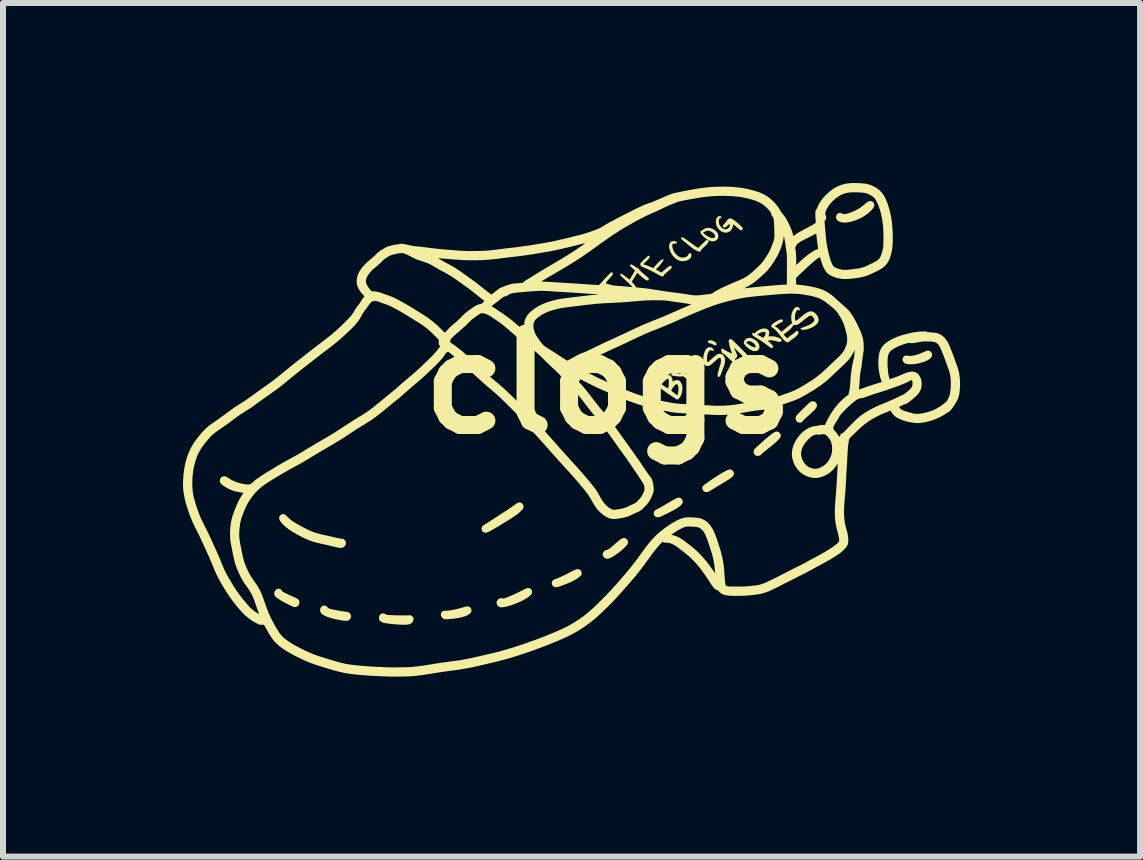
<source format=kicad_pcb>
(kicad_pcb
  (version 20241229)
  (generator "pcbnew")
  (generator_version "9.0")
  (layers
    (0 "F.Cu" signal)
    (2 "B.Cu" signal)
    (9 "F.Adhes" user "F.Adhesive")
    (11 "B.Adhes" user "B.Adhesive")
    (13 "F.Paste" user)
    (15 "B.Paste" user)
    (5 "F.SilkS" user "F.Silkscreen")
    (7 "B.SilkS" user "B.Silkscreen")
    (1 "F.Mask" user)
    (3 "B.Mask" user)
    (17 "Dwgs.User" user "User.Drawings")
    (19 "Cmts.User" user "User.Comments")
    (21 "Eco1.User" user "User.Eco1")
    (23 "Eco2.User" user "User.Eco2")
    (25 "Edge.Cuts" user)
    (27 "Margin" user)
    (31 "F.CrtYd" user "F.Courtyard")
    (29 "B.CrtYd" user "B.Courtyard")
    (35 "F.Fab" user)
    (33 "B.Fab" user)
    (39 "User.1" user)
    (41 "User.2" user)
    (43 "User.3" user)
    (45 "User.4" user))
  (footprint "clogs"
    (layer "F.Cu")
    (at 7.088 3.344)
    (property "Reference" "clogs" (at 0 0 0) (layer "F.SilkS") (effects (font (size 1.524 1.524) (thickness 0.3))))
    (attr board_only exclude_from_pos_files exclude_from_bom)
    (fp_poly (pts (xy 1.728 -0.719) (xy 1.749 -0.711) (xy 1.769 -0.7) (xy 1.787 -0.688) (xy 1.795 -0.68) (xy 1.802 -0.67) (xy 1.806 -0.66) (xy 1.806 -0.651) (xy 1.802 -0.644) (xy 1.799 -0.643) (xy 1.793 -0.639) (xy 1.786 -0.637) (xy 1.778 -0.639) (xy 1.767 -0.643) (xy 1.751 -0.65) (xy 1.74 -0.655) (xy 1.72 -0.665) (xy 1.704 -0.67) (xy 1.692 -0.673) (xy 1.688 -0.673) (xy 1.674 -0.676) (xy 1.666 -0.682) (xy 1.662 -0.691) (xy 1.662 -0.7) (xy 1.668 -0.71) (xy 1.678 -0.718) (xy 1.692 -0.723) (xy 1.709 -0.723)) (stroke (width 0) (type solid)) (fill yes) (layer "F.SilkS"))
    (fp_poly (pts (xy 5.337 -0.55) (xy 5.347 -0.547) (xy 5.367 -0.538) (xy 5.382 -0.524) (xy 5.392 -0.507) (xy 5.396 -0.488) (xy 5.395 -0.468) (xy 5.388 -0.448) (xy 5.375 -0.429) (xy 5.365 -0.417) (xy 5.343 -0.402) (xy 5.315 -0.386) (xy 5.282 -0.371) (xy 5.245 -0.358) (xy 5.204 -0.346) (xy 5.162 -0.336) (xy 5.119 -0.328) (xy 5.118 -0.328) (xy 5.092 -0.325) (xy 5.064 -0.323) (xy 5.037 -0.322) (xy 5.012 -0.323) (xy 4.99 -0.325) (xy 4.976 -0.328) (xy 4.956 -0.334) (xy 4.94 -0.342) (xy 4.926 -0.353) (xy 4.923 -0.357) (xy 4.91 -0.374) (xy 4.904 -0.393) (xy 4.904 -0.413) (xy 4.91 -0.432) (xy 4.921 -0.448) (xy 4.929 -0.455) (xy 4.946 -0.465) (xy 4.964 -0.469) (xy 4.985 -0.468) (xy 4.993 -0.466) (xy 5.02 -0.462) (xy 5.051 -0.463) (xy 5.088 -0.469) (xy 5.129 -0.479) (xy 5.174 -0.493) (xy 5.222 -0.512) (xy 5.263 -0.529) (xy 5.285 -0.539) (xy 5.301 -0.546) (xy 5.315 -0.549) (xy 5.326 -0.551)) (stroke (width 0) (type solid)) (fill yes) (layer "F.SilkS"))
    (fp_poly (pts (xy 0.268 2.573) (xy 0.288 2.578) (xy 0.305 2.589) (xy 0.318 2.603) (xy 0.326 2.621) (xy 0.329 2.641) (xy 0.326 2.661) (xy 0.317 2.681) (xy 0.316 2.682) (xy 0.302 2.7) (xy 0.282 2.721) (xy 0.258 2.745) (xy 0.231 2.769) (xy 0.201 2.794) (xy 0.17 2.819) (xy 0.138 2.842) (xy 0.115 2.858) (xy 0.081 2.88) (xy 0.052 2.896) (xy 0.027 2.908) (xy 0.005 2.916) (xy -0.014 2.919) (xy -0.03 2.917) (xy -0.039 2.915) (xy -0.062 2.902) (xy -0.078 2.887) (xy -0.089 2.869) (xy -0.093 2.848) (xy -0.091 2.83) (xy -0.084 2.813) (xy -0.072 2.797) (xy -0.056 2.783) (xy -0.039 2.773) (xy -0.021 2.769) (xy -0.019 2.769) (xy -0.01 2.767) (xy 0.004 2.759) (xy 0.022 2.747) (xy 0.045 2.729) (xy 0.071 2.708) (xy 0.101 2.682) (xy 0.112 2.672) (xy 0.142 2.645) (xy 0.168 2.623) (xy 0.191 2.606) (xy 0.21 2.592) (xy 0.226 2.583) (xy 0.241 2.576) (xy 0.253 2.573) (xy 0.265 2.573)) (stroke (width 0) (type solid)) (fill yes) (layer "F.SilkS"))
    (fp_poly (pts (xy 1.203 1.907) (xy 1.219 1.918) (xy 1.232 1.933) (xy 1.239 1.951) (xy 1.242 1.971) (xy 1.24 1.981) (xy 1.234 1.997) (xy 1.224 2.012) (xy 1.208 2.029) (xy 1.187 2.047) (xy 1.159 2.067) (xy 1.135 2.083) (xy 1.122 2.091) (xy 1.103 2.101) (xy 1.081 2.113) (xy 1.056 2.126) (xy 1.029 2.14) (xy 1.001 2.155) (xy 0.973 2.169) (xy 0.945 2.182) (xy 0.92 2.195) (xy 0.898 2.205) (xy 0.879 2.214) (xy 0.866 2.22) (xy 0.86 2.222) (xy 0.838 2.227) (xy 0.817 2.227) (xy 0.8 2.224) (xy 0.796 2.223) (xy 0.778 2.211) (xy 0.766 2.195) (xy 0.759 2.175) (xy 0.757 2.162) (xy 0.759 2.146) (xy 0.764 2.132) (xy 0.773 2.12) (xy 0.787 2.108) (xy 0.807 2.095) (xy 0.821 2.088) (xy 0.852 2.072) (xy 0.888 2.052) (xy 0.93 2.028) (xy 0.977 2) (xy 1.024 1.972) (xy 1.062 1.95) (xy 1.094 1.931) (xy 1.121 1.918) (xy 1.142 1.908) (xy 1.158 1.902) (xy 1.164 1.901) (xy 1.184 1.901)) (stroke (width 0) (type solid)) (fill yes) (layer "F.SilkS"))
    (fp_poly (pts (xy -0.499 3.092) (xy -0.481 3.098) (xy -0.475 3.102) (xy -0.461 3.114) (xy -0.45 3.13) (xy -0.444 3.147) (xy -0.443 3.156) (xy -0.444 3.171) (xy -0.449 3.186) (xy -0.458 3.2) (xy -0.472 3.214) (xy -0.491 3.229) (xy -0.511 3.244) (xy -0.539 3.262) (xy -0.569 3.279) (xy -0.601 3.296) (xy -0.638 3.313) (xy -0.678 3.33) (xy -0.725 3.349) (xy -0.75 3.358) (xy -0.783 3.37) (xy -0.811 3.38) (xy -0.833 3.386) (xy -0.851 3.391) (xy -0.865 3.393) (xy -0.877 3.393) (xy -0.887 3.392) (xy -0.908 3.383) (xy -0.925 3.37) (xy -0.936 3.354) (xy -0.942 3.334) (xy -0.941 3.314) (xy -0.94 3.31) (xy -0.933 3.292) (xy -0.923 3.278) (xy -0.908 3.268) (xy -0.887 3.259) (xy -0.881 3.257) (xy -0.862 3.251) (xy -0.836 3.24) (xy -0.804 3.226) (xy -0.767 3.209) (xy -0.724 3.188) (xy -0.686 3.169) (xy -0.66 3.156) (xy -0.635 3.143) (xy -0.612 3.132) (xy -0.592 3.121) (xy -0.576 3.113) (xy -0.565 3.108) (xy -0.54 3.097) (xy -0.518 3.092)) (stroke (width 0) (type solid)) (fill yes) (layer "F.SilkS"))
    (fp_poly (pts (xy -4.714 3.701) (xy -4.697 3.71) (xy -4.681 3.725) (xy -4.681 3.726) (xy -4.672 3.735) (xy -4.661 3.743) (xy -4.648 3.749) (xy -4.631 3.755) (xy -4.609 3.761) (xy -4.595 3.764) (xy -4.578 3.767) (xy -4.556 3.771) (xy -4.53 3.776) (xy -4.501 3.781) (xy -4.472 3.786) (xy -4.442 3.791) (xy -4.415 3.795) (xy -4.392 3.798) (xy -4.374 3.801) (xy -4.373 3.801) (xy -4.352 3.804) (xy -4.337 3.807) (xy -4.325 3.812) (xy -4.315 3.819) (xy -4.312 3.822) (xy -4.298 3.84) (xy -4.29 3.86) (xy -4.288 3.882) (xy -4.292 3.903) (xy -4.303 3.922) (xy -4.314 3.935) (xy -4.329 3.945) (xy -4.347 3.952) (xy -4.37 3.954) (xy -4.396 3.953) (xy -4.428 3.949) (xy -4.496 3.936) (xy -4.557 3.924) (xy -4.61 3.91) (xy -4.657 3.896) (xy -4.697 3.882) (xy -4.73 3.866) (xy -4.757 3.851) (xy -4.778 3.834) (xy -4.792 3.816) (xy -4.801 3.798) (xy -4.803 3.779) (xy -4.801 3.753) (xy -4.792 3.732) (xy -4.784 3.722) (xy -4.767 3.707) (xy -4.748 3.7) (xy -4.734 3.699)) (stroke (width 0) (type solid)) (fill yes) (layer "F.SilkS"))
    (fp_poly (pts (xy -2.325 3.715) (xy -2.306 3.725) (xy -2.292 3.741) (xy -2.285 3.754) (xy -2.279 3.775) (xy -2.281 3.795) (xy -2.29 3.814) (xy -2.306 3.832) (xy -2.307 3.834) (xy -2.332 3.852) (xy -2.364 3.868) (xy -2.403 3.882) (xy -2.448 3.895) (xy -2.5 3.905) (xy -2.559 3.914) (xy -2.607 3.92) (xy -2.638 3.923) (xy -2.663 3.925) (xy -2.682 3.926) (xy -2.698 3.927) (xy -2.709 3.927) (xy -2.718 3.927) (xy -2.726 3.926) (xy -2.732 3.924) (xy -2.733 3.924) (xy -2.754 3.914) (xy -2.77 3.9) (xy -2.782 3.883) (xy -2.789 3.865) (xy -2.791 3.846) (xy -2.787 3.827) (xy -2.778 3.81) (xy -2.762 3.795) (xy -2.761 3.794) (xy -2.752 3.789) (xy -2.744 3.786) (xy -2.734 3.785) (xy -2.719 3.785) (xy -2.718 3.785) (xy -2.693 3.785) (xy -2.662 3.782) (xy -2.627 3.777) (xy -2.588 3.77) (xy -2.547 3.762) (xy -2.505 3.752) (xy -2.464 3.741) (xy -2.448 3.736) (xy -2.427 3.73) (xy -2.407 3.725) (xy -2.389 3.72) (xy -2.375 3.716) (xy -2.371 3.715) (xy -2.346 3.712)) (stroke (width 0) (type solid)) (fill yes) (layer "F.SilkS"))
    (fp_poly (pts (xy 3.425 0.295) (xy 3.444 0.303) (xy 3.46 0.315) (xy 3.471 0.332) (xy 3.477 0.352) (xy 3.477 0.373) (xy 3.474 0.385) (xy 3.468 0.398) (xy 3.459 0.411) (xy 3.447 0.427) (xy 3.431 0.445) (xy 3.41 0.466) (xy 3.385 0.49) (xy 3.355 0.517) (xy 3.327 0.541) (xy 3.308 0.559) (xy 3.29 0.575) (xy 3.274 0.589) (xy 3.262 0.601) (xy 3.254 0.61) (xy 3.251 0.614) (xy 3.241 0.627) (xy 3.228 0.639) (xy 3.215 0.647) (xy 3.215 0.647) (xy 3.199 0.651) (xy 3.181 0.65) (xy 3.165 0.647) (xy 3.163 0.646) (xy 3.146 0.635) (xy 3.133 0.619) (xy 3.125 0.6) (xy 3.122 0.579) (xy 3.124 0.557) (xy 3.133 0.537) (xy 3.133 0.536) (xy 3.138 0.53) (xy 3.148 0.519) (xy 3.161 0.504) (xy 3.178 0.487) (xy 3.197 0.468) (xy 3.218 0.447) (xy 3.24 0.425) (xy 3.262 0.403) (xy 3.284 0.382) (xy 3.304 0.362) (xy 3.323 0.344) (xy 3.34 0.329) (xy 3.353 0.318) (xy 3.362 0.31) (xy 3.363 0.309) (xy 3.378 0.3) (xy 3.391 0.295) (xy 3.403 0.293)) (stroke (width 0) (type solid)) (fill yes) (layer "F.SilkS"))
    (fp_poly (pts (xy -5.474 3.421) (xy -5.456 3.431) (xy -5.441 3.447) (xy -5.439 3.451) (xy -5.434 3.458) (xy -5.43 3.463) (xy -5.424 3.468) (xy -5.416 3.474) (xy -5.404 3.48) (xy -5.388 3.488) (xy -5.369 3.497) (xy -5.346 3.508) (xy -5.322 3.52) (xy -5.298 3.53) (xy -5.278 3.539) (xy -5.27 3.543) (xy -5.24 3.556) (xy -5.216 3.568) (xy -5.197 3.577) (xy -5.182 3.585) (xy -5.172 3.593) (xy -5.164 3.601) (xy -5.158 3.609) (xy -5.154 3.617) (xy -5.152 3.62) (xy -5.147 3.643) (xy -5.149 3.664) (xy -5.156 3.683) (xy -5.167 3.7) (xy -5.183 3.713) (xy -5.201 3.721) (xy -5.222 3.724) (xy -5.244 3.721) (xy -5.25 3.719) (xy -5.262 3.714) (xy -5.28 3.706) (xy -5.301 3.696) (xy -5.325 3.684) (xy -5.349 3.672) (xy -5.373 3.659) (xy -5.396 3.648) (xy -5.415 3.637) (xy -5.416 3.637) (xy -5.451 3.617) (xy -5.48 3.599) (xy -5.504 3.584) (xy -5.522 3.571) (xy -5.537 3.559) (xy -5.548 3.548) (xy -5.556 3.537) (xy -5.562 3.526) (xy -5.563 3.525) (xy -5.568 3.504) (xy -5.566 3.482) (xy -5.559 3.461) (xy -5.549 3.444) (xy -5.532 3.429) (xy -5.513 3.42) (xy -5.493 3.418)) (stroke (width 0) (type solid)) (fill yes) (layer "F.SilkS"))
    (fp_poly (pts (xy 2.05 1.434) (xy 2.065 1.442) (xy 2.072 1.448) (xy 2.085 1.464) (xy 2.092 1.483) (xy 2.094 1.499) (xy 2.093 1.509) (xy 2.09 1.52) (xy 2.086 1.53) (xy 2.079 1.54) (xy 2.068 1.551) (xy 2.055 1.564) (xy 2.037 1.577) (xy 2.015 1.592) (xy 1.988 1.61) (xy 1.955 1.63) (xy 1.917 1.653) (xy 1.898 1.665) (xy 1.87 1.682) (xy 1.84 1.699) (xy 1.811 1.717) (xy 1.783 1.734) (xy 1.758 1.749) (xy 1.739 1.761) (xy 1.737 1.762) (xy 1.718 1.774) (xy 1.7 1.785) (xy 1.685 1.793) (xy 1.674 1.8) (xy 1.668 1.803) (xy 1.668 1.803) (xy 1.649 1.807) (xy 1.629 1.808) (xy 1.616 1.806) (xy 1.6 1.799) (xy 1.586 1.786) (xy 1.575 1.77) (xy 1.568 1.753) (xy 1.567 1.735) (xy 1.568 1.731) (xy 1.576 1.712) (xy 1.588 1.695) (xy 1.598 1.686) (xy 1.606 1.681) (xy 1.618 1.672) (xy 1.633 1.662) (xy 1.65 1.65) (xy 1.655 1.646) (xy 1.701 1.614) (xy 1.746 1.583) (xy 1.791 1.554) (xy 1.834 1.526) (xy 1.875 1.501) (xy 1.912 1.479) (xy 1.945 1.461) (xy 1.966 1.45) (xy 1.993 1.438) (xy 2.015 1.432) (xy 2.034 1.43)) (stroke (width 0) (type solid)) (fill yes) (layer "F.SilkS"))
    (fp_poly (pts (xy 2.828 0.801) (xy 2.846 0.811) (xy 2.861 0.827) (xy 2.869 0.84) (xy 2.873 0.851) (xy 2.875 0.863) (xy 2.874 0.875) (xy 2.87 0.888) (xy 2.863 0.902) (xy 2.852 0.917) (xy 2.837 0.934) (xy 2.817 0.954) (xy 2.793 0.976) (xy 2.764 1.001) (xy 2.73 1.03) (xy 2.69 1.063) (xy 2.687 1.065) (xy 2.667 1.081) (xy 2.646 1.098) (xy 2.626 1.114) (xy 2.608 1.128) (xy 2.603 1.132) (xy 2.588 1.144) (xy 2.574 1.157) (xy 2.563 1.167) (xy 2.556 1.175) (xy 2.542 1.189) (xy 2.523 1.199) (xy 2.502 1.205) (xy 2.481 1.205) (xy 2.468 1.202) (xy 2.452 1.193) (xy 2.438 1.181) (xy 2.428 1.167) (xy 2.425 1.16) (xy 2.422 1.142) (xy 2.425 1.121) (xy 2.432 1.1) (xy 2.434 1.097) (xy 2.437 1.093) (xy 2.44 1.088) (xy 2.445 1.083) (xy 2.452 1.076) (xy 2.46 1.068) (xy 2.472 1.057) (xy 2.486 1.044) (xy 2.504 1.028) (xy 2.525 1.009) (xy 2.551 0.986) (xy 2.581 0.959) (xy 2.616 0.928) (xy 2.63 0.915) (xy 2.668 0.883) (xy 2.702 0.855) (xy 2.732 0.833) (xy 2.759 0.816) (xy 2.781 0.804) (xy 2.798 0.798) (xy 2.806 0.798)) (stroke (width 0) (type solid)) (fill yes) (layer "F.SilkS"))
    (fp_poly (pts (xy -1.318 3.408) (xy -1.302 3.414) (xy -1.29 3.424) (xy -1.277 3.44) (xy -1.271 3.46) (xy -1.27 3.481) (xy -1.277 3.502) (xy -1.277 3.504) (xy -1.286 3.516) (xy -1.301 3.531) (xy -1.32 3.548) (xy -1.345 3.565) (xy -1.372 3.583) (xy -1.403 3.601) (xy -1.435 3.618) (xy -1.451 3.626) (xy -1.492 3.645) (xy -1.534 3.662) (xy -1.575 3.678) (xy -1.616 3.692) (xy -1.655 3.704) (xy -1.692 3.714) (xy -1.726 3.722) (xy -1.755 3.727) (xy -1.779 3.728) (xy -1.796 3.727) (xy -1.818 3.72) (xy -1.836 3.707) (xy -1.85 3.69) (xy -1.859 3.669) (xy -1.862 3.647) (xy -1.86 3.634) (xy -1.855 3.622) (xy -1.845 3.608) (xy -1.832 3.594) (xy -1.818 3.584) (xy -1.809 3.579) (xy -1.799 3.576) (xy -1.79 3.575) (xy -1.779 3.576) (xy -1.768 3.578) (xy -1.756 3.58) (xy -1.747 3.58) (xy -1.738 3.579) (xy -1.728 3.577) (xy -1.713 3.571) (xy -1.71 3.57) (xy -1.675 3.557) (xy -1.635 3.541) (xy -1.592 3.522) (xy -1.545 3.5) (xy -1.496 3.477) (xy -1.453 3.455) (xy -1.425 3.441) (xy -1.402 3.429) (xy -1.384 3.421) (xy -1.37 3.415) (xy -1.36 3.41) (xy -1.352 3.408) (xy -1.345 3.406) (xy -1.339 3.406) (xy -1.339 3.406)) (stroke (width 0) (type solid)) (fill yes) (layer "F.SilkS"))
    (fp_poly (pts (xy 4.395 -3.037) (xy 4.412 -3.026) (xy 4.422 -3.014) (xy 4.431 -2.995) (xy 4.434 -2.976) (xy 4.43 -2.955) (xy 4.42 -2.933) (xy 4.403 -2.909) (xy 4.379 -2.883) (xy 4.377 -2.881) (xy 4.349 -2.854) (xy 4.319 -2.83) (xy 4.287 -2.807) (xy 4.25 -2.783) (xy 4.247 -2.781) (xy 4.201 -2.756) (xy 4.154 -2.735) (xy 4.107 -2.717) (xy 4.06 -2.702) (xy 4.015 -2.692) (xy 3.972 -2.686) (xy 3.932 -2.684) (xy 3.898 -2.687) (xy 3.882 -2.69) (xy 3.867 -2.694) (xy 3.855 -2.697) (xy 3.854 -2.698) (xy 3.832 -2.71) (xy 3.815 -2.726) (xy 3.803 -2.744) (xy 3.796 -2.764) (xy 3.796 -2.785) (xy 3.801 -2.804) (xy 3.812 -2.822) (xy 3.829 -2.836) (xy 3.848 -2.844) (xy 3.869 -2.845) (xy 3.89 -2.839) (xy 3.901 -2.833) (xy 3.911 -2.828) (xy 3.922 -2.825) (xy 3.935 -2.825) (xy 3.953 -2.827) (xy 3.966 -2.83) (xy 4.001 -2.839) (xy 4.039 -2.852) (xy 4.079 -2.868) (xy 4.119 -2.886) (xy 4.157 -2.907) (xy 4.191 -2.927) (xy 4.192 -2.928) (xy 4.208 -2.939) (xy 4.227 -2.953) (xy 4.248 -2.969) (xy 4.267 -2.985) (xy 4.273 -2.99) (xy 4.289 -3.004) (xy 4.305 -3.017) (xy 4.319 -3.027) (xy 4.329 -3.034) (xy 4.333 -3.036) (xy 4.354 -3.043) (xy 4.375 -3.043)) (stroke (width 0) (type solid)) (fill yes) (layer "F.SilkS"))
    (fp_poly (pts (xy -3.742 3.83) (xy -3.731 3.833) (xy -3.717 3.84) (xy -3.716 3.841) (xy -3.708 3.846) (xy -3.701 3.849) (xy -3.693 3.852) (xy -3.683 3.854) (xy -3.669 3.855) (xy -3.65 3.856) (xy -3.646 3.856) (xy -3.617 3.858) (xy -3.585 3.859) (xy -3.551 3.861) (xy -3.515 3.862) (xy -3.48 3.862) (xy -3.446 3.863) (xy -3.414 3.863) (xy -3.386 3.863) (xy -3.362 3.863) (xy -3.345 3.862) (xy -3.341 3.862) (xy -3.322 3.86) (xy -3.309 3.86) (xy -3.299 3.861) (xy -3.292 3.862) (xy -3.285 3.865) (xy -3.267 3.877) (xy -3.254 3.892) (xy -3.247 3.911) (xy -3.246 3.931) (xy -3.251 3.952) (xy -3.262 3.972) (xy -3.268 3.979) (xy -3.279 3.99) (xy -3.292 4) (xy -3.306 4.007) (xy -3.324 4.012) (xy -3.344 4.016) (xy -3.369 4.018) (xy -3.399 4.018) (xy -3.435 4.018) (xy -3.464 4.017) (xy -3.498 4.015) (xy -3.535 4.012) (xy -3.573 4.009) (xy -3.61 4.006) (xy -3.644 4.002) (xy -3.674 3.998) (xy -3.688 3.997) (xy -3.72 3.991) (xy -3.747 3.985) (xy -3.768 3.978) (xy -3.785 3.969) (xy -3.799 3.959) (xy -3.804 3.954) (xy -3.816 3.938) (xy -3.822 3.919) (xy -3.822 3.898) (xy -3.817 3.875) (xy -3.807 3.856) (xy -3.793 3.841) (xy -3.775 3.832) (xy -3.756 3.829)) (stroke (width 0) (type solid)) (fill yes) (layer "F.SilkS"))
    (fp_poly (pts (xy 2.39 -0.757) (xy 2.422 -0.744) (xy 2.425 -0.742) (xy 2.455 -0.724) (xy 2.48 -0.703) (xy 2.499 -0.678) (xy 2.513 -0.652) (xy 2.519 -0.624) (xy 2.519 -0.601) (xy 2.512 -0.58) (xy 2.5 -0.563) (xy 2.484 -0.551) (xy 2.463 -0.544) (xy 2.439 -0.542) (xy 2.422 -0.544) (xy 2.404 -0.549) (xy 2.384 -0.558) (xy 2.362 -0.57) (xy 2.352 -0.576) (xy 2.333 -0.59) (xy 2.314 -0.606) (xy 2.297 -0.623) (xy 2.281 -0.641) (xy 2.269 -0.657) (xy 2.261 -0.67) (xy 2.257 -0.681) (xy 2.257 -0.682) (xy 2.258 -0.687) (xy 2.297 -0.687) (xy 2.309 -0.676) (xy 2.323 -0.665) (xy 2.341 -0.652) (xy 2.36 -0.64) (xy 2.379 -0.628) (xy 2.396 -0.619) (xy 2.41 -0.612) (xy 2.414 -0.611) (xy 2.427 -0.606) (xy 2.436 -0.604) (xy 2.443 -0.604) (xy 2.448 -0.605) (xy 2.449 -0.606) (xy 2.454 -0.611) (xy 2.455 -0.621) (xy 2.452 -0.633) (xy 2.445 -0.647) (xy 2.435 -0.661) (xy 2.424 -0.672) (xy 2.402 -0.689) (xy 2.38 -0.701) (xy 2.358 -0.707) (xy 2.337 -0.708) (xy 2.319 -0.702) (xy 2.311 -0.697) (xy 2.297 -0.687) (xy 2.258 -0.687) (xy 2.259 -0.692) (xy 2.265 -0.706) (xy 2.274 -0.72) (xy 2.283 -0.733) (xy 2.289 -0.74) (xy 2.31 -0.754) (xy 2.334 -0.762) (xy 2.36 -0.763)) (stroke (width 0) (type solid)) (fill yes) (layer "F.SilkS"))
    (fp_poly (pts (xy -1.474 1.98) (xy -1.453 1.985) (xy -1.436 1.996) (xy -1.423 2.012) (xy -1.415 2.03) (xy -1.412 2.05) (xy -1.415 2.071) (xy -1.417 2.076) (xy -1.423 2.086) (xy -1.434 2.099) (xy -1.448 2.115) (xy -1.465 2.132) (xy -1.483 2.149) (xy -1.501 2.165) (xy -1.517 2.177) (xy -1.538 2.192) (xy -1.564 2.21) (xy -1.595 2.231) (xy -1.629 2.253) (xy -1.667 2.277) (xy -1.706 2.301) (xy -1.747 2.326) (xy -1.787 2.351) (xy -1.828 2.375) (xy -1.866 2.398) (xy -1.903 2.419) (xy -1.936 2.438) (xy -1.966 2.455) (xy -1.99 2.467) (xy -1.999 2.472) (xy -2.024 2.481) (xy -2.048 2.484) (xy -2.069 2.481) (xy -2.077 2.478) (xy -2.093 2.466) (xy -2.104 2.45) (xy -2.111 2.431) (xy -2.112 2.411) (xy -2.111 2.403) (xy -2.106 2.388) (xy -2.099 2.377) (xy -2.088 2.367) (xy -2.073 2.357) (xy -2.065 2.352) (xy -2.051 2.343) (xy -2.033 2.332) (xy -2.012 2.318) (xy -1.988 2.303) (xy -1.962 2.286) (xy -1.941 2.272) (xy -1.91 2.252) (xy -1.876 2.23) (xy -1.841 2.207) (xy -1.806 2.184) (xy -1.773 2.163) (xy -1.745 2.145) (xy -1.738 2.141) (xy -1.71 2.123) (xy -1.681 2.104) (xy -1.653 2.085) (xy -1.625 2.066) (xy -1.601 2.049) (xy -1.584 2.037) (xy -1.559 2.019) (xy -1.539 2.005) (xy -1.523 1.994) (xy -1.51 1.987) (xy -1.499 1.983) (xy -1.489 1.98) (xy -1.48 1.98)) (stroke (width 0) (type solid)) (fill yes) (layer "F.SilkS"))
    (fp_poly (pts (xy 1.107 -2.376) (xy 1.127 -2.37) (xy 1.135 -2.364) (xy 1.145 -2.354) (xy 1.147 -2.345) (xy 1.142 -2.339) (xy 1.131 -2.336) (xy 1.113 -2.334) (xy 1.11 -2.334) (xy 1.092 -2.333) (xy 1.079 -2.33) (xy 1.071 -2.324) (xy 1.068 -2.313) (xy 1.067 -2.298) (xy 1.067 -2.297) (xy 1.07 -2.267) (xy 1.08 -2.236) (xy 1.094 -2.205) (xy 1.113 -2.176) (xy 1.136 -2.15) (xy 1.161 -2.128) (xy 1.185 -2.114) (xy 1.198 -2.107) (xy 1.21 -2.104) (xy 1.222 -2.102) (xy 1.238 -2.102) (xy 1.269 -2.104) (xy 1.294 -2.111) (xy 1.314 -2.123) (xy 1.329 -2.139) (xy 1.337 -2.154) (xy 1.344 -2.167) (xy 1.351 -2.174) (xy 1.359 -2.176) (xy 1.366 -2.175) (xy 1.376 -2.169) (xy 1.383 -2.158) (xy 1.386 -2.144) (xy 1.386 -2.138) (xy 1.383 -2.117) (xy 1.373 -2.097) (xy 1.357 -2.079) (xy 1.335 -2.064) (xy 1.31 -2.053) (xy 1.291 -2.047) (xy 1.278 -2.045) (xy 1.262 -2.043) (xy 1.245 -2.042) (xy 1.228 -2.042) (xy 1.214 -2.042) (xy 1.206 -2.043) (xy 1.205 -2.043) (xy 1.2 -2.045) (xy 1.19 -2.048) (xy 1.182 -2.051) (xy 1.153 -2.063) (xy 1.126 -2.081) (xy 1.099 -2.105) (xy 1.075 -2.133) (xy 1.054 -2.163) (xy 1.037 -2.196) (xy 1.024 -2.229) (xy 1.016 -2.262) (xy 1.014 -2.294) (xy 1.015 -2.301) (xy 1.02 -2.327) (xy 1.029 -2.348) (xy 1.044 -2.364) (xy 1.063 -2.373) (xy 1.083 -2.377)) (stroke (width 0) (type solid)) (fill yes) (layer "F.SilkS"))
    (fp_poly (pts (xy 1.234 -2.439) (xy 1.242 -2.436) (xy 1.252 -2.431) (xy 1.265 -2.424) (xy 1.282 -2.413) (xy 1.302 -2.4) (xy 1.326 -2.383) (xy 1.354 -2.362) (xy 1.388 -2.338) (xy 1.425 -2.311) (xy 1.442 -2.298) (xy 1.458 -2.287) (xy 1.472 -2.278) (xy 1.482 -2.272) (xy 1.484 -2.271) (xy 1.5 -2.263) (xy 1.565 -2.328) (xy 1.586 -2.348) (xy 1.604 -2.365) (xy 1.619 -2.379) (xy 1.631 -2.389) (xy 1.638 -2.394) (xy 1.64 -2.394) (xy 1.651 -2.394) (xy 1.662 -2.39) (xy 1.669 -2.384) (xy 1.671 -2.377) (xy 1.672 -2.368) (xy 1.671 -2.361) (xy 1.666 -2.352) (xy 1.659 -2.341) (xy 1.647 -2.328) (xy 1.632 -2.311) (xy 1.611 -2.291) (xy 1.595 -2.276) (xy 1.579 -2.261) (xy 1.566 -2.247) (xy 1.555 -2.236) (xy 1.549 -2.228) (xy 1.547 -2.224) (xy 1.544 -2.214) (xy 1.536 -2.206) (xy 1.525 -2.201) (xy 1.524 -2.201) (xy 1.513 -2.201) (xy 1.5 -2.204) (xy 1.494 -2.206) (xy 1.481 -2.21) (xy 1.469 -2.216) (xy 1.457 -2.222) (xy 1.444 -2.23) (xy 1.43 -2.239) (xy 1.413 -2.251) (xy 1.394 -2.265) (xy 1.372 -2.282) (xy 1.345 -2.303) (xy 1.315 -2.328) (xy 1.288 -2.35) (xy 1.269 -2.365) (xy 1.252 -2.38) (xy 1.237 -2.393) (xy 1.225 -2.404) (xy 1.218 -2.411) (xy 1.216 -2.413) (xy 1.212 -2.42) (xy 1.213 -2.426) (xy 1.216 -2.431) (xy 1.219 -2.435) (xy 1.223 -2.438) (xy 1.228 -2.439)) (stroke (width 0) (type solid)) (fill yes) (layer "F.SilkS"))
    (fp_poly (pts (xy 1.686 -2.596) (xy 1.717 -2.589) (xy 1.747 -2.576) (xy 1.777 -2.557) (xy 1.799 -2.538) (xy 1.817 -2.517) (xy 1.828 -2.495) (xy 1.833 -2.471) (xy 1.833 -2.458) (xy 1.832 -2.436) (xy 1.826 -2.419) (xy 1.815 -2.402) (xy 1.811 -2.399) (xy 1.794 -2.385) (xy 1.772 -2.376) (xy 1.747 -2.372) (xy 1.721 -2.373) (xy 1.709 -2.376) (xy 1.676 -2.388) (xy 1.643 -2.407) (xy 1.61 -2.43) (xy 1.58 -2.458) (xy 1.553 -2.489) (xy 1.55 -2.493) (xy 1.539 -2.51) (xy 1.537 -2.516) (xy 1.58 -2.516) (xy 1.583 -2.512) (xy 1.59 -2.505) (xy 1.601 -2.496) (xy 1.613 -2.486) (xy 1.626 -2.476) (xy 1.635 -2.469) (xy 1.658 -2.455) (xy 1.681 -2.443) (xy 1.703 -2.433) (xy 1.71 -2.43) (xy 1.725 -2.427) (xy 1.742 -2.427) (xy 1.757 -2.429) (xy 1.768 -2.433) (xy 1.771 -2.435) (xy 1.776 -2.444) (xy 1.778 -2.457) (xy 1.777 -2.471) (xy 1.773 -2.483) (xy 1.766 -2.493) (xy 1.754 -2.505) (xy 1.741 -2.518) (xy 1.728 -2.527) (xy 1.711 -2.536) (xy 1.691 -2.543) (xy 1.671 -2.548) (xy 1.654 -2.549) (xy 1.652 -2.549) (xy 1.642 -2.546) (xy 1.63 -2.542) (xy 1.616 -2.537) (xy 1.602 -2.53) (xy 1.591 -2.524) (xy 1.583 -2.519) (xy 1.58 -2.516) (xy 1.537 -2.516) (xy 1.534 -2.526) (xy 1.535 -2.538) (xy 1.539 -2.543) (xy 1.546 -2.548) (xy 1.552 -2.549) (xy 1.558 -2.55) (xy 1.568 -2.557) (xy 1.574 -2.561) (xy 1.598 -2.579) (xy 1.626 -2.591) (xy 1.655 -2.597)) (stroke (width 0) (type solid)) (fill yes) (layer "F.SilkS"))
    (fp_poly (pts (xy 1.247 -0.389) (xy 1.25 -0.384) (xy 1.253 -0.375) (xy 1.254 -0.361) (xy 1.255 -0.341) (xy 1.255 -0.322) (xy 1.255 -0.298) (xy 1.255 -0.272) (xy 1.256 -0.248) (xy 1.257 -0.227) (xy 1.257 -0.224) (xy 1.26 -0.182) (xy 1.289 -0.168) (xy 1.305 -0.16) (xy 1.325 -0.149) (xy 1.344 -0.138) (xy 1.354 -0.132) (xy 1.372 -0.119) (xy 1.394 -0.104) (xy 1.416 -0.088) (xy 1.44 -0.072) (xy 1.463 -0.055) (xy 1.485 -0.039) (xy 1.505 -0.024) (xy 1.523 -0.01) (xy 1.537 0.000424) (xy 1.546 0.008) (xy 1.549 0.011) (xy 1.556 0.024) (xy 1.559 0.037) (xy 1.555 0.048) (xy 1.55 0.053) (xy 1.537 0.058) (xy 1.521 0.057) (xy 1.503 0.052) (xy 1.501 0.051) (xy 1.485 0.043) (xy 1.464 0.03) (xy 1.438 0.013) (xy 1.407 -0.009) (xy 1.371 -0.034) (xy 1.363 -0.04) (xy 1.342 -0.055) (xy 1.322 -0.07) (xy 1.303 -0.083) (xy 1.286 -0.095) (xy 1.275 -0.102) (xy 1.247 -0.122) (xy 1.219 -0.119) (xy 1.198 -0.118) (xy 1.172 -0.12) (xy 1.142 -0.122) (xy 1.113 -0.126) (xy 1.09 -0.13) (xy 1.072 -0.133) (xy 1.06 -0.137) (xy 1.052 -0.142) (xy 1.048 -0.148) (xy 1.046 -0.154) (xy 1.046 -0.155) (xy 1.049 -0.165) (xy 1.058 -0.172) (xy 1.073 -0.177) (xy 1.094 -0.178) (xy 1.122 -0.177) (xy 1.145 -0.174) (xy 1.163 -0.172) (xy 1.179 -0.169) (xy 1.192 -0.167) (xy 1.199 -0.166) (xy 1.199 -0.166) (xy 1.207 -0.164) (xy 1.207 -0.216) (xy 1.208 -0.241) (xy 1.208 -0.268) (xy 1.21 -0.295) (xy 1.211 -0.317) (xy 1.213 -0.342) (xy 1.216 -0.361) (xy 1.219 -0.375) (xy 1.224 -0.384) (xy 1.231 -0.389) (xy 1.235 -0.39) (xy 1.242 -0.391)) (stroke (width 0) (type solid)) (fill yes) (layer "F.SilkS"))
    (fp_poly (pts (xy -5.406 2.174) (xy -5.393 2.18) (xy -5.378 2.191) (xy -5.36 2.206) (xy -5.341 2.225) (xy -5.323 2.242) (xy -5.304 2.259) (xy -5.285 2.275) (xy -5.263 2.291) (xy -5.238 2.307) (xy -5.21 2.325) (xy -5.178 2.343) (xy -5.141 2.364) (xy -5.098 2.387) (xy -5.073 2.4) (xy -5.034 2.421) (xy -4.997 2.438) (xy -4.963 2.454) (xy -4.93 2.468) (xy -4.897 2.48) (xy -4.862 2.491) (xy -4.825 2.501) (xy -4.783 2.512) (xy -4.737 2.522) (xy -4.701 2.53) (xy -4.683 2.534) (xy -4.66 2.539) (xy -4.634 2.545) (xy -4.607 2.552) (xy -4.579 2.558) (xy -4.573 2.56) (xy -4.54 2.567) (xy -4.51 2.574) (xy -4.484 2.579) (xy -4.463 2.582) (xy -4.454 2.583) (xy -4.437 2.584) (xy -4.424 2.587) (xy -4.415 2.589) (xy -4.407 2.594) (xy -4.403 2.596) (xy -4.387 2.612) (xy -4.377 2.631) (xy -4.372 2.652) (xy -4.375 2.673) (xy -4.376 2.678) (xy -4.387 2.702) (xy -4.404 2.72) (xy -4.424 2.732) (xy -4.448 2.738) (xy -4.476 2.738) (xy -4.491 2.736) (xy -4.499 2.734) (xy -4.514 2.731) (xy -4.533 2.726) (xy -4.556 2.721) (xy -4.581 2.715) (xy -4.599 2.711) (xy -4.626 2.705) (xy -4.653 2.698) (xy -4.678 2.692) (xy -4.7 2.687) (xy -4.718 2.683) (xy -4.725 2.682) (xy -4.776 2.67) (xy -4.822 2.66) (xy -4.862 2.65) (xy -4.898 2.64) (xy -4.931 2.63) (xy -4.962 2.619) (xy -4.993 2.608) (xy -5.023 2.595) (xy -5.055 2.581) (xy -5.089 2.565) (xy -5.105 2.556) (xy -5.17 2.523) (xy -5.228 2.49) (xy -5.281 2.458) (xy -5.327 2.427) (xy -5.368 2.396) (xy -5.403 2.364) (xy -5.434 2.333) (xy -5.461 2.3) (xy -5.464 2.297) (xy -5.477 2.274) (xy -5.484 2.252) (xy -5.485 2.231) (xy -5.48 2.212) (xy -5.468 2.195) (xy -5.451 2.182) (xy -5.446 2.18) (xy -5.432 2.175) (xy -5.419 2.173)) (stroke (width 0) (type solid)) (fill yes) (layer "F.SilkS"))
    (fp_poly (pts (xy 1.868 -2.79) (xy 1.879 -2.786) (xy 1.886 -2.779) (xy 1.887 -2.772) (xy 1.884 -2.766) (xy 1.874 -2.761) (xy 1.871 -2.76) (xy 1.858 -2.755) (xy 1.85 -2.747) (xy 1.845 -2.734) (xy 1.842 -2.717) (xy 1.842 -2.706) (xy 1.845 -2.677) (xy 1.852 -2.651) (xy 1.866 -2.628) (xy 1.877 -2.614) (xy 1.898 -2.594) (xy 1.918 -2.581) (xy 1.939 -2.574) (xy 1.948 -2.573) (xy 1.97 -2.574) (xy 1.989 -2.582) (xy 2.006 -2.596) (xy 2.019 -2.616) (xy 2.025 -2.63) (xy 2.029 -2.642) (xy 2.03 -2.649) (xy 2.027 -2.652) (xy 2.02 -2.652) (xy 2.016 -2.652) (xy 2.008 -2.652) (xy 2.001 -2.649) (xy 1.994 -2.642) (xy 1.987 -2.634) (xy 1.969 -2.616) (xy 1.953 -2.605) (xy 1.937 -2.601) (xy 1.923 -2.604) (xy 1.918 -2.607) (xy 1.912 -2.614) (xy 1.91 -2.626) (xy 1.91 -2.626) (xy 1.91 -2.634) (xy 1.914 -2.641) (xy 1.92 -2.649) (xy 1.929 -2.658) (xy 1.94 -2.67) (xy 1.953 -2.685) (xy 1.965 -2.701) (xy 1.968 -2.704) (xy 1.982 -2.725) (xy 1.995 -2.739) (xy 2.006 -2.748) (xy 2.016 -2.753) (xy 2.027 -2.755) (xy 2.028 -2.755) (xy 2.044 -2.752) (xy 2.063 -2.745) (xy 2.085 -2.732) (xy 2.111 -2.714) (xy 2.141 -2.69) (xy 2.174 -2.661) (xy 2.192 -2.644) (xy 2.212 -2.626) (xy 2.226 -2.612) (xy 2.235 -2.6) (xy 2.24 -2.59) (xy 2.242 -2.582) (xy 2.243 -2.58) (xy 2.239 -2.57) (xy 2.231 -2.562) (xy 2.22 -2.558) (xy 2.207 -2.558) (xy 2.198 -2.561) (xy 2.193 -2.565) (xy 2.184 -2.572) (xy 2.171 -2.583) (xy 2.155 -2.596) (xy 2.138 -2.61) (xy 2.137 -2.611) (xy 2.083 -2.657) (xy 2.081 -2.638) (xy 2.075 -2.615) (xy 2.066 -2.592) (xy 2.055 -2.57) (xy 2.045 -2.556) (xy 2.032 -2.544) (xy 2.017 -2.533) (xy 2.008 -2.528) (xy 1.994 -2.522) (xy 1.983 -2.519) (xy 1.97 -2.517) (xy 1.958 -2.517) (xy 1.93 -2.519) (xy 1.91 -2.524) (xy 1.882 -2.538) (xy 1.856 -2.558) (xy 1.834 -2.582) (xy 1.815 -2.61) (xy 1.802 -2.64) (xy 1.797 -2.659) (xy 1.793 -2.689) (xy 1.794 -2.717) (xy 1.8 -2.742) (xy 1.81 -2.764) (xy 1.824 -2.781) (xy 1.831 -2.786) (xy 1.843 -2.791) (xy 1.856 -2.792)) (stroke (width 0) (type solid)) (fill yes) (layer "F.SilkS"))
    (fp_poly (pts (xy 1.72 -0.603) (xy 1.728 -0.599) (xy 1.737 -0.592) (xy 1.746 -0.582) (xy 1.754 -0.571) (xy 1.758 -0.561) (xy 1.759 -0.555) (xy 1.753 -0.549) (xy 1.742 -0.548) (xy 1.728 -0.551) (xy 1.711 -0.556) (xy 1.698 -0.556) (xy 1.687 -0.55) (xy 1.678 -0.541) (xy 1.666 -0.523) (xy 1.657 -0.498) (xy 1.65 -0.469) (xy 1.647 -0.445) (xy 1.646 -0.428) (xy 1.645 -0.409) (xy 1.646 -0.392) (xy 1.647 -0.376) (xy 1.649 -0.365) (xy 1.651 -0.359) (xy 1.656 -0.359) (xy 1.665 -0.363) (xy 1.678 -0.373) (xy 1.695 -0.387) (xy 1.717 -0.407) (xy 1.725 -0.414) (xy 1.752 -0.438) (xy 1.774 -0.457) (xy 1.793 -0.472) (xy 1.81 -0.483) (xy 1.825 -0.491) (xy 1.839 -0.496) (xy 1.846 -0.497) (xy 1.869 -0.498) (xy 1.891 -0.492) (xy 1.91 -0.48) (xy 1.926 -0.461) (xy 1.934 -0.447) (xy 1.939 -0.435) (xy 1.943 -0.424) (xy 1.944 -0.41) (xy 1.946 -0.392) (xy 1.946 -0.391) (xy 1.946 -0.371) (xy 1.944 -0.352) (xy 1.94 -0.332) (xy 1.934 -0.311) (xy 1.925 -0.285) (xy 1.917 -0.263) (xy 1.909 -0.242) (xy 1.9 -0.219) (xy 1.891 -0.196) (xy 1.887 -0.184) (xy 1.878 -0.158) (xy 1.869 -0.139) (xy 1.862 -0.126) (xy 1.854 -0.117) (xy 1.848 -0.114) (xy 1.842 -0.111) (xy 1.838 -0.111) (xy 1.832 -0.114) (xy 1.83 -0.115) (xy 1.825 -0.122) (xy 1.822 -0.133) (xy 1.822 -0.149) (xy 1.825 -0.171) (xy 1.831 -0.197) (xy 1.84 -0.23) (xy 1.851 -0.268) (xy 1.859 -0.293) (xy 1.867 -0.316) (xy 1.872 -0.333) (xy 1.875 -0.348) (xy 1.877 -0.36) (xy 1.878 -0.372) (xy 1.878 -0.379) (xy 1.877 -0.402) (xy 1.873 -0.418) (xy 1.867 -0.428) (xy 1.859 -0.431) (xy 1.851 -0.43) (xy 1.84 -0.425) (xy 1.826 -0.415) (xy 1.808 -0.401) (xy 1.786 -0.381) (xy 1.763 -0.361) (xy 1.739 -0.338) (xy 1.717 -0.32) (xy 1.699 -0.308) (xy 1.683 -0.299) (xy 1.669 -0.294) (xy 1.655 -0.293) (xy 1.655 -0.293) (xy 1.633 -0.296) (xy 1.615 -0.305) (xy 1.6 -0.32) (xy 1.59 -0.341) (xy 1.584 -0.368) (xy 1.581 -0.4) (xy 1.583 -0.437) (xy 1.584 -0.443) (xy 1.59 -0.481) (xy 1.6 -0.516) (xy 1.612 -0.546) (xy 1.627 -0.571) (xy 1.645 -0.59) (xy 1.663 -0.601) (xy 1.68 -0.606) (xy 1.7 -0.607)) (stroke (width 0) (type solid)) (fill yes) (layer "F.SilkS"))
    (fp_poly (pts (xy 2.62 -0.918) (xy 2.641 -0.912) (xy 2.643 -0.911) (xy 2.66 -0.9) (xy 2.672 -0.886) (xy 2.679 -0.876) (xy 2.682 -0.867) (xy 2.683 -0.856) (xy 2.683 -0.846) (xy 2.682 -0.827) (xy 2.678 -0.813) (xy 2.675 -0.806) (xy 2.67 -0.797) (xy 2.667 -0.79) (xy 2.667 -0.789) (xy 2.67 -0.789) (xy 2.68 -0.788) (xy 2.693 -0.789) (xy 2.707 -0.789) (xy 2.74 -0.789) (xy 2.772 -0.785) (xy 2.804 -0.777) (xy 2.831 -0.768) (xy 2.857 -0.757) (xy 2.875 -0.745) (xy 2.886 -0.734) (xy 2.89 -0.722) (xy 2.887 -0.711) (xy 2.881 -0.704) (xy 2.873 -0.699) (xy 2.863 -0.696) (xy 2.85 -0.696) (xy 2.833 -0.699) (xy 2.81 -0.704) (xy 2.796 -0.708) (xy 2.762 -0.717) (xy 2.731 -0.722) (xy 2.704 -0.724) (xy 2.683 -0.721) (xy 2.679 -0.72) (xy 2.669 -0.717) (xy 2.663 -0.713) (xy 2.663 -0.712) (xy 2.665 -0.709) (xy 2.672 -0.701) (xy 2.683 -0.692) (xy 2.696 -0.68) (xy 2.697 -0.679) (xy 2.717 -0.66) (xy 2.732 -0.645) (xy 2.742 -0.633) (xy 2.746 -0.623) (xy 2.746 -0.614) (xy 2.742 -0.606) (xy 2.738 -0.602) (xy 2.731 -0.595) (xy 2.724 -0.593) (xy 2.716 -0.595) (xy 2.705 -0.6) (xy 2.696 -0.605) (xy 2.684 -0.614) (xy 2.669 -0.625) (xy 2.658 -0.633) (xy 2.592 -0.682) (xy 2.527 -0.726) (xy 2.495 -0.745) (xy 2.468 -0.762) (xy 2.447 -0.775) (xy 2.43 -0.786) (xy 2.418 -0.794) (xy 2.41 -0.802) (xy 2.404 -0.809) (xy 2.401 -0.815) (xy 2.401 -0.817) (xy 2.483 -0.817) (xy 2.532 -0.791) (xy 2.549 -0.782) (xy 2.564 -0.774) (xy 2.575 -0.769) (xy 2.582 -0.765) (xy 2.583 -0.765) (xy 2.586 -0.767) (xy 2.592 -0.774) (xy 2.595 -0.778) (xy 2.61 -0.803) (xy 2.619 -0.824) (xy 2.623 -0.84) (xy 2.62 -0.852) (xy 2.612 -0.859) (xy 2.598 -0.863) (xy 2.583 -0.862) (xy 2.568 -0.859) (xy 2.55 -0.854) (xy 2.53 -0.846) (xy 2.511 -0.837) (xy 2.496 -0.828) (xy 2.492 -0.824) (xy 2.483 -0.817) (xy 2.401 -0.817) (xy 2.399 -0.828) (xy 2.402 -0.838) (xy 2.409 -0.845) (xy 2.42 -0.846) (xy 2.429 -0.843) (xy 2.441 -0.837) (xy 2.455 -0.854) (xy 2.471 -0.869) (xy 2.493 -0.885) (xy 2.517 -0.899) (xy 2.542 -0.91) (xy 2.542 -0.91) (xy 2.568 -0.917) (xy 2.595 -0.92)) (stroke (width 0) (type solid)) (fill yes) (layer "F.SilkS"))
    (fp_poly (pts (xy 0.679 -2.131) (xy 0.687 -2.125) (xy 0.69 -2.116) (xy 0.69 -2.11) (xy 0.685 -2.099) (xy 0.675 -2.084) (xy 0.661 -2.067) (xy 0.644 -2.048) (xy 0.624 -2.029) (xy 0.618 -2.024) (xy 0.605 -2.012) (xy 0.594 -2.001) (xy 0.586 -1.994) (xy 0.582 -1.99) (xy 0.582 -1.989) (xy 0.585 -1.987) (xy 0.587 -1.986) (xy 0.595 -1.985) (xy 0.608 -1.981) (xy 0.626 -1.976) (xy 0.645 -1.969) (xy 0.666 -1.961) (xy 0.687 -1.953) (xy 0.706 -1.945) (xy 0.707 -1.945) (xy 0.75 -1.925) (xy 0.764 -1.942) (xy 0.776 -1.957) (xy 0.791 -1.974) (xy 0.808 -1.992) (xy 0.825 -2.01) (xy 0.841 -2.026) (xy 0.855 -2.039) (xy 0.861 -2.044) (xy 0.877 -2.057) (xy 0.892 -2.066) (xy 0.904 -2.072) (xy 0.914 -2.074) (xy 0.92 -2.072) (xy 0.922 -2.068) (xy 0.92 -2.059) (xy 0.913 -2.046) (xy 0.903 -2.03) (xy 0.89 -2.012) (xy 0.875 -1.993) (xy 0.859 -1.973) (xy 0.843 -1.955) (xy 0.828 -1.938) (xy 0.813 -1.925) (xy 0.808 -1.92) (xy 0.8 -1.913) (xy 0.795 -1.907) (xy 0.795 -1.905) (xy 0.798 -1.903) (xy 0.807 -1.897) (xy 0.82 -1.889) (xy 0.835 -1.88) (xy 0.841 -1.877) (xy 0.886 -1.852) (xy 0.932 -1.892) (xy 0.958 -1.914) (xy 0.982 -1.933) (xy 1.002 -1.948) (xy 1.018 -1.958) (xy 1.03 -1.963) (xy 1.03 -1.963) (xy 1.042 -1.963) (xy 1.051 -1.957) (xy 1.057 -1.946) (xy 1.057 -1.941) (xy 1.056 -1.93) (xy 1.052 -1.922) (xy 1.047 -1.917) (xy 1.038 -1.908) (xy 1.025 -1.897) (xy 1.009 -1.883) (xy 0.992 -1.869) (xy 0.988 -1.865) (xy 0.967 -1.848) (xy 0.951 -1.834) (xy 0.94 -1.824) (xy 0.933 -1.817) (xy 0.93 -1.811) (xy 0.929 -1.809) (xy 0.926 -1.8) (xy 0.918 -1.792) (xy 0.909 -1.786) (xy 0.902 -1.785) (xy 0.895 -1.787) (xy 0.884 -1.791) (xy 0.873 -1.796) (xy 0.861 -1.802) (xy 0.845 -1.81) (xy 0.827 -1.82) (xy 0.808 -1.83) (xy 0.807 -1.831) (xy 0.767 -1.853) (xy 0.726 -1.874) (xy 0.684 -1.895) (xy 0.644 -1.914) (xy 0.607 -1.929) (xy 0.604 -1.931) (xy 0.586 -1.938) (xy 0.57 -1.945) (xy 0.558 -1.95) (xy 0.551 -1.954) (xy 0.549 -1.954) (xy 0.545 -1.96) (xy 0.539 -1.97) (xy 0.537 -1.974) (xy 0.533 -1.985) (xy 0.532 -1.993) (xy 0.534 -2) (xy 0.534 -2.001) (xy 0.538 -2.007) (xy 0.547 -2.017) (xy 0.559 -2.03) (xy 0.573 -2.045) (xy 0.589 -2.061) (xy 0.606 -2.077) (xy 0.623 -2.093) (xy 0.638 -2.107) (xy 0.651 -2.119) (xy 0.662 -2.127) (xy 0.668 -2.131) (xy 0.669 -2.132)) (stroke (width 0) (type solid)) (fill yes) (layer "F.SilkS"))
    (fp_poly (pts (xy 2.046 -0.741) (xy 2.058 -0.736) (xy 2.063 -0.732) (xy 2.073 -0.723) (xy 2.087 -0.71) (xy 2.104 -0.693) (xy 2.123 -0.674) (xy 2.145 -0.653) (xy 2.168 -0.63) (xy 2.192 -0.606) (xy 2.217 -0.582) (xy 2.24 -0.558) (xy 2.263 -0.535) (xy 2.284 -0.514) (xy 2.303 -0.494) (xy 2.319 -0.477) (xy 2.332 -0.464) (xy 2.341 -0.454) (xy 2.343 -0.452) (xy 2.357 -0.432) (xy 2.366 -0.416) (xy 2.369 -0.403) (xy 2.366 -0.391) (xy 2.364 -0.388) (xy 2.357 -0.381) (xy 2.349 -0.377) (xy 2.343 -0.377) (xy 2.337 -0.377) (xy 2.331 -0.38) (xy 2.323 -0.384) (xy 2.314 -0.39) (xy 2.303 -0.399) (xy 2.289 -0.411) (xy 2.273 -0.427) (xy 2.252 -0.447) (xy 2.227 -0.471) (xy 2.205 -0.493) (xy 2.182 -0.516) (xy 2.16 -0.537) (xy 2.141 -0.556) (xy 2.125 -0.572) (xy 2.111 -0.584) (xy 2.102 -0.593) (xy 2.097 -0.597) (xy 2.096 -0.597) (xy 2.098 -0.592) (xy 2.102 -0.582) (xy 2.108 -0.568) (xy 2.116 -0.551) (xy 2.121 -0.539) (xy 2.133 -0.514) (xy 2.141 -0.495) (xy 2.146 -0.48) (xy 2.149 -0.468) (xy 2.149 -0.458) (xy 2.148 -0.45) (xy 2.146 -0.445) (xy 2.139 -0.434) (xy 2.128 -0.424) (xy 2.116 -0.418) (xy 2.109 -0.417) (xy 2.107 -0.416) (xy 2.108 -0.412) (xy 2.114 -0.405) (xy 2.122 -0.396) (xy 2.133 -0.384) (xy 2.144 -0.372) (xy 2.152 -0.363) (xy 2.152 -0.363) (xy 2.16 -0.35) (xy 2.162 -0.337) (xy 2.158 -0.327) (xy 2.154 -0.324) (xy 2.147 -0.32) (xy 2.141 -0.319) (xy 2.133 -0.321) (xy 2.124 -0.326) (xy 2.111 -0.333) (xy 2.094 -0.345) (xy 2.074 -0.362) (xy 2.05 -0.383) (xy 2.021 -0.409) (xy 1.994 -0.435) (xy 1.976 -0.452) (xy 1.96 -0.467) (xy 1.946 -0.48) (xy 1.934 -0.489) (xy 1.927 -0.494) (xy 1.926 -0.495) (xy 1.918 -0.499) (xy 1.908 -0.505) (xy 1.903 -0.509) (xy 1.893 -0.517) (xy 1.889 -0.524) (xy 1.888 -0.53) (xy 1.886 -0.542) (xy 1.884 -0.55) (xy 1.881 -0.563) (xy 1.885 -0.574) (xy 1.893 -0.581) (xy 1.901 -0.583) (xy 1.908 -0.582) (xy 1.918 -0.577) (xy 1.931 -0.568) (xy 1.941 -0.56) (xy 1.949 -0.555) (xy 1.961 -0.549) (xy 1.976 -0.541) (xy 1.993 -0.532) (xy 2.011 -0.524) (xy 2.028 -0.516) (xy 2.042 -0.51) (xy 2.054 -0.505) (xy 2.061 -0.503) (xy 2.063 -0.503) (xy 2.062 -0.507) (xy 2.059 -0.516) (xy 2.054 -0.529) (xy 2.049 -0.542) (xy 2.041 -0.564) (xy 2.034 -0.584) (xy 2.028 -0.603) (xy 2.023 -0.624) (xy 2.017 -0.648) (xy 2.014 -0.664) (xy 2.009 -0.687) (xy 2.007 -0.704) (xy 2.007 -0.716) (xy 2.01 -0.725) (xy 2.015 -0.732) (xy 2.018 -0.735) (xy 2.032 -0.742)) (stroke (width 0) (type solid)) (fill yes) (layer "F.SilkS"))
    (fp_poly (pts (xy 1.016 -0.144) (xy 1.023 -0.142) (xy 1.04 -0.128) (xy 1.055 -0.11) (xy 1.065 -0.087) (xy 1.071 -0.06) (xy 1.071 -0.056) (xy 1.072 -0.044) (xy 1.073 -0.036) (xy 1.074 -0.033) (xy 1.077 -0.035) (xy 1.085 -0.039) (xy 1.095 -0.045) (xy 1.119 -0.056) (xy 1.143 -0.06) (xy 1.165 -0.058) (xy 1.185 -0.048) (xy 1.202 -0.031) (xy 1.217 -0.008) (xy 1.221 -0.001) (xy 1.229 0.023) (xy 1.234 0.049) (xy 1.235 0.077) (xy 1.234 0.107) (xy 1.23 0.136) (xy 1.223 0.164) (xy 1.214 0.191) (xy 1.203 0.214) (xy 1.19 0.234) (xy 1.176 0.25) (xy 1.161 0.26) (xy 1.145 0.263) (xy 1.144 0.263) (xy 1.13 0.261) (xy 1.123 0.256) (xy 1.118 0.25) (xy 1.116 0.245) (xy 1.113 0.242) (xy 1.108 0.24) (xy 1.102 0.236) (xy 1.09 0.229) (xy 1.073 0.219) (xy 1.052 0.205) (xy 1.028 0.189) (xy 1.002 0.171) (xy 0.973 0.151) (xy 0.943 0.129) (xy 0.925 0.117) (xy 0.922 0.114) (xy 1.053 0.114) (xy 1.053 0.119) (xy 1.056 0.123) (xy 1.063 0.129) (xy 1.074 0.137) (xy 1.086 0.146) (xy 1.101 0.157) (xy 1.116 0.169) (xy 1.128 0.178) (xy 1.134 0.184) (xy 1.142 0.192) (xy 1.148 0.197) (xy 1.149 0.198) (xy 1.152 0.194) (xy 1.155 0.186) (xy 1.158 0.179) (xy 1.164 0.152) (xy 1.168 0.123) (xy 1.17 0.095) (xy 1.169 0.068) (xy 1.165 0.045) (xy 1.159 0.026) (xy 1.153 0.014) (xy 1.146 0.009) (xy 1.137 0.009) (xy 1.126 0.014) (xy 1.113 0.025) (xy 1.101 0.036) (xy 1.082 0.059) (xy 1.066 0.081) (xy 1.056 0.103) (xy 1.054 0.11) (xy 1.053 0.114) (xy 0.922 0.114) (xy 0.848 0.062) (xy 0.837 0.073) (xy 0.825 0.082) (xy 0.813 0.083) (xy 0.802 0.078) (xy 0.801 0.076) (xy 0.796 0.071) (xy 0.794 0.064) (xy 0.794 0.054) (xy 0.795 0.047) (xy 0.797 0.026) (xy 0.784 0.018) (xy 0.774 0.01) (xy 0.889 0.01) (xy 0.939 0.045) (xy 0.956 0.057) (xy 0.971 0.067) (xy 0.983 0.074) (xy 0.991 0.078) (xy 0.993 0.079) (xy 0.996 0.075) (xy 0.999 0.067) (xy 1.001 0.06) (xy 1.004 0.046) (xy 1.007 0.027) (xy 1.008 0.005) (xy 1.009 -0.017) (xy 1.009 -0.036) (xy 1.008 -0.051) (xy 1.008 -0.052) (xy 1.005 -0.064) (xy 1.001 -0.075) (xy 0.999 -0.077) (xy 0.994 -0.083) (xy 0.99 -0.083) (xy 0.983 -0.08) (xy 0.982 -0.079) (xy 0.969 -0.07) (xy 0.954 -0.057) (xy 0.937 -0.041) (xy 0.921 -0.026) (xy 0.908 -0.011) (xy 0.907 -0.011) (xy 0.889 0.01) (xy 0.774 0.01) (xy 0.769 0.006) (xy 0.759 -0.006) (xy 0.757 -0.018) (xy 0.762 -0.029) (xy 0.765 -0.033) (xy 0.777 -0.039) (xy 0.793 -0.039) (xy 0.812 -0.034) (xy 0.818 -0.032) (xy 0.836 -0.023) (xy 0.862 -0.052) (xy 0.88 -0.072) (xy 0.899 -0.091) (xy 0.919 -0.108) (xy 0.937 -0.123) (xy 0.953 -0.135) (xy 0.961 -0.139) (xy 0.979 -0.145) (xy 0.998 -0.147)) (stroke (width 0) (type solid)) (fill yes) (layer "F.SilkS"))
    (fp_poly (pts (xy 3.171 -1.272) (xy 3.184 -1.26) (xy 3.187 -1.254) (xy 3.193 -1.239) (xy 3.193 -1.229) (xy 3.188 -1.224) (xy 3.178 -1.223) (xy 3.168 -1.226) (xy 3.159 -1.228) (xy 3.151 -1.227) (xy 3.145 -1.222) (xy 3.138 -1.213) (xy 3.13 -1.197) (xy 3.13 -1.195) (xy 3.117 -1.162) (xy 3.111 -1.126) (xy 3.112 -1.09) (xy 3.113 -1.081) (xy 3.115 -1.067) (xy 3.118 -1.055) (xy 3.12 -1.049) (xy 3.121 -1.048) (xy 3.124 -1.047) (xy 3.13 -1.048) (xy 3.137 -1.052) (xy 3.149 -1.06) (xy 3.164 -1.072) (xy 3.184 -1.088) (xy 3.187 -1.091) (xy 3.217 -1.115) (xy 3.241 -1.135) (xy 3.262 -1.152) (xy 3.28 -1.165) (xy 3.296 -1.176) (xy 3.31 -1.184) (xy 3.324 -1.192) (xy 3.332 -1.196) (xy 3.35 -1.202) (xy 3.367 -1.205) (xy 3.377 -1.205) (xy 3.397 -1.203) (xy 3.416 -1.197) (xy 3.435 -1.185) (xy 3.454 -1.168) (xy 3.461 -1.161) (xy 3.483 -1.134) (xy 3.498 -1.107) (xy 3.505 -1.08) (xy 3.506 -1.054) (xy 3.499 -1.029) (xy 3.484 -1.005) (xy 3.463 -0.981) (xy 3.434 -0.958) (xy 3.429 -0.954) (xy 3.405 -0.941) (xy 3.379 -0.929) (xy 3.352 -0.918) (xy 3.324 -0.909) (xy 3.297 -0.902) (xy 3.272 -0.898) (xy 3.249 -0.896) (xy 3.23 -0.898) (xy 3.217 -0.902) (xy 3.214 -0.904) (xy 3.206 -0.913) (xy 3.205 -0.92) (xy 3.211 -0.927) (xy 3.217 -0.929) (xy 3.231 -0.933) (xy 3.251 -0.94) (xy 3.273 -0.948) (xy 3.295 -0.957) (xy 3.317 -0.966) (xy 3.336 -0.974) (xy 3.347 -0.979) (xy 3.375 -0.994) (xy 3.398 -1.01) (xy 3.416 -1.026) (xy 3.429 -1.043) (xy 3.435 -1.059) (xy 3.435 -1.065) (xy 3.434 -1.075) (xy 3.429 -1.085) (xy 3.42 -1.099) (xy 3.419 -1.1) (xy 3.409 -1.113) (xy 3.4 -1.123) (xy 3.391 -1.13) (xy 3.381 -1.133) (xy 3.369 -1.133) (xy 3.356 -1.129) (xy 3.341 -1.122) (xy 3.323 -1.11) (xy 3.301 -1.094) (xy 3.275 -1.073) (xy 3.244 -1.048) (xy 3.238 -1.044) (xy 3.214 -1.024) (xy 3.194 -1.008) (xy 3.177 -0.996) (xy 3.163 -0.988) (xy 3.15 -0.982) (xy 3.139 -0.979) (xy 3.127 -0.978) (xy 3.126 -0.977) (xy 3.113 -0.977) (xy 3.102 -0.978) (xy 3.097 -0.98) (xy 3.092 -0.981) (xy 3.088 -0.978) (xy 3.083 -0.971) (xy 3.078 -0.964) (xy 3.069 -0.95) (xy 3.06 -0.936) (xy 3.054 -0.929) (xy 3.044 -0.919) (xy 3.03 -0.905) (xy 3.013 -0.89) (xy 2.994 -0.874) (xy 2.975 -0.858) (xy 2.957 -0.845) (xy 2.948 -0.839) (xy 2.936 -0.831) (xy 2.928 -0.824) (xy 2.923 -0.82) (xy 2.923 -0.819) (xy 2.925 -0.816) (xy 2.932 -0.808) (xy 2.941 -0.798) (xy 2.952 -0.786) (xy 2.98 -0.756) (xy 2.993 -0.766) (xy 3 -0.772) (xy 3.012 -0.781) (xy 3.027 -0.793) (xy 3.044 -0.805) (xy 3.053 -0.811) (xy 3.071 -0.824) (xy 3.088 -0.837) (xy 3.103 -0.849) (xy 3.113 -0.858) (xy 3.117 -0.862) (xy 3.127 -0.871) (xy 3.135 -0.877) (xy 3.143 -0.878) (xy 3.144 -0.878) (xy 3.155 -0.876) (xy 3.162 -0.872) (xy 3.169 -0.859) (xy 3.17 -0.844) (xy 3.164 -0.828) (xy 3.151 -0.809) (xy 3.131 -0.789) (xy 3.104 -0.766) (xy 3.071 -0.742) (xy 3.054 -0.731) (xy 3.038 -0.719) (xy 3.025 -0.709) (xy 3.015 -0.701) (xy 3.014 -0.7) (xy 3.002 -0.692) (xy 2.992 -0.688) (xy 2.986 -0.688) (xy 2.978 -0.688) (xy 2.971 -0.691) (xy 2.962 -0.697) (xy 2.951 -0.706) (xy 2.946 -0.711) (xy 2.934 -0.721) (xy 2.923 -0.732) (xy 2.912 -0.743) (xy 2.901 -0.756) (xy 2.888 -0.772) (xy 2.872 -0.792) (xy 2.853 -0.816) (xy 2.839 -0.834) (xy 2.824 -0.852) (xy 2.81 -0.868) (xy 2.799 -0.88) (xy 2.796 -0.883) (xy 2.784 -0.894) (xy 2.771 -0.906) (xy 2.758 -0.917) (xy 2.746 -0.927) (xy 2.736 -0.933) (xy 2.73 -0.936) (xy 2.73 -0.937) (xy 2.724 -0.94) (xy 2.718 -0.947) (xy 2.715 -0.955) (xy 2.715 -0.957) (xy 2.718 -0.969) (xy 2.727 -0.982) (xy 2.741 -0.997) (xy 2.76 -1.012) (xy 2.782 -1.027) (xy 2.807 -1.042) (xy 2.823 -1.05) (xy 2.849 -1.062) (xy 2.87 -1.069) (xy 2.886 -1.071) (xy 2.898 -1.069) (xy 2.904 -1.065) (xy 2.91 -1.057) (xy 2.912 -1.05) (xy 2.909 -1.042) (xy 2.9 -1.033) (xy 2.886 -1.023) (xy 2.87 -1.015) (xy 2.857 -1.008) (xy 2.841 -0.999) (xy 2.824 -0.989) (xy 2.808 -0.978) (xy 2.794 -0.97) (xy 2.785 -0.963) (xy 2.785 -0.963) (xy 2.776 -0.956) (xy 2.8 -0.942) (xy 2.814 -0.933) (xy 2.831 -0.919) (xy 2.848 -0.903) (xy 2.855 -0.896) (xy 2.887 -0.864) (xy 2.95 -0.916) (xy 2.97 -0.932) (xy 2.99 -0.949) (xy 3.009 -0.964) (xy 3.025 -0.977) (xy 3.037 -0.987) (xy 3.039 -0.989) (xy 3.065 -1.01) (xy 3.06 -1.022) (xy 3.056 -1.036) (xy 3.052 -1.056) (xy 3.05 -1.077) (xy 3.049 -1.1) (xy 3.049 -1.119) (xy 3.049 -1.123) (xy 3.054 -1.154) (xy 3.062 -1.184) (xy 3.073 -1.211) (xy 3.086 -1.235) (xy 3.1 -1.255) (xy 3.116 -1.269) (xy 3.133 -1.277) (xy 3.137 -1.278) (xy 3.155 -1.278)) (stroke (width 0) (type solid)) (fill yes) (layer "F.SilkS"))
    (fp_poly (pts (xy 4.123 -3.343) (xy 4.167 -3.342) (xy 4.205 -3.34) (xy 4.247 -3.337) (xy 4.283 -3.333) (xy 4.314 -3.327) (xy 4.343 -3.32) (xy 4.371 -3.311) (xy 4.399 -3.299) (xy 4.414 -3.292) (xy 4.456 -3.27) (xy 4.493 -3.245) (xy 4.526 -3.218) (xy 4.556 -3.187) (xy 4.583 -3.151) (xy 4.607 -3.111) (xy 4.629 -3.064) (xy 4.651 -3.012) (xy 4.659 -2.989) (xy 4.681 -2.92) (xy 4.699 -2.849) (xy 4.714 -2.776) (xy 4.726 -2.7) (xy 4.734 -2.62) (xy 4.739 -2.535) (xy 4.742 -2.445) (xy 4.742 -2.42) (xy 4.741 -2.377) (xy 4.74 -2.34) (xy 4.738 -2.307) (xy 4.735 -2.276) (xy 4.731 -2.246) (xy 4.726 -2.214) (xy 4.725 -2.208) (xy 4.712 -2.153) (xy 4.697 -2.104) (xy 4.68 -2.061) (xy 4.66 -2.023) (xy 4.637 -1.99) (xy 4.61 -1.961) (xy 4.579 -1.934) (xy 4.556 -1.919) (xy 4.539 -1.908) (xy 4.516 -1.895) (xy 4.49 -1.881) (xy 4.46 -1.866) (xy 4.43 -1.851) (xy 4.399 -1.837) (xy 4.371 -1.824) (xy 4.354 -1.817) (xy 4.328 -1.806) (xy 4.303 -1.797) (xy 4.28 -1.789) (xy 4.257 -1.782) (xy 4.233 -1.776) (xy 4.206 -1.771) (xy 4.175 -1.766) (xy 4.139 -1.761) (xy 4.101 -1.755) (xy 4.049 -1.749) (xy 4.002 -1.745) (xy 3.961 -1.744) (xy 3.922 -1.744) (xy 3.886 -1.747) (xy 3.852 -1.753) (xy 3.817 -1.76) (xy 3.781 -1.771) (xy 3.779 -1.771) (xy 3.752 -1.781) (xy 3.725 -1.793) (xy 3.699 -1.806) (xy 3.678 -1.819) (xy 3.666 -1.828) (xy 3.642 -1.851) (xy 3.62 -1.879) (xy 3.6 -1.913) (xy 3.58 -1.953) (xy 3.563 -2) (xy 3.546 -2.054) (xy 3.538 -2.08) (xy 3.534 -2.095) (xy 3.529 -2.104) (xy 3.526 -2.106) (xy 3.518 -2.105) (xy 3.506 -2.098) (xy 3.488 -2.086) (xy 3.466 -2.07) (xy 3.44 -2.048) (xy 3.409 -2.022) (xy 3.374 -1.991) (xy 3.335 -1.956) (xy 3.292 -1.916) (xy 3.246 -1.873) (xy 3.216 -1.844) (xy 3.195 -1.825) (xy 3.177 -1.807) (xy 3.16 -1.791) (xy 3.147 -1.778) (xy 3.137 -1.769) (xy 3.131 -1.764) (xy 3.131 -1.763) (xy 3.13 -1.759) (xy 3.129 -1.749) (xy 3.129 -1.734) (xy 3.13 -1.716) (xy 3.13 -1.706) (xy 3.133 -1.651) (xy 3.168 -1.648) (xy 3.22 -1.643) (xy 3.274 -1.636) (xy 3.331 -1.627) (xy 3.386 -1.617) (xy 3.44 -1.605) (xy 3.491 -1.592) (xy 3.536 -1.578) (xy 3.545 -1.575) (xy 3.565 -1.567) (xy 3.588 -1.557) (xy 3.611 -1.547) (xy 3.623 -1.541) (xy 3.641 -1.531) (xy 3.661 -1.518) (xy 3.684 -1.503) (xy 3.707 -1.487) (xy 3.729 -1.471) (xy 3.748 -1.456) (xy 3.764 -1.443) (xy 3.772 -1.435) (xy 3.779 -1.427) (xy 3.791 -1.417) (xy 3.805 -1.404) (xy 3.821 -1.389) (xy 3.828 -1.383) (xy 3.844 -1.37) (xy 3.863 -1.352) (xy 3.885 -1.333) (xy 3.908 -1.312) (xy 3.931 -1.291) (xy 3.945 -1.279) (xy 3.968 -1.258) (xy 3.987 -1.24) (xy 4.001 -1.226) (xy 4.013 -1.213) (xy 4.023 -1.202) (xy 4.032 -1.19) (xy 4.041 -1.178) (xy 4.042 -1.176) (xy 4.063 -1.145) (xy 4.082 -1.115) (xy 4.099 -1.085) (xy 4.117 -1.054) (xy 4.134 -1.02) (xy 4.153 -0.981) (xy 4.17 -0.946) (xy 4.191 -0.9) (xy 4.209 -0.86) (xy 4.223 -0.823) (xy 4.234 -0.79) (xy 4.243 -0.757) (xy 4.249 -0.725) (xy 4.253 -0.693) (xy 4.256 -0.658) (xy 4.257 -0.631) (xy 4.258 -0.605) (xy 4.258 -0.584) (xy 4.258 -0.567) (xy 4.256 -0.553) (xy 4.255 -0.538) (xy 4.252 -0.522) (xy 4.251 -0.519) (xy 4.246 -0.486) (xy 4.24 -0.448) (xy 4.235 -0.407) (xy 4.23 -0.365) (xy 4.225 -0.323) (xy 4.224 -0.308) (xy 4.222 -0.289) (xy 4.219 -0.272) (xy 4.217 -0.26) (xy 4.215 -0.252) (xy 4.215 -0.251) (xy 4.213 -0.246) (xy 4.211 -0.235) (xy 4.208 -0.22) (xy 4.205 -0.201) (xy 4.202 -0.181) (xy 4.199 -0.16) (xy 4.196 -0.141) (xy 4.195 -0.126) (xy 4.194 -0.115) (xy 4.193 -0.099) (xy 4.191 -0.079) (xy 4.19 -0.056) (xy 4.189 -0.035) (xy 4.187 -0.01) (xy 4.186 0.014) (xy 4.184 0.036) (xy 4.182 0.054) (xy 4.181 0.065) (xy 4.179 0.079) (xy 4.179 0.09) (xy 4.179 0.097) (xy 4.179 0.098) (xy 4.183 0.097) (xy 4.192 0.094) (xy 4.205 0.09) (xy 4.217 0.086) (xy 4.254 0.072) (xy 4.295 0.058) (xy 4.34 0.042) (xy 4.386 0.027) (xy 4.431 0.012) (xy 4.474 -0.001) (xy 4.476 -0.002) (xy 4.499 -0.009) (xy 4.519 -0.015) (xy 4.537 -0.021) (xy 4.549 -0.025) (xy 4.556 -0.027) (xy 4.558 -0.027) (xy 4.557 -0.031) (xy 4.554 -0.04) (xy 4.55 -0.051) (xy 4.55 -0.052) (xy 4.534 -0.1) (xy 4.521 -0.153) (xy 4.511 -0.21) (xy 4.504 -0.268) (xy 4.501 -0.327) (xy 4.501 -0.364) (xy 4.654 -0.364) (xy 4.654 -0.324) (xy 4.656 -0.282) (xy 4.659 -0.241) (xy 4.663 -0.2) (xy 4.668 -0.162) (xy 4.675 -0.128) (xy 4.682 -0.099) (xy 4.683 -0.098) (xy 4.69 -0.074) (xy 4.732 -0.088) (xy 4.775 -0.103) (xy 4.813 -0.117) (xy 4.85 -0.132) (xy 4.887 -0.148) (xy 4.907 -0.157) (xy 4.953 -0.176) (xy 4.996 -0.19) (xy 5.033 -0.198) (xy 5.067 -0.201) (xy 5.076 -0.2) (xy 5.106 -0.195) (xy 5.133 -0.183) (xy 5.157 -0.166) (xy 5.178 -0.143) (xy 5.196 -0.115) (xy 5.209 -0.084) (xy 5.219 -0.049) (xy 5.223 -0.011) (xy 5.223 0.018) (xy 5.22 0.05) (xy 5.214 0.079) (xy 5.204 0.106) (xy 5.195 0.124) (xy 5.187 0.14) (xy 5.178 0.154) (xy 5.168 0.168) (xy 5.156 0.183) (xy 5.141 0.198) (xy 5.122 0.215) (xy 5.1 0.235) (xy 5.072 0.259) (xy 5.068 0.262) (xy 5.042 0.284) (xy 5.021 0.301) (xy 5.003 0.314) (xy 4.989 0.324) (xy 4.977 0.332) (xy 4.966 0.337) (xy 4.956 0.34) (xy 4.948 0.342) (xy 4.939 0.344) (xy 4.926 0.349) (xy 4.911 0.355) (xy 4.895 0.363) (xy 4.879 0.371) (xy 4.865 0.378) (xy 4.854 0.385) (xy 4.848 0.389) (xy 4.848 0.391) (xy 4.85 0.397) (xy 4.857 0.406) (xy 4.867 0.416) (xy 4.879 0.427) (xy 4.89 0.436) (xy 4.901 0.442) (xy 4.901 0.442) (xy 4.915 0.447) (xy 4.932 0.453) (xy 4.953 0.46) (xy 4.975 0.467) (xy 4.997 0.473) (xy 5.017 0.479) (xy 5.033 0.483) (xy 5.044 0.485) (xy 5.056 0.487) (xy 5.063 0.491) (xy 5.063 0.492) (xy 5.066 0.495) (xy 5.075 0.497) (xy 5.09 0.499) (xy 5.092 0.499) (xy 5.106 0.501) (xy 5.118 0.502) (xy 5.125 0.503) (xy 5.125 0.503) (xy 5.133 0.504) (xy 5.146 0.503) (xy 5.164 0.502) (xy 5.183 0.501) (xy 5.203 0.499) (xy 5.223 0.496) (xy 5.227 0.496) (xy 5.295 0.482) (xy 5.361 0.462) (xy 5.425 0.438) (xy 5.485 0.408) (xy 5.54 0.374) (xy 5.589 0.337) (xy 5.602 0.327) (xy 5.615 0.317) (xy 5.624 0.31) (xy 5.627 0.308) (xy 5.634 0.302) (xy 5.642 0.29) (xy 5.652 0.274) (xy 5.661 0.256) (xy 5.671 0.236) (xy 5.68 0.216) (xy 5.686 0.198) (xy 5.688 0.192) (xy 5.696 0.162) (xy 5.701 0.126) (xy 5.706 0.085) (xy 5.708 0.043) (xy 5.709 0.000079) (xy 5.709 -0.042) (xy 5.706 -0.082) (xy 5.702 -0.117) (xy 5.7 -0.124) (xy 5.695 -0.154) (xy 5.69 -0.178) (xy 5.685 -0.198) (xy 5.679 -0.217) (xy 5.673 -0.237) (xy 5.664 -0.258) (xy 5.662 -0.263) (xy 5.654 -0.284) (xy 5.645 -0.309) (xy 5.635 -0.335) (xy 5.627 -0.36) (xy 5.625 -0.366) (xy 5.615 -0.394) (xy 5.604 -0.424) (xy 5.592 -0.456) (xy 5.58 -0.488) (xy 5.567 -0.519) (xy 5.556 -0.547) (xy 5.546 -0.571) (xy 5.537 -0.59) (xy 5.535 -0.594) (xy 5.526 -0.611) (xy 5.515 -0.63) (xy 5.504 -0.646) (xy 5.503 -0.648) (xy 5.491 -0.662) (xy 5.479 -0.673) (xy 5.464 -0.683) (xy 5.447 -0.69) (xy 5.427 -0.695) (xy 5.403 -0.699) (xy 5.373 -0.702) (xy 5.338 -0.703) (xy 5.306 -0.704) (xy 5.286 -0.704) (xy 5.268 -0.703) (xy 5.253 -0.702) (xy 5.236 -0.701) (xy 5.218 -0.698) (xy 5.196 -0.695) (xy 5.169 -0.69) (xy 5.137 -0.684) (xy 5.111 -0.68) (xy 5.09 -0.677) (xy 5.074 -0.675) (xy 5.061 -0.674) (xy 5.05 -0.674) (xy 5.04 -0.675) (xy 5.032 -0.677) (xy 5.023 -0.679) (xy 5.016 -0.679) (xy 5.007 -0.678) (xy 4.995 -0.676) (xy 4.979 -0.672) (xy 4.971 -0.67) (xy 4.919 -0.655) (xy 4.871 -0.637) (xy 4.822 -0.616) (xy 4.812 -0.611) (xy 4.775 -0.592) (xy 4.744 -0.574) (xy 4.719 -0.556) (xy 4.699 -0.537) (xy 4.684 -0.517) (xy 4.673 -0.495) (xy 4.664 -0.47) (xy 4.662 -0.46) (xy 4.658 -0.433) (xy 4.655 -0.401) (xy 4.654 -0.364) (xy 4.501 -0.364) (xy 4.501 -0.38) (xy 4.504 -0.432) (xy 4.51 -0.477) (xy 4.518 -0.517) (xy 4.53 -0.553) (xy 4.546 -0.586) (xy 4.566 -0.616) (xy 4.59 -0.644) (xy 4.605 -0.659) (xy 4.624 -0.675) (xy 4.644 -0.691) (xy 4.666 -0.706) (xy 4.692 -0.721) (xy 4.723 -0.738) (xy 4.734 -0.743) (xy 4.777 -0.763) (xy 4.818 -0.781) (xy 4.861 -0.797) (xy 4.906 -0.811) (xy 4.956 -0.824) (xy 4.988 -0.832) (xy 5.033 -0.843) (xy 5.072 -0.851) (xy 5.107 -0.857) (xy 5.14 -0.862) (xy 5.172 -0.866) (xy 5.204 -0.868) (xy 5.239 -0.87) (xy 5.241 -0.87) (xy 5.265 -0.87) (xy 5.282 -0.871) (xy 5.295 -0.871) (xy 5.302 -0.87) (xy 5.306 -0.869) (xy 5.306 -0.868) (xy 5.305 -0.866) (xy 5.304 -0.864) (xy 5.306 -0.862) (xy 5.311 -0.86) (xy 5.322 -0.859) (xy 5.338 -0.858) (xy 5.375 -0.855) (xy 5.406 -0.853) (xy 5.431 -0.85) (xy 5.452 -0.847) (xy 5.47 -0.844) (xy 5.486 -0.84) (xy 5.5 -0.835) (xy 5.515 -0.829) (xy 5.526 -0.823) (xy 5.561 -0.803) (xy 5.592 -0.778) (xy 5.62 -0.747) (xy 5.646 -0.71) (xy 5.665 -0.677) (xy 5.674 -0.658) (xy 5.685 -0.634) (xy 5.697 -0.605) (xy 5.71 -0.573) (xy 5.724 -0.539) (xy 5.738 -0.505) (xy 5.751 -0.47) (xy 5.762 -0.438) (xy 5.771 -0.413) (xy 5.779 -0.389) (xy 5.788 -0.364) (xy 5.797 -0.34) (xy 5.805 -0.319) (xy 5.807 -0.314) (xy 5.829 -0.251) (xy 5.846 -0.183) (xy 5.857 -0.113) (xy 5.863 -0.041) (xy 5.863 0.026) (xy 5.86 0.086) (xy 5.855 0.139) (xy 5.847 0.185) (xy 5.837 0.225) (xy 5.825 0.257) (xy 5.812 0.285) (xy 5.796 0.313) (xy 5.779 0.342) (xy 5.761 0.371) (xy 5.742 0.397) (xy 5.724 0.421) (xy 5.706 0.442) (xy 5.691 0.458) (xy 5.677 0.468) (xy 5.674 0.47) (xy 5.668 0.474) (xy 5.657 0.481) (xy 5.643 0.49) (xy 5.626 0.501) (xy 5.619 0.506) (xy 5.553 0.545) (xy 5.483 0.579) (xy 5.409 0.608) (xy 5.333 0.631) (xy 5.255 0.647) (xy 5.176 0.657) (xy 5.173 0.657) (xy 5.148 0.657) (xy 5.118 0.655) (xy 5.084 0.652) (xy 5.047 0.646) (xy 5.009 0.639) (xy 4.972 0.63) (xy 4.948 0.623) (xy 4.921 0.615) (xy 4.894 0.605) (xy 4.867 0.594) (xy 4.842 0.583) (xy 4.821 0.573) (xy 4.805 0.564) (xy 4.802 0.562) (xy 4.784 0.548) (xy 4.766 0.531) (xy 4.747 0.512) (xy 4.731 0.493) (xy 4.719 0.476) (xy 4.715 0.47) (xy 4.709 0.46) (xy 4.704 0.452) (xy 4.701 0.45) (xy 4.697 0.451) (xy 4.687 0.455) (xy 4.675 0.46) (xy 4.675 0.461) (xy 4.662 0.466) (xy 4.645 0.473) (xy 4.625 0.481) (xy 4.605 0.489) (xy 4.602 0.49) (xy 4.583 0.498) (xy 4.559 0.508) (xy 4.534 0.52) (xy 4.507 0.533) (xy 4.482 0.545) (xy 4.482 0.546) (xy 4.438 0.569) (xy 4.4 0.59) (xy 4.366 0.611) (xy 4.334 0.632) (xy 4.303 0.654) (xy 4.271 0.679) (xy 4.237 0.707) (xy 4.231 0.712) (xy 4.217 0.724) (xy 4.2 0.739) (xy 4.181 0.757) (xy 4.161 0.776) (xy 4.139 0.797) (xy 4.117 0.818) (xy 4.096 0.838) (xy 4.076 0.858) (xy 4.057 0.876) (xy 4.042 0.891) (xy 4.029 0.904) (xy 4.021 0.913) (xy 4.017 0.918) (xy 4.015 0.924) (xy 4.013 0.936) (xy 4.009 0.953) (xy 4.006 0.972) (xy 4.003 0.994) (xy 3.999 1.015) (xy 3.997 1.036) (xy 3.995 1.048) (xy 3.994 1.06) (xy 3.993 1.079) (xy 3.991 1.102) (xy 3.989 1.128) (xy 3.988 1.157) (xy 3.986 1.186) (xy 3.986 1.191) (xy 3.984 1.225) (xy 3.982 1.261) (xy 3.98 1.299) (xy 3.978 1.336) (xy 3.976 1.369) (xy 3.975 1.39) (xy 3.973 1.419) (xy 3.971 1.452) (xy 3.969 1.489) (xy 3.967 1.527) (xy 3.965 1.564) (xy 3.964 1.593) (xy 3.962 1.633) (xy 3.96 1.667) (xy 3.958 1.699) (xy 3.956 1.729) (xy 3.954 1.759) (xy 3.952 1.79) (xy 3.949 1.824) (xy 3.946 1.861) (xy 3.942 1.905) (xy 3.941 1.915) (xy 3.936 1.982) (xy 3.932 2.043) (xy 3.93 2.099) (xy 3.929 2.15) (xy 3.93 2.197) (xy 3.933 2.242) (xy 3.938 2.284) (xy 3.944 2.325) (xy 3.953 2.366) (xy 3.963 2.408) (xy 3.969 2.429) (xy 3.979 2.464) (xy 3.986 2.493) (xy 3.992 2.519) (xy 3.995 2.541) (xy 3.998 2.563) (xy 3.999 2.585) (xy 4 2.607) (xy 3.999 2.635) (xy 3.997 2.657) (xy 3.992 2.677) (xy 3.984 2.695) (xy 3.973 2.714) (xy 3.97 2.718) (xy 3.96 2.732) (xy 3.946 2.748) (xy 3.928 2.767) (xy 3.909 2.785) (xy 3.891 2.803) (xy 3.873 2.817) (xy 3.863 2.825) (xy 3.827 2.85) (xy 3.785 2.877) (xy 3.74 2.905) (xy 3.691 2.935) (xy 3.641 2.963) (xy 3.591 2.991) (xy 3.543 3.017) (xy 3.517 3.031) (xy 3.489 3.046) (xy 3.461 3.061) (xy 3.436 3.075) (xy 3.414 3.087) (xy 3.406 3.092) (xy 3.39 3.1) (xy 3.369 3.112) (xy 3.344 3.125) (xy 3.315 3.14) (xy 3.285 3.156) (xy 3.253 3.172) (xy 3.225 3.187) (xy 3.194 3.202) (xy 3.158 3.22) (xy 3.118 3.241) (xy 3.076 3.262) (xy 3.034 3.283) (xy 2.991 3.305) (xy 2.951 3.325) (xy 2.93 3.336) (xy 2.881 3.361) (xy 2.837 3.383) (xy 2.798 3.403) (xy 2.764 3.419) (xy 2.735 3.434) (xy 2.709 3.446) (xy 2.686 3.456) (xy 2.665 3.465) (xy 2.647 3.472) (xy 2.63 3.478) (xy 2.625 3.48) (xy 2.587 3.492) (xy 2.547 3.502) (xy 2.508 3.51) (xy 2.473 3.515) (xy 2.432 3.52) (xy 2.398 3.524) (xy 2.368 3.527) (xy 2.343 3.529) (xy 2.32 3.531) (xy 2.299 3.533) (xy 2.279 3.534) (xy 2.259 3.535) (xy 2.237 3.536) (xy 2.212 3.536) (xy 2.184 3.537) (xy 2.181 3.537) (xy 2.129 3.537) (xy 2.083 3.537) (xy 2.043 3.536) (xy 2.009 3.533) (xy 1.979 3.53) (xy 1.953 3.525) (xy 1.931 3.519) (xy 1.911 3.512) (xy 1.893 3.503) (xy 1.879 3.495) (xy 1.865 3.484) (xy 1.851 3.472) (xy 1.841 3.461) (xy 1.841 3.46) (xy 1.832 3.449) (xy 1.824 3.443) (xy 1.814 3.44) (xy 1.814 3.44) (xy 1.801 3.437) (xy 1.789 3.43) (xy 1.775 3.42) (xy 1.761 3.406) (xy 1.745 3.387) (xy 1.727 3.363) (xy 1.707 3.333) (xy 1.684 3.297) (xy 1.681 3.292) (xy 1.651 3.246) (xy 1.617 3.196) (xy 1.579 3.142) (xy 1.545 3.096) (xy 1.519 3.062) (xy 1.489 3.026) (xy 1.457 2.99) (xy 1.424 2.955) (xy 1.391 2.921) (xy 1.36 2.891) (xy 1.33 2.865) (xy 1.32 2.857) (xy 1.28 2.825) (xy 1.246 2.797) (xy 1.215 2.773) (xy 1.189 2.753) (xy 1.167 2.736) (xy 1.148 2.722) (xy 1.132 2.71) (xy 1.117 2.701) (xy 1.105 2.693) (xy 1.093 2.687) (xy 1.088 2.684) (xy 1.057 2.669) (xy 1.029 2.659) (xy 1.001 2.653) (xy 0.973 2.651) (xy 0.966 2.651) (xy 0.947 2.65) (xy 0.933 2.649) (xy 0.924 2.647) (xy 0.916 2.644) (xy 0.915 2.643) (xy 0.903 2.636) (xy 0.873 2.667) (xy 0.841 2.702) (xy 0.809 2.74) (xy 0.775 2.782) (xy 0.739 2.829) (xy 0.701 2.881) (xy 0.693 2.892) (xy 0.667 2.929) (xy 0.637 2.968) (xy 0.607 3.01) (xy 0.575 3.052) (xy 0.544 3.093) (xy 0.513 3.133) (xy 0.484 3.169) (xy 0.458 3.203) (xy 0.434 3.231) (xy 0.433 3.233) (xy 0.419 3.249) (xy 0.4 3.271) (xy 0.378 3.296) (xy 0.353 3.325) (xy 0.326 3.356) (xy 0.298 3.388) (xy 0.268 3.421) (xy 0.239 3.455) (xy 0.21 3.487) (xy 0.182 3.518) (xy 0.157 3.546) (xy 0.134 3.572) (xy 0.114 3.593) (xy 0.098 3.61) (xy 0.078 3.632) (xy 0.053 3.657) (xy 0.025 3.684) (xy -0.004 3.714) (xy -0.035 3.744) (xy -0.067 3.774) (xy -0.097 3.804) (xy -0.127 3.832) (xy -0.155 3.858) (xy -0.179 3.881) (xy -0.2 3.899) (xy -0.208 3.906) (xy -0.304 3.984) (xy -0.405 4.057) (xy -0.51 4.124) (xy -0.619 4.184) (xy -0.66 4.205) (xy -0.713 4.231) (xy -0.772 4.257) (xy -0.837 4.285) (xy -0.907 4.314) (xy -0.98 4.344) (xy -1.057 4.374) (xy -1.137 4.404) (xy -1.218 4.434) (xy -1.3 4.463) (xy -1.35 4.48) (xy -1.421 4.504) (xy -1.487 4.526) (xy -1.55 4.546) (xy -1.61 4.565) (xy -1.67 4.582) (xy -1.73 4.599) (xy -1.791 4.615) (xy -1.856 4.632) (xy -1.925 4.648) (xy -2 4.666) (xy -2.008 4.668) (xy -2.038 4.675) (xy -2.069 4.682) (xy -2.102 4.69) (xy -2.132 4.697) (xy -2.157 4.703) (xy -2.158 4.703) (xy -2.217 4.716) (xy -2.274 4.729) (xy -2.331 4.74) (xy -2.387 4.75) (xy -2.446 4.76) (xy -2.508 4.77) (xy -2.574 4.779) (xy -2.645 4.788) (xy -2.678 4.792) (xy -2.702 4.796) (xy -2.732 4.8) (xy -2.766 4.805) (xy -2.803 4.81) (xy -2.842 4.816) (xy -2.881 4.822) (xy -2.919 4.828) (xy -2.923 4.829) (xy -2.977 4.838) (xy -3.026 4.845) (xy -3.069 4.852) (xy -3.107 4.858) (xy -3.142 4.862) (xy -3.175 4.866) (xy -3.206 4.87) (xy -3.237 4.873) (xy -3.268 4.875) (xy -3.301 4.877) (xy -3.336 4.879) (xy -3.353 4.88) (xy -3.375 4.881) (xy -3.402 4.882) (xy -3.434 4.882) (xy -3.47 4.883) (xy -3.507 4.883) (xy -3.544 4.883) (xy -3.58 4.883) (xy -3.613 4.883) (xy -3.642 4.882) (xy -3.666 4.882) (xy -3.671 4.881) (xy -3.727 4.879) (xy -3.777 4.877) (xy -3.82 4.875) (xy -3.859 4.873) (xy -3.892 4.872) (xy -3.922 4.87) (xy -3.949 4.869) (xy -3.973 4.867) (xy -3.995 4.866) (xy -4.016 4.864) (xy -4.036 4.863) (xy -4.052 4.862) (xy -4.113 4.857) (xy -4.168 4.852) (xy -4.219 4.847) (xy -4.265 4.842) (xy -4.309 4.836) (xy -4.351 4.83) (xy -4.392 4.823) (xy -4.433 4.814) (xy -4.475 4.804) (xy -4.519 4.793) (xy -4.566 4.781) (xy -4.617 4.766) (xy -4.673 4.749) (xy -4.73 4.732) (xy -4.785 4.715) (xy -4.835 4.699) (xy -4.879 4.685) (xy -4.919 4.671) (xy -4.957 4.657) (xy -4.992 4.643) (xy -5.027 4.629) (xy -5.063 4.613) (xy -5.099 4.596) (xy -5.138 4.577) (xy -5.18 4.557) (xy -5.243 4.525) (xy -5.299 4.494) (xy -5.349 4.465) (xy -5.395 4.437) (xy -5.435 4.409) (xy -5.472 4.382) (xy -5.505 4.354) (xy -5.536 4.325) (xy -5.548 4.313) (xy -5.569 4.29) (xy -5.59 4.264) (xy -5.611 4.234) (xy -5.634 4.2) (xy -5.658 4.162) (xy -5.683 4.117) (xy -5.711 4.067) (xy -5.721 4.048) (xy -5.737 4.019) (xy -5.774 4.019) (xy -5.791 4.019) (xy -5.804 4.018) (xy -5.814 4.016) (xy -5.825 4.012) (xy -5.839 4.006) (xy -5.844 4.003) (xy -5.897 3.975) (xy -5.948 3.944) (xy -5.996 3.909) (xy -6.044 3.87) (xy -6.09 3.825) (xy -6.137 3.774) (xy -6.182 3.721) (xy -6.211 3.685) (xy -6.236 3.653) (xy -6.258 3.625) (xy -6.278 3.598) (xy -6.297 3.572) (xy -6.316 3.544) (xy -6.335 3.515) (xy -6.357 3.483) (xy -6.372 3.458) (xy -6.398 3.418) (xy -6.42 3.382) (xy -6.44 3.349) (xy -6.457 3.319) (xy -6.473 3.29) (xy -6.489 3.261) (xy -6.505 3.229) (xy -6.51 3.219) (xy -6.52 3.199) (xy -6.529 3.181) (xy -6.538 3.163) (xy -6.545 3.147) (xy -6.553 3.129) (xy -6.562 3.11) (xy -6.571 3.087) (xy -6.582 3.061) (xy -6.594 3.031) (xy -6.608 2.996) (xy -6.62 2.968) (xy -6.633 2.937) (xy -6.646 2.907) (xy -6.658 2.878) (xy -6.67 2.853) (xy -6.673 2.846) (xy -6.683 2.825) (xy -6.695 2.799) (xy -6.708 2.77) (xy -6.722 2.739) (xy -6.736 2.708) (xy -6.747 2.683) (xy -6.759 2.657) (xy -6.774 2.625) (xy -6.79 2.59) (xy -6.808 2.553) (xy -6.826 2.515) (xy -6.845 2.479) (xy -6.859 2.449) (xy -6.884 2.401) (xy -6.905 2.357) (xy -6.924 2.317) (xy -6.94 2.279) (xy -6.956 2.242) (xy -6.97 2.205) (xy -6.985 2.165) (xy -6.999 2.123) (xy -7.008 2.096) (xy -7.03 2.028) (xy -7.048 1.965) (xy -7.062 1.905) (xy -7.073 1.848) (xy -7.081 1.793) (xy -7.086 1.738) (xy -7.088 1.682) (xy -7.087 1.663) (xy -6.933 1.663) (xy -6.932 1.709) (xy -6.93 1.752) (xy -6.926 1.794) (xy -6.92 1.835) (xy -6.912 1.878) (xy -6.901 1.922) (xy -6.887 1.97) (xy -6.871 2.023) (xy -6.866 2.038) (xy -6.849 2.09) (xy -6.832 2.136) (xy -6.817 2.178) (xy -6.801 2.217) (xy -6.785 2.254) (xy -6.767 2.291) (xy -6.752 2.321) (xy -6.743 2.34) (xy -6.731 2.364) (xy -6.717 2.391) (xy -6.704 2.418) (xy -6.69 2.444) (xy -6.688 2.449) (xy -6.674 2.477) (xy -6.659 2.509) (xy -6.643 2.541) (xy -6.629 2.572) (xy -6.617 2.599) (xy -6.616 2.599) (xy -6.605 2.624) (xy -6.592 2.654) (xy -6.578 2.686) (xy -6.563 2.718) (xy -6.549 2.749) (xy -6.543 2.762) (xy -6.528 2.794) (xy -6.516 2.821) (xy -6.506 2.844) (xy -6.497 2.865) (xy -6.488 2.884) (xy -6.48 2.904) (xy -6.471 2.925) (xy -6.461 2.95) (xy -6.451 2.976) (xy -6.432 3.023) (xy -6.414 3.066) (xy -6.396 3.106) (xy -6.377 3.144) (xy -6.358 3.183) (xy -6.336 3.221) (xy -6.313 3.262) (xy -6.286 3.306) (xy -6.257 3.354) (xy -6.244 3.374) (xy -6.226 3.402) (xy -6.211 3.426) (xy -6.198 3.446) (xy -6.185 3.465) (xy -6.173 3.482) (xy -6.16 3.5) (xy -6.146 3.519) (xy -6.13 3.539) (xy -6.111 3.563) (xy -6.089 3.591) (xy -6.077 3.607) (xy -6.042 3.65) (xy -6.01 3.687) (xy -5.981 3.719) (xy -5.954 3.745) (xy -5.929 3.767) (xy -5.921 3.774) (xy -5.907 3.784) (xy -5.891 3.796) (xy -5.875 3.807) (xy -5.859 3.818) (xy -5.844 3.827) (xy -5.832 3.835) (xy -5.825 3.839) (xy -5.822 3.84) (xy -5.822 3.836) (xy -5.825 3.827) (xy -5.829 3.813) (xy -5.835 3.797) (xy -5.837 3.791) (xy -5.844 3.772) (xy -5.853 3.748) (xy -5.862 3.721) (xy -5.871 3.695) (xy -5.878 3.676) (xy -5.895 3.626) (xy -5.912 3.582) (xy -5.929 3.543) (xy -5.947 3.506) (xy -5.966 3.471) (xy -5.987 3.437) (xy -6.011 3.401) (xy -6.038 3.364) (xy -6.061 3.332) (xy -6.082 3.301) (xy -6.101 3.269) (xy -6.12 3.234) (xy -6.14 3.194) (xy -6.141 3.192) (xy -6.167 3.135) (xy -6.19 3.082) (xy -6.208 3.031) (xy -6.223 2.986) (xy -6.225 2.979) (xy -6.229 2.963) (xy -6.234 2.941) (xy -6.24 2.914) (xy -6.247 2.884) (xy -6.254 2.851) (xy -6.261 2.816) (xy -6.268 2.78) (xy -6.275 2.745) (xy -6.282 2.711) (xy -6.288 2.68) (xy -6.293 2.653) (xy -6.297 2.63) (xy -6.299 2.612) (xy -6.3 2.607) (xy -6.302 2.585) (xy -6.303 2.557) (xy -6.304 2.526) (xy -6.304 2.501) (xy -6.151 2.501) (xy -6.151 2.539) (xy -6.149 2.574) (xy -6.146 2.597) (xy -6.144 2.615) (xy -6.14 2.638) (xy -6.135 2.665) (xy -6.129 2.697) (xy -6.122 2.731) (xy -6.115 2.765) (xy -6.108 2.8) (xy -6.101 2.833) (xy -6.094 2.864) (xy -6.089 2.892) (xy -6.083 2.914) (xy -6.08 2.926) (xy -6.066 2.974) (xy -6.047 3.026) (xy -6.023 3.083) (xy -5.994 3.144) (xy -5.992 3.148) (xy -5.979 3.172) (xy -5.966 3.196) (xy -5.951 3.219) (xy -5.935 3.244) (xy -5.915 3.273) (xy -5.9 3.294) (xy -5.872 3.333) (xy -5.847 3.371) (xy -5.826 3.408) (xy -5.806 3.445) (xy -5.796 3.465) (xy -5.788 3.483) (xy -5.779 3.502) (xy -5.771 3.521) (xy -5.763 3.543) (xy -5.753 3.569) (xy -5.743 3.598) (xy -5.73 3.633) (xy -5.725 3.649) (xy -5.707 3.7) (xy -5.691 3.745) (xy -5.675 3.785) (xy -5.661 3.822) (xy -5.646 3.856) (xy -5.63 3.89) (xy -5.614 3.924) (xy -5.595 3.959) (xy -5.575 3.997) (xy -5.561 4.022) (xy -5.536 4.066) (xy -5.513 4.104) (xy -5.492 4.137) (xy -5.472 4.166) (xy -5.451 4.192) (xy -5.43 4.214) (xy -5.408 4.236) (xy -5.384 4.256) (xy -5.357 4.276) (xy -5.327 4.298) (xy -5.324 4.299) (xy -5.28 4.328) (xy -5.23 4.357) (xy -5.175 4.387) (xy -5.118 4.417) (xy -5.059 4.446) (xy -4.999 4.473) (xy -4.942 4.498) (xy -4.886 4.52) (xy -4.858 4.53) (xy -4.823 4.542) (xy -4.783 4.555) (xy -4.741 4.568) (xy -4.696 4.582) (xy -4.65 4.597) (xy -4.604 4.61) (xy -4.559 4.623) (xy -4.518 4.635) (xy -4.48 4.645) (xy -4.447 4.654) (xy -4.439 4.655) (xy -4.407 4.663) (xy -4.375 4.67) (xy -4.341 4.676) (xy -4.306 4.681) (xy -4.268 4.687) (xy -4.227 4.691) (xy -4.182 4.696) (xy -4.131 4.701) (xy -4.074 4.706) (xy -4.046 4.708) (xy -4.022 4.71) (xy -3.999 4.712) (xy -3.975 4.713) (xy -3.95 4.715) (xy -3.923 4.716) (xy -3.893 4.718) (xy -3.859 4.72) (xy -3.821 4.721) (xy -3.778 4.723) (xy -3.728 4.726) (xy -3.706 4.727) (xy -3.682 4.727) (xy -3.652 4.728) (xy -3.618 4.728) (xy -3.58 4.729) (xy -3.54 4.729) (xy -3.5 4.728) (xy -3.459 4.728) (xy -3.42 4.727) (xy -3.383 4.727) (xy -3.349 4.726) (xy -3.32 4.725) (xy -3.297 4.724) (xy -3.291 4.723) (xy -3.236 4.718) (xy -3.174 4.711) (xy -3.106 4.702) (xy -3.031 4.691) (xy -2.969 4.681) (xy -2.924 4.674) (xy -2.886 4.667) (xy -2.851 4.662) (xy -2.819 4.657) (xy -2.789 4.652) (xy -2.758 4.648) (xy -2.725 4.643) (xy -2.689 4.639) (xy -2.649 4.633) (xy -2.632 4.631) (xy -2.577 4.624) (xy -2.525 4.617) (xy -2.476 4.61) (xy -2.428 4.602) (xy -2.381 4.593) (xy -2.332 4.583) (xy -2.28 4.573) (xy -2.225 4.561) (xy -2.165 4.547) (xy -2.127 4.538) (xy -2.099 4.531) (xy -2.07 4.525) (xy -2.043 4.518) (xy -2.018 4.513) (xy -1.998 4.508) (xy -1.985 4.505) (xy -1.924 4.491) (xy -1.867 4.477) (xy -1.812 4.463) (xy -1.758 4.448) (xy -1.703 4.432) (xy -1.646 4.415) (xy -1.587 4.397) (xy -1.523 4.376) (xy -1.454 4.353) (xy -1.44 4.349) (xy -1.384 4.33) (xy -1.333 4.312) (xy -1.285 4.295) (xy -1.239 4.279) (xy -1.194 4.262) (xy -1.149 4.245) (xy -1.102 4.227) (xy -1.051 4.207) (xy -0.997 4.185) (xy -0.938 4.161) (xy -0.875 4.135) (xy -0.818 4.11) (xy -0.765 4.086) (xy -0.716 4.063) (xy -0.67 4.039) (xy -0.625 4.014) (xy -0.58 3.987) (xy -0.534 3.958) (xy -0.503 3.938) (xy -0.466 3.913) (xy -0.431 3.888) (xy -0.396 3.862) (xy -0.361 3.835) (xy -0.326 3.805) (xy -0.288 3.772) (xy -0.249 3.737) (xy -0.207 3.697) (xy -0.161 3.652) (xy -0.136 3.627) (xy -0.105 3.597) (xy -0.078 3.569) (xy -0.052 3.544) (xy -0.029 3.52) (xy -0.006 3.496) (xy 0.016 3.472) (xy 0.039 3.448) (xy 0.064 3.421) (xy 0.09 3.392) (xy 0.119 3.359) (xy 0.152 3.322) (xy 0.18 3.291) (xy 0.23 3.233) (xy 0.276 3.18) (xy 0.318 3.129) (xy 0.359 3.081) (xy 0.397 3.032) (xy 0.435 2.984) (xy 0.473 2.934) (xy 0.512 2.881) (xy 0.536 2.848) (xy 0.562 2.811) (xy 0.585 2.78) (xy 0.605 2.753) (xy 0.622 2.73) (xy 0.637 2.71) (xy 0.651 2.692) (xy 0.663 2.677) (xy 0.675 2.662) (xy 0.686 2.647) (xy 0.69 2.643) (xy 0.731 2.596) (xy 0.772 2.552) (xy 0.808 2.517) (xy 1.054 2.517) (xy 1.057 2.519) (xy 1.066 2.522) (xy 1.078 2.525) (xy 1.085 2.527) (xy 1.137 2.544) (xy 1.188 2.569) (xy 1.239 2.6) (xy 1.276 2.627) (xy 1.315 2.658) (xy 1.35 2.684) (xy 1.379 2.708) (xy 1.404 2.728) (xy 1.426 2.746) (xy 1.445 2.762) (xy 1.462 2.776) (xy 1.477 2.79) (xy 1.49 2.802) (xy 1.503 2.815) (xy 1.516 2.829) (xy 1.53 2.843) (xy 1.536 2.85) (xy 1.564 2.88) (xy 1.587 2.906) (xy 1.608 2.93) (xy 1.627 2.952) (xy 1.646 2.975) (xy 1.664 2.999) (xy 1.684 3.025) (xy 1.705 3.055) (xy 1.73 3.09) (xy 1.73 3.091) (xy 1.744 3.11) (xy 1.757 3.128) (xy 1.767 3.142) (xy 1.775 3.153) (xy 1.78 3.158) (xy 1.781 3.159) (xy 1.781 3.156) (xy 1.78 3.146) (xy 1.779 3.131) (xy 1.777 3.112) (xy 1.775 3.09) (xy 1.774 3.085) (xy 1.77 3.043) (xy 1.765 3.005) (xy 1.759 2.969) (xy 1.752 2.934) (xy 1.744 2.898) (xy 1.734 2.861) (xy 1.723 2.821) (xy 1.709 2.776) (xy 1.697 2.74) (xy 1.682 2.694) (xy 1.669 2.654) (xy 1.657 2.62) (xy 1.646 2.59) (xy 1.636 2.565) (xy 1.628 2.543) (xy 1.619 2.523) (xy 1.611 2.506) (xy 1.602 2.49) (xy 1.593 2.475) (xy 1.571 2.445) (xy 1.545 2.42) (xy 1.516 2.402) (xy 1.497 2.395) (xy 1.483 2.391) (xy 1.463 2.388) (xy 1.438 2.386) (xy 1.412 2.384) (xy 1.384 2.382) (xy 1.356 2.382) (xy 1.331 2.382) (xy 1.309 2.383) (xy 1.292 2.385) (xy 1.291 2.385) (xy 1.274 2.39) (xy 1.253 2.398) (xy 1.228 2.409) (xy 1.201 2.423) (xy 1.183 2.432) (xy 1.171 2.439) (xy 1.155 2.449) (xy 1.138 2.46) (xy 1.12 2.471) (xy 1.102 2.483) (xy 1.086 2.494) (xy 1.071 2.503) (xy 1.061 2.511) (xy 1.055 2.515) (xy 1.054 2.517) (xy 0.808 2.517) (xy 0.814 2.511) (xy 0.858 2.472) (xy 0.907 2.434) (xy 0.96 2.394) (xy 0.995 2.37) (xy 1.052 2.332) (xy 1.105 2.301) (xy 1.154 2.275) (xy 1.198 2.255) (xy 1.239 2.241) (xy 1.275 2.232) (xy 1.278 2.232) (xy 1.302 2.23) (xy 1.331 2.228) (xy 1.363 2.228) (xy 1.397 2.229) (xy 1.431 2.231) (xy 1.463 2.233) (xy 1.491 2.237) (xy 1.515 2.241) (xy 1.524 2.243) (xy 1.568 2.257) (xy 1.609 2.278) (xy 1.646 2.304) (xy 1.68 2.337) (xy 1.711 2.377) (xy 1.74 2.423) (xy 1.75 2.443) (xy 1.758 2.46) (xy 1.766 2.477) (xy 1.774 2.496) (xy 1.782 2.516) (xy 1.791 2.54) (xy 1.801 2.567) (xy 1.812 2.598) (xy 1.824 2.636) (xy 1.835 2.667) (xy 1.853 2.725) (xy 1.87 2.778) (xy 1.883 2.827) (xy 1.895 2.874) (xy 1.905 2.919) (xy 1.914 2.964) (xy 1.921 3.01) (xy 1.927 3.059) (xy 1.932 3.112) (xy 1.936 3.17) (xy 1.939 3.216) (xy 1.942 3.254) (xy 1.944 3.285) (xy 1.947 3.31) (xy 1.95 3.33) (xy 1.953 3.345) (xy 1.956 3.356) (xy 1.961 3.364) (xy 1.965 3.368) (xy 1.97 3.372) (xy 1.978 3.374) (xy 1.988 3.377) (xy 2.002 3.379) (xy 2.02 3.38) (xy 2.043 3.381) (xy 2.07 3.382) (xy 2.104 3.382) (xy 2.145 3.382) (xy 2.149 3.382) (xy 2.19 3.382) (xy 2.224 3.382) (xy 2.252 3.381) (xy 2.277 3.38) (xy 2.298 3.379) (xy 2.318 3.378) (xy 2.336 3.376) (xy 2.341 3.376) (xy 2.366 3.373) (xy 2.394 3.37) (xy 2.421 3.366) (xy 2.445 3.364) (xy 2.447 3.363) (xy 2.469 3.361) (xy 2.49 3.358) (xy 2.51 3.354) (xy 2.53 3.349) (xy 2.55 3.343) (xy 2.572 3.336) (xy 2.596 3.327) (xy 2.622 3.316) (xy 2.65 3.303) (xy 2.683 3.288) (xy 2.719 3.27) (xy 2.761 3.25) (xy 2.807 3.227) (xy 2.858 3.201) (xy 2.903 3.177) (xy 2.943 3.157) (xy 2.977 3.14) (xy 3.007 3.124) (xy 3.034 3.111) (xy 3.057 3.099) (xy 3.078 3.088) (xy 3.098 3.078) (xy 3.116 3.069) (xy 3.135 3.06) (xy 3.154 3.05) (xy 3.174 3.04) (xy 3.196 3.029) (xy 3.199 3.028) (xy 3.224 3.015) (xy 3.25 3.002) (xy 3.275 2.989) (xy 3.298 2.976) (xy 3.314 2.967) (xy 3.332 2.957) (xy 3.354 2.945) (xy 3.379 2.931) (xy 3.405 2.917) (xy 3.431 2.904) (xy 3.437 2.9) (xy 3.487 2.874) (xy 3.531 2.85) (xy 3.572 2.826) (xy 3.611 2.804) (xy 3.649 2.781) (xy 3.689 2.756) (xy 3.691 2.754) (xy 3.731 2.729) (xy 3.764 2.706) (xy 3.791 2.685) (xy 3.813 2.667) (xy 3.829 2.651) (xy 3.84 2.636) (xy 3.846 2.623) (xy 3.847 2.617) (xy 3.848 2.602) (xy 3.846 2.581) (xy 3.841 2.555) (xy 3.835 2.525) (xy 3.827 2.492) (xy 3.82 2.465) (xy 3.808 2.421) (xy 3.798 2.379) (xy 3.79 2.337) (xy 3.784 2.295) (xy 3.78 2.251) (xy 3.777 2.205) (xy 3.776 2.157) (xy 3.776 2.105) (xy 3.778 2.048) (xy 3.782 1.986) (xy 3.787 1.918) (xy 3.79 1.886) (xy 3.793 1.85) (xy 3.796 1.81) (xy 3.799 1.77) (xy 3.802 1.73) (xy 3.804 1.693) (xy 3.806 1.66) (xy 3.807 1.654) (xy 3.808 1.62) (xy 3.81 1.582) (xy 3.813 1.543) (xy 3.815 1.505) (xy 3.817 1.47) (xy 3.818 1.454) (xy 3.82 1.419) (xy 3.821 1.392) (xy 3.822 1.371) (xy 3.823 1.355) (xy 3.822 1.345) (xy 3.821 1.34) (xy 3.819 1.339) (xy 3.816 1.342) (xy 3.811 1.348) (xy 3.806 1.357) (xy 3.798 1.368) (xy 3.798 1.369) (xy 3.763 1.416) (xy 3.723 1.457) (xy 3.68 1.492) (xy 3.632 1.522) (xy 3.58 1.545) (xy 3.559 1.553) (xy 3.515 1.565) (xy 3.473 1.572) (xy 3.432 1.572) (xy 3.389 1.567) (xy 3.345 1.556) (xy 3.335 1.553) (xy 3.286 1.533) (xy 3.241 1.508) (xy 3.2 1.477) (xy 3.164 1.44) (xy 3.132 1.399) (xy 3.105 1.353) (xy 3.084 1.303) (xy 3.069 1.25) (xy 3.063 1.222) (xy 3.059 1.175) (xy 3.06 1.17) (xy 3.213 1.17) (xy 3.217 1.206) (xy 3.226 1.243) (xy 3.24 1.278) (xy 3.259 1.311) (xy 3.281 1.341) (xy 3.307 1.367) (xy 3.335 1.387) (xy 3.344 1.392) (xy 3.383 1.407) (xy 3.42 1.416) (xy 3.456 1.419) (xy 3.489 1.414) (xy 3.491 1.414) (xy 3.513 1.407) (xy 3.538 1.396) (xy 3.564 1.383) (xy 3.587 1.37) (xy 3.602 1.36) (xy 3.631 1.334) (xy 3.658 1.301) (xy 3.683 1.264) (xy 3.704 1.222) (xy 3.719 1.183) (xy 3.726 1.154) (xy 3.73 1.119) (xy 3.731 1.083) (xy 3.729 1.045) (xy 3.723 1.009) (xy 3.715 0.975) (xy 3.713 0.97) (xy 3.702 0.945) (xy 3.688 0.921) (xy 3.668 0.896) (xy 3.653 0.88) (xy 3.64 0.866) (xy 3.63 0.857) (xy 3.622 0.852) (xy 3.614 0.848) (xy 3.605 0.846) (xy 3.604 0.846) (xy 3.588 0.843) (xy 3.576 0.842) (xy 3.563 0.843) (xy 3.547 0.846) (xy 3.543 0.847) (xy 3.528 0.851) (xy 3.516 0.851) (xy 3.505 0.85) (xy 3.503 0.849) (xy 3.48 0.846) (xy 3.459 0.847) (xy 3.438 0.854) (xy 3.413 0.865) (xy 3.391 0.878) (xy 3.369 0.895) (xy 3.346 0.916) (xy 3.34 0.922) (xy 3.302 0.963) (xy 3.271 1.004) (xy 3.246 1.045) (xy 3.228 1.087) (xy 3.217 1.129) (xy 3.215 1.136) (xy 3.213 1.17) (xy 3.06 1.17) (xy 3.062 1.127) (xy 3.071 1.078) (xy 3.086 1.028) (xy 3.108 0.979) (xy 3.134 0.932) (xy 3.167 0.886) (xy 3.204 0.842) (xy 3.219 0.827) (xy 3.254 0.795) (xy 3.29 0.768) (xy 3.323 0.748) (xy 3.751 0.748) (xy 3.752 0.755) (xy 3.755 0.762) (xy 3.761 0.77) (xy 3.771 0.781) (xy 3.774 0.784) (xy 3.786 0.798) (xy 3.799 0.814) (xy 3.812 0.831) (xy 3.824 0.848) (xy 3.834 0.864) (xy 3.841 0.876) (xy 3.843 0.882) (xy 3.845 0.887) (xy 3.848 0.887) (xy 3.852 0.883) (xy 3.856 0.878) (xy 3.864 0.866) (xy 3.87 0.853) (xy 3.871 0.85) (xy 3.874 0.842) (xy 3.878 0.836) (xy 3.886 0.832) (xy 3.894 0.829) (xy 3.9 0.826) (xy 3.906 0.823) (xy 3.914 0.818) (xy 3.922 0.81) (xy 3.933 0.8) (xy 3.948 0.786) (xy 3.965 0.767) (xy 3.982 0.75) (xy 4.019 0.712) (xy 4.052 0.678) (xy 4.081 0.649) (xy 4.107 0.623) (xy 4.13 0.601) (xy 4.151 0.582) (xy 4.17 0.564) (xy 4.188 0.549) (xy 4.206 0.535) (xy 4.224 0.521) (xy 4.243 0.508) (xy 4.262 0.495) (xy 4.288 0.478) (xy 4.319 0.46) (xy 4.352 0.441) (xy 4.387 0.422) (xy 4.423 0.403) (xy 4.457 0.386) (xy 4.49 0.371) (xy 4.518 0.358) (xy 4.54 0.35) (xy 4.557 0.343) (xy 4.579 0.334) (xy 4.602 0.324) (xy 4.626 0.314) (xy 4.635 0.31) (xy 4.659 0.3) (xy 4.685 0.288) (xy 4.712 0.277) (xy 4.735 0.267) (xy 4.741 0.265) (xy 4.763 0.255) (xy 4.789 0.243) (xy 4.815 0.231) (xy 4.839 0.219) (xy 4.842 0.218) (xy 4.861 0.208) (xy 4.879 0.199) (xy 4.894 0.192) (xy 4.905 0.188) (xy 4.909 0.187) (xy 4.918 0.183) (xy 4.931 0.174) (xy 4.947 0.162) (xy 4.966 0.148) (xy 4.986 0.132) (xy 5.005 0.115) (xy 5.024 0.097) (xy 5.034 0.088) (xy 5.052 0.067) (xy 5.064 0.044) (xy 5.07 0.019) (xy 5.071 -0.005) (xy 5.07 -0.028) (xy 5.067 -0.045) (xy 5.061 -0.055) (xy 5.053 -0.059) (xy 5.043 -0.055) (xy 5.036 -0.051) (xy 5.027 -0.045) (xy 5.012 -0.037) (xy 4.992 -0.027) (xy 4.968 -0.016) (xy 4.941 -0.005) (xy 4.913 0.008) (xy 4.883 0.019) (xy 4.854 0.031) (xy 4.826 0.041) (xy 4.816 0.045) (xy 4.761 0.065) (xy 4.711 0.082) (xy 4.667 0.097) (xy 4.627 0.111) (xy 4.59 0.123) (xy 4.556 0.134) (xy 4.527 0.143) (xy 4.446 0.168) (xy 4.373 0.193) (xy 4.306 0.217) (xy 4.284 0.225) (xy 4.266 0.231) (xy 4.25 0.237) (xy 4.236 0.24) (xy 4.228 0.242) (xy 4.227 0.242) (xy 4.209 0.243) (xy 4.188 0.248) (xy 4.168 0.254) (xy 4.158 0.259) (xy 4.14 0.269) (xy 4.118 0.284) (xy 4.094 0.303) (xy 4.067 0.325) (xy 4.04 0.349) (xy 4.012 0.374) (xy 3.984 0.401) (xy 3.956 0.428) (xy 3.93 0.455) (xy 3.906 0.481) (xy 3.884 0.505) (xy 3.866 0.527) (xy 3.852 0.547) (xy 3.843 0.563) (xy 3.84 0.571) (xy 3.837 0.577) (xy 3.83 0.588) (xy 3.822 0.602) (xy 3.812 0.618) (xy 3.81 0.62) (xy 3.791 0.649) (xy 3.777 0.673) (xy 3.766 0.693) (xy 3.758 0.71) (xy 3.753 0.724) (xy 3.751 0.736) (xy 3.751 0.739) (xy 3.751 0.748) (xy 3.323 0.748) (xy 3.327 0.746) (xy 3.345 0.737) (xy 3.377 0.724) (xy 3.407 0.714) (xy 3.438 0.708) (xy 3.459 0.706) (xy 3.476 0.704) (xy 3.493 0.701) (xy 3.506 0.698) (xy 3.508 0.697) (xy 3.521 0.693) (xy 3.539 0.691) (xy 3.562 0.69) (xy 3.568 0.689) (xy 3.612 0.688) (xy 3.623 0.662) (xy 3.64 0.626) (xy 3.66 0.587) (xy 3.683 0.547) (xy 3.706 0.506) (xy 3.73 0.469) (xy 3.752 0.437) (xy 3.788 0.389) (xy 3.827 0.343) (xy 3.866 0.3) (xy 3.906 0.261) (xy 3.945 0.227) (xy 3.981 0.199) (xy 4.002 0.185) (xy 4.011 0.146) (xy 4.018 0.115) (xy 4.024 0.083) (xy 4.028 0.049) (xy 4.032 0.012) (xy 4.034 -0.03) (xy 4.035 -0.044) (xy 4.04 -0.114) (xy 4.047 -0.184) (xy 4.057 -0.251) (xy 4.068 -0.315) (xy 4.081 -0.374) (xy 4.086 -0.395) (xy 4.092 -0.418) (xy 4.096 -0.436) (xy 4.099 -0.453) (xy 4.101 -0.47) (xy 4.102 -0.491) (xy 4.103 -0.505) (xy 4.105 -0.562) (xy 4.084 -0.519) (xy 4.066 -0.486) (xy 4.047 -0.454) (xy 4.026 -0.424) (xy 4.003 -0.395) (xy 3.976 -0.365) (xy 3.944 -0.333) (xy 3.908 -0.298) (xy 3.903 -0.294) (xy 3.883 -0.275) (xy 3.858 -0.253) (xy 3.833 -0.228) (xy 3.807 -0.204) (xy 3.782 -0.181) (xy 3.774 -0.172) (xy 3.741 -0.141) (xy 3.713 -0.114) (xy 3.688 -0.091) (xy 3.665 -0.071) (xy 3.644 -0.052) (xy 3.623 -0.035) (xy 3.603 -0.019) (xy 3.58 -0.002) (xy 3.576 0.002) (xy 3.535 0.032) (xy 3.493 0.061) (xy 3.449 0.091) (xy 3.402 0.12) (xy 3.351 0.151) (xy 3.295 0.184) (xy 3.28 0.193) (xy 3.229 0.221) (xy 3.181 0.245) (xy 3.136 0.266) (xy 3.09 0.284) (xy 3.043 0.301) (xy 3.04 0.302) (xy 3.029 0.306) (xy 3.012 0.311) (xy 2.99 0.319) (xy 2.965 0.328) (xy 2.938 0.338) (xy 2.909 0.348) (xy 2.898 0.352) (xy 2.85 0.369) (xy 2.808 0.383) (xy 2.77 0.395) (xy 2.734 0.405) (xy 2.7 0.414) (xy 2.667 0.421) (xy 2.633 0.427) (xy 2.596 0.433) (xy 2.556 0.438) (xy 2.543 0.439) (xy 2.499 0.444) (xy 2.461 0.449) (xy 2.427 0.454) (xy 2.396 0.458) (xy 2.366 0.463) (xy 2.36 0.465) (xy 2.287 0.477) (xy 2.221 0.488) (xy 2.16 0.498) (xy 2.104 0.505) (xy 2.053 0.512) (xy 2.004 0.516) (xy 1.957 0.52) (xy 1.913 0.522) (xy 1.869 0.523) (xy 1.825 0.523) (xy 1.78 0.522) (xy 1.734 0.519) (xy 1.732 0.519) (xy 1.717 0.519) (xy 1.695 0.517) (xy 1.668 0.516) (xy 1.636 0.514) (xy 1.6 0.512) (xy 1.562 0.51) (xy 1.522 0.508) (xy 1.481 0.506) (xy 1.456 0.505) (xy 1.398 0.502) (xy 1.347 0.499) (xy 1.302 0.497) (xy 1.262 0.495) (xy 1.227 0.492) (xy 1.196 0.49) (xy 1.168 0.488) (xy 1.142 0.486) (xy 1.119 0.483) (xy 1.097 0.481) (xy 1.075 0.478) (xy 1.054 0.474) (xy 1.032 0.471) (xy 1.008 0.466) (xy 0.982 0.461) (xy 0.954 0.456) (xy 0.942 0.454) (xy 0.919 0.449) (xy 0.891 0.444) (xy 0.861 0.438) (xy 0.831 0.432) (xy 0.807 0.428) (xy 0.78 0.422) (xy 0.751 0.416) (xy 0.723 0.41) (xy 0.698 0.405) (xy 0.679 0.4) (xy 0.657 0.394) (xy 0.63 0.386) (xy 0.598 0.377) (xy 0.562 0.365) (xy 0.524 0.353) (xy 0.485 0.34) (xy 0.445 0.326) (xy 0.406 0.313) (xy 0.369 0.299) (xy 0.334 0.287) (xy 0.304 0.275) (xy 0.28 0.266) (xy 0.252 0.255) (xy 0.22 0.241) (xy 0.184 0.226) (xy 0.145 0.21) (xy 0.104 0.192) (xy 0.062 0.174) (xy 0.019 0.156) (xy -0.022 0.138) (xy -0.062 0.121) (xy -0.1 0.104) (xy -0.134 0.089) (xy -0.164 0.076) (xy -0.189 0.065) (xy -0.205 0.057) (xy -0.231 0.045) (xy -0.26 0.03) (xy -0.293 0.014) (xy -0.328 -0.004) (xy -0.363 -0.022) (xy -0.4 -0.04) (xy -0.435 -0.059) (xy -0.469 -0.077) (xy -0.501 -0.094) (xy -0.53 -0.109) (xy -0.554 -0.122) (xy -0.574 -0.133) (xy -0.585 -0.14) (xy -0.598 -0.148) (xy -0.592 -0.14) (xy -0.588 -0.134) (xy -0.579 -0.125) (xy -0.568 -0.112) (xy -0.554 -0.097) (xy -0.538 -0.08) (xy -0.537 -0.079) (xy -0.502 -0.042) (xy -0.471 -0.008) (xy -0.442 0.024) (xy -0.416 0.053) (xy -0.391 0.083) (xy -0.365 0.114) (xy -0.339 0.147) (xy -0.311 0.183) (xy -0.279 0.225) (xy -0.276 0.228) (xy -0.245 0.269) (xy -0.209 0.315) (xy -0.17 0.364) (xy -0.129 0.416) (xy -0.085 0.469) (xy -0.041 0.523) (xy -0.014 0.556) (xy 0.021 0.601) (xy 0.059 0.649) (xy 0.099 0.703) (xy 0.142 0.762) (xy 0.172 0.803) (xy 0.194 0.834) (xy 0.217 0.867) (xy 0.242 0.901) (xy 0.269 0.938) (xy 0.298 0.979) (xy 0.33 1.023) (xy 0.365 1.073) (xy 0.401 1.123) (xy 0.423 1.153) (xy 0.442 1.181) (xy 0.46 1.206) (xy 0.477 1.23) (xy 0.494 1.255) (xy 0.512 1.28) (xy 0.531 1.308) (xy 0.552 1.339) (xy 0.575 1.375) (xy 0.592 1.4) (xy 0.611 1.427) (xy 0.629 1.454) (xy 0.645 1.478) (xy 0.661 1.499) (xy 0.673 1.517) (xy 0.684 1.53) (xy 0.69 1.539) (xy 0.691 1.539) (xy 0.704 1.554) (xy 0.715 1.569) (xy 0.724 1.587) (xy 0.731 1.607) (xy 0.739 1.632) (xy 0.746 1.662) (xy 0.748 1.673) (xy 0.754 1.712) (xy 0.757 1.746) (xy 0.757 1.757) (xy 0.757 1.775) (xy 0.756 1.789) (xy 0.753 1.802) (xy 0.749 1.817) (xy 0.744 1.833) (xy 0.724 1.884) (xy 0.701 1.931) (xy 0.674 1.975) (xy 0.641 2.017) (xy 0.602 2.058) (xy 0.58 2.08) (xy 0.56 2.097) (xy 0.543 2.111) (xy 0.525 2.123) (xy 0.505 2.134) (xy 0.482 2.144) (xy 0.471 2.149) (xy 0.451 2.158) (xy 0.429 2.168) (xy 0.406 2.179) (xy 0.393 2.185) (xy 0.367 2.198) (xy 0.342 2.208) (xy 0.318 2.217) (xy 0.292 2.225) (xy 0.263 2.232) (xy 0.231 2.239) (xy 0.192 2.245) (xy 0.187 2.246) (xy 0.153 2.251) (xy 0.125 2.255) (xy 0.101 2.256) (xy 0.08 2.256) (xy 0.061 2.254) (xy 0.042 2.25) (xy 0.042 2.25) (xy 0.007 2.24) (xy -0.027 2.224) (xy -0.061 2.204) (xy -0.097 2.178) (xy -0.119 2.159) (xy -0.143 2.138) (xy -0.164 2.116) (xy -0.185 2.092) (xy -0.204 2.066) (xy -0.224 2.037) (xy -0.245 2.004) (xy -0.268 1.964) (xy -0.274 1.953) (xy -0.293 1.92) (xy -0.311 1.891) (xy -0.328 1.863) (xy -0.347 1.837) (xy -0.367 1.81) (xy -0.389 1.781) (xy -0.415 1.749) (xy -0.432 1.729) (xy -0.459 1.697) (xy -0.483 1.668) (xy -0.506 1.641) (xy -0.529 1.614) (xy -0.552 1.588) (xy -0.575 1.561) (xy -0.601 1.532) (xy -0.629 1.501) (xy -0.66 1.466) (xy -0.696 1.427) (xy -0.703 1.419) (xy -0.725 1.395) (xy -0.752 1.365) (xy -0.782 1.332) (xy -0.814 1.296) (xy -0.848 1.258) (xy -0.883 1.219) (xy -0.918 1.18) (xy -0.952 1.142) (xy -0.984 1.105) (xy -0.988 1.101) (xy -1.019 1.067) (xy -1.049 1.033) (xy -1.079 0.999) (xy -1.108 0.967) (xy -1.135 0.936) (xy -1.16 0.908) (xy -1.182 0.884) (xy -1.201 0.863) (xy -1.215 0.847) (xy -1.22 0.841) (xy -1.242 0.818) (xy -1.266 0.791) (xy -1.291 0.763) (xy -1.315 0.736) (xy -1.336 0.712) (xy -1.337 0.712) (xy -1.356 0.69) (xy -1.372 0.671) (xy -1.387 0.655) (xy -1.399 0.641) (xy -1.411 0.628) (xy -1.424 0.615) (xy -1.437 0.6) (xy -1.451 0.585) (xy -1.469 0.567) (xy -1.489 0.545) (xy -1.513 0.52) (xy -1.525 0.507) (xy -1.557 0.474) (xy -1.592 0.439) (xy -1.628 0.402) (xy -1.665 0.366) (xy -1.702 0.329) (xy -1.738 0.294) (xy -1.773 0.26) (xy -1.805 0.229) (xy -1.835 0.202) (xy -1.86 0.179) (xy -1.866 0.174) (xy -1.882 0.16) (xy -1.902 0.142) (xy -1.925 0.123) (xy -1.949 0.102) (xy -1.973 0.082) (xy -1.988 0.069) (xy -2.024 0.039) (xy -2.064 0.004) (xy -2.108 -0.035) (xy -2.155 -0.078) (xy -2.206 -0.124) (xy -2.259 -0.173) (xy -2.314 -0.224) (xy -2.323 -0.232) (xy -2.359 -0.265) (xy -2.39 -0.294) (xy -2.418 -0.32) (xy -2.443 -0.343) (xy -2.467 -0.365) (xy -2.49 -0.385) (xy -2.514 -0.406) (xy -2.54 -0.428) (xy -2.568 -0.451) (xy -2.599 -0.477) (xy -2.629 -0.502) (xy -2.66 -0.527) (xy -2.679 -0.524) (xy -2.687 -0.523) (xy -2.693 -0.521) (xy -2.699 -0.517) (xy -2.705 -0.51) (xy -2.713 -0.499) (xy -2.72 -0.488) (xy -2.735 -0.467) (xy -2.749 -0.446) (xy -2.764 -0.427) (xy -2.78 -0.407) (xy -2.797 -0.387) (xy -2.817 -0.366) (xy -2.838 -0.343) (xy -2.863 -0.318) (xy -2.891 -0.29) (xy -2.924 -0.258) (xy -2.961 -0.223) (xy -2.984 -0.202) (xy -3.021 -0.167) (xy -3.054 -0.136) (xy -3.085 -0.108) (xy -3.114 -0.081) (xy -3.143 -0.056) (xy -3.173 -0.029) (xy -3.206 -0.002) (xy -3.242 0.029) (xy -3.249 0.034) (xy -3.272 0.054) (xy -3.298 0.076) (xy -3.324 0.098) (xy -3.347 0.119) (xy -3.368 0.137) (xy -3.377 0.145) (xy -3.406 0.171) (xy -3.433 0.194) (xy -3.458 0.216) (xy -3.484 0.238) (xy -3.512 0.261) (xy -3.543 0.286) (xy -3.567 0.306) (xy -3.591 0.325) (xy -3.619 0.348) (xy -3.647 0.371) (xy -3.674 0.393) (xy -3.698 0.413) (xy -3.699 0.413) (xy -3.745 0.451) (xy -3.786 0.485) (xy -3.825 0.515) (xy -3.86 0.542) (xy -3.894 0.568) (xy -3.927 0.591) (xy -3.961 0.614) (xy -3.995 0.636) (xy -4.032 0.659) (xy -4.072 0.684) (xy -4.087 0.693) (xy -4.113 0.708) (xy -4.142 0.727) (xy -4.175 0.747) (xy -4.208 0.768) (xy -4.24 0.789) (xy -4.269 0.808) (xy -4.27 0.809) (xy -4.315 0.839) (xy -4.355 0.866) (xy -4.392 0.89) (xy -4.427 0.912) (xy -4.46 0.933) (xy -4.493 0.953) (xy -4.527 0.974) (xy -4.563 0.995) (xy -4.602 1.019) (xy -4.646 1.044) (xy -4.682 1.065) (xy -4.712 1.083) (xy -4.738 1.098) (xy -4.762 1.112) (xy -4.784 1.124) (xy -4.804 1.137) (xy -4.825 1.149) (xy -4.847 1.162) (xy -4.871 1.177) (xy -4.897 1.193) (xy -4.928 1.211) (xy -4.963 1.233) (xy -4.988 1.248) (xy -5.017 1.266) (xy -5.045 1.283) (xy -5.075 1.3) (xy -5.106 1.318) (xy -5.14 1.337) (xy -5.178 1.358) (xy -5.22 1.381) (xy -5.267 1.407) (xy -5.285 1.416) (xy -5.311 1.43) (xy -5.342 1.448) (xy -5.377 1.468) (xy -5.414 1.489) (xy -5.452 1.512) (xy -5.492 1.536) (xy -5.531 1.559) (xy -5.57 1.583) (xy -5.607 1.605) (xy -5.642 1.627) (xy -5.673 1.646) (xy -5.7 1.664) (xy -5.721 1.678) (xy -5.73 1.684) (xy -5.791 1.731) (xy -5.848 1.783) (xy -5.901 1.84) (xy -5.951 1.905) (xy -5.978 1.944) (xy -5.997 1.974) (xy -6.016 2.009) (xy -6.036 2.049) (xy -6.055 2.091) (xy -6.074 2.135) (xy -6.091 2.179) (xy -6.107 2.222) (xy -6.119 2.261) (xy -6.129 2.297) (xy -6.131 2.306) (xy -6.137 2.34) (xy -6.142 2.378) (xy -6.146 2.419) (xy -6.149 2.46) (xy -6.151 2.501) (xy -6.304 2.501) (xy -6.304 2.494) (xy -6.303 2.461) (xy -6.302 2.431) (xy -6.301 2.404) (xy -6.3 2.398) (xy -6.294 2.348) (xy -6.286 2.302) (xy -6.277 2.258) (xy -6.265 2.213) (xy -6.25 2.167) (xy -6.231 2.116) (xy -6.231 2.115) (xy -6.202 2.044) (xy -6.173 1.979) (xy -6.144 1.922) (xy -6.115 1.873) (xy -6.096 1.844) (xy -6.089 1.833) (xy -6.083 1.825) (xy -6.081 1.82) (xy -6.081 1.82) (xy -6.085 1.819) (xy -6.094 1.818) (xy -6.108 1.816) (xy -6.125 1.813) (xy -6.126 1.813) (xy -6.171 1.805) (xy -6.214 1.796) (xy -6.252 1.785) (xy -6.278 1.775) (xy -6.313 1.76) (xy -6.347 1.743) (xy -6.378 1.725) (xy -6.406 1.708) (xy -6.43 1.69) (xy -6.449 1.674) (xy -6.463 1.659) (xy -6.466 1.653) (xy -6.474 1.632) (xy -6.475 1.611) (xy -6.47 1.591) (xy -6.46 1.573) (xy -6.446 1.559) (xy -6.427 1.549) (xy -6.405 1.544) (xy -6.399 1.544) (xy -6.387 1.545) (xy -6.374 1.548) (xy -6.36 1.555) (xy -6.343 1.565) (xy -6.322 1.579) (xy -6.32 1.58) (xy -6.28 1.605) (xy -6.233 1.627) (xy -6.182 1.646) (xy -6.127 1.662) (xy -6.068 1.674) (xy -6.031 1.679) (xy -6.006 1.681) (xy -5.985 1.68) (xy -5.968 1.675) (xy -5.95 1.665) (xy -5.932 1.65) (xy -5.93 1.648) (xy -5.912 1.632) (xy -5.893 1.615) (xy -5.872 1.599) (xy -5.85 1.582) (xy -5.825 1.565) (xy -5.798 1.546) (xy -5.767 1.525) (xy -5.731 1.503) (xy -5.691 1.477) (xy -5.646 1.45) (xy -5.6 1.422) (xy -5.537 1.384) (xy -5.479 1.35) (xy -5.425 1.319) (xy -5.374 1.29) (xy -5.324 1.263) (xy -5.292 1.246) (xy -5.257 1.227) (xy -5.222 1.208) (xy -5.185 1.187) (xy -5.147 1.165) (xy -5.105 1.14) (xy -5.059 1.112) (xy -5.01 1.082) (xy -4.977 1.062) (xy -4.941 1.04) (xy -4.904 1.018) (xy -4.868 0.996) (xy -4.833 0.976) (xy -4.802 0.958) (xy -4.781 0.946) (xy -4.727 0.914) (xy -4.677 0.885) (xy -4.631 0.858) (xy -4.588 0.832) (xy -4.546 0.806) (xy -4.504 0.779) (xy -4.461 0.751) (xy -4.415 0.721) (xy -4.364 0.688) (xy -4.359 0.684) (xy -4.328 0.663) (xy -4.301 0.646) (xy -4.278 0.631) (xy -4.258 0.617) (xy -4.238 0.605) (xy -4.218 0.593) (xy -4.197 0.58) (xy -4.173 0.565) (xy -4.145 0.548) (xy -4.139 0.545) (xy -4.109 0.527) (xy -4.082 0.51) (xy -4.056 0.494) (xy -4.031 0.477) (xy -4.006 0.46) (xy -3.98 0.441) (xy -3.953 0.421) (xy -3.924 0.399) (xy -3.892 0.373) (xy -3.857 0.344) (xy -3.817 0.312) (xy -3.796 0.295) (xy -3.77 0.273) (xy -3.742 0.251) (xy -3.715 0.228) (xy -3.689 0.208) (xy -3.667 0.189) (xy -3.647 0.173) (xy -3.638 0.166) (xy -3.609 0.142) (xy -3.582 0.12) (xy -3.557 0.099) (xy -3.531 0.077) (xy -3.503 0.052) (xy -3.473 0.025) (xy -3.458 0.012) (xy -3.439 -0.005) (xy -3.416 -0.025) (xy -3.391 -0.046) (xy -3.365 -0.068) (xy -3.34 -0.089) (xy -3.335 -0.094) (xy -3.304 -0.119) (xy -3.277 -0.142) (xy -3.253 -0.163) (xy -3.23 -0.183) (xy -3.208 -0.202) (xy -3.185 -0.223) (xy -3.161 -0.245) (xy -3.135 -0.269) (xy -3.105 -0.297) (xy -3.072 -0.329) (xy -3.069 -0.331) (xy -3.027 -0.371) (xy -2.991 -0.407) (xy -2.958 -0.439) (xy -2.93 -0.467) (xy -2.905 -0.493) (xy -2.884 -0.517) (xy -2.865 -0.539) (xy -2.848 -0.56) (xy -2.833 -0.58) (xy -2.821 -0.596) (xy -2.803 -0.622) (xy -2.814 -0.639) (xy -2.82 -0.648) (xy -2.824 -0.656) (xy -2.826 -0.666) (xy -2.826 -0.68) (xy -2.826 -0.683) (xy -2.826 -0.693) (xy -2.636 -0.693) (xy -2.634 -0.688) (xy -2.628 -0.683) (xy -2.619 -0.677) (xy -2.593 -0.66) (xy -2.563 -0.639) (xy -2.532 -0.616) (xy -2.5 -0.592) (xy -2.47 -0.569) (xy -2.448 -0.551) (xy -2.43 -0.536) (xy -2.41 -0.518) (xy -2.387 -0.498) (xy -2.362 -0.476) (xy -2.333 -0.45) (xy -2.301 -0.421) (xy -2.265 -0.388) (xy -2.225 -0.35) (xy -2.18 -0.309) (xy -2.154 -0.285) (xy -2.108 -0.243) (xy -2.067 -0.205) (xy -2.03 -0.17) (xy -1.995 -0.139) (xy -1.963 -0.111) (xy -1.932 -0.084) (xy -1.902 -0.058) (xy -1.871 -0.032) (xy -1.866 -0.028) (xy -1.842 -0.008) (xy -1.816 0.014) (xy -1.79 0.037) (xy -1.766 0.058) (xy -1.744 0.077) (xy -1.736 0.084) (xy -1.701 0.116) (xy -1.663 0.153) (xy -1.621 0.193) (xy -1.577 0.236) (xy -1.531 0.282) (xy -1.485 0.329) (xy -1.439 0.376) (xy -1.394 0.423) (xy -1.351 0.468) (xy -1.31 0.512) (xy -1.274 0.552) (xy -1.249 0.58) (xy -1.23 0.601) (xy -1.207 0.627) (xy -1.183 0.654) (xy -1.158 0.682) (xy -1.134 0.708) (xy -1.119 0.724) (xy -1.105 0.741) (xy -1.086 0.762) (xy -1.063 0.787) (xy -1.037 0.816) (xy -1.009 0.847) (xy -0.979 0.881) (xy -0.948 0.915) (xy -0.917 0.951) (xy -0.885 0.986) (xy -0.872 1.001) (xy -0.84 1.037) (xy -0.806 1.076) (xy -0.771 1.115) (xy -0.736 1.154) (xy -0.702 1.192) (xy -0.669 1.228) (xy -0.639 1.262) (xy -0.612 1.292) (xy -0.589 1.317) (xy -0.586 1.321) (xy -0.548 1.362) (xy -0.515 1.398) (xy -0.486 1.432) (xy -0.458 1.462) (xy -0.433 1.491) (xy -0.409 1.519) (xy -0.385 1.547) (xy -0.36 1.576) (xy -0.334 1.607) (xy -0.318 1.626) (xy -0.291 1.659) (xy -0.268 1.687) (xy -0.249 1.711) (xy -0.232 1.732) (xy -0.218 1.752) (xy -0.205 1.771) (xy -0.192 1.79) (xy -0.18 1.809) (xy -0.168 1.831) (xy -0.157 1.849) (xy -0.139 1.881) (xy -0.124 1.908) (xy -0.111 1.93) (xy -0.099 1.948) (xy -0.089 1.964) (xy -0.079 1.978) (xy -0.072 1.987) (xy -0.052 2.011) (xy -0.029 2.034) (xy -0.004 2.056) (xy 0.022 2.075) (xy 0.046 2.089) (xy 0.064 2.097) (xy 0.074 2.1) (xy 0.086 2.102) (xy 0.099 2.102) (xy 0.116 2.101) (xy 0.138 2.098) (xy 0.165 2.094) (xy 0.172 2.093) (xy 0.204 2.087) (xy 0.231 2.082) (xy 0.254 2.076) (xy 0.275 2.07) (xy 0.295 2.063) (xy 0.316 2.053) (xy 0.34 2.042) (xy 0.343 2.04) (xy 0.363 2.03) (xy 0.386 2.02) (xy 0.408 2.01) (xy 0.419 2.005) (xy 0.433 1.998) (xy 0.444 1.993) (xy 0.454 1.987) (xy 0.464 1.979) (xy 0.475 1.969) (xy 0.489 1.955) (xy 0.496 1.948) (xy 0.526 1.916) (xy 0.55 1.884) (xy 0.57 1.851) (xy 0.587 1.814) (xy 0.59 1.808) (xy 0.596 1.792) (xy 0.601 1.78) (xy 0.603 1.77) (xy 0.603 1.759) (xy 0.603 1.746) (xy 0.602 1.741) (xy 0.601 1.729) (xy 0.6 1.719) (xy 0.599 1.709) (xy 0.597 1.699) (xy 0.593 1.689) (xy 0.588 1.678) (xy 0.582 1.665) (xy 0.573 1.65) (xy 0.562 1.632) (xy 0.548 1.611) (xy 0.532 1.585) (xy 0.511 1.555) (xy 0.488 1.52) (xy 0.479 1.506) (xy 0.448 1.46) (xy 0.421 1.42) (xy 0.396 1.384) (xy 0.374 1.351) (xy 0.353 1.321) (xy 0.334 1.293) (xy 0.314 1.265) (xy 0.295 1.237) (xy 0.274 1.209) (xy 0.254 1.182) (xy 0.244 1.168) (xy 0.231 1.148) (xy 0.214 1.125) (xy 0.195 1.099) (xy 0.175 1.071) (xy 0.154 1.042) (xy 0.133 1.013) (xy 0.129 1.006) (xy 0.097 0.961) (xy 0.069 0.922) (xy 0.044 0.887) (xy 0.022 0.856) (xy 0.001 0.828) (xy -0.017 0.802) (xy -0.035 0.779) (xy -0.052 0.756) (xy -0.07 0.733) (xy -0.088 0.71) (xy -0.107 0.686) (xy -0.128 0.66) (xy -0.151 0.632) (xy -0.176 0.6) (xy -0.206 0.564) (xy -0.235 0.528) (xy -0.258 0.499) (xy -0.284 0.467) (xy -0.31 0.434) (xy -0.336 0.401) (xy -0.36 0.37) (xy -0.381 0.343) (xy -0.386 0.337) (xy -0.408 0.308) (xy -0.428 0.281) (xy -0.447 0.257) (xy -0.465 0.234) (xy -0.483 0.213) (xy -0.501 0.191) (xy -0.519 0.169) (xy -0.539 0.146) (xy -0.561 0.122) (xy -0.585 0.095) (xy -0.612 0.065) (xy -0.642 0.032) (xy -0.677 -0.005) (xy -0.71 -0.041) (xy -0.74 -0.074) (xy -0.766 -0.102) (xy -0.789 -0.126) (xy -0.809 -0.147) (xy -0.827 -0.166) (xy -0.844 -0.183) (xy -0.86 -0.199) (xy -0.878 -0.216) (xy -0.896 -0.233) (xy -0.916 -0.252) (xy -0.939 -0.273) (xy -0.942 -0.276) (xy -0.96 -0.293) (xy -0.535 -0.293) (xy -0.533 -0.29) (xy -0.525 -0.284) (xy -0.512 -0.275) (xy -0.493 -0.264) (xy -0.469 -0.251) (xy -0.441 -0.235) (xy -0.408 -0.218) (xy -0.372 -0.199) (xy -0.333 -0.178) (xy -0.291 -0.157) (xy -0.247 -0.135) (xy -0.241 -0.131) (xy -0.213 -0.118) (xy -0.188 -0.105) (xy -0.165 -0.094) (xy -0.142 -0.083) (xy -0.12 -0.072) (xy -0.096 -0.062) (xy -0.071 -0.05) (xy -0.044 -0.038) (xy -0.014 -0.025) (xy 0.021 -0.01) (xy 0.06 0.007) (xy 0.106 0.026) (xy 0.123 0.034) (xy 0.175 0.056) (xy 0.222 0.076) (xy 0.264 0.093) (xy 0.301 0.109) (xy 0.335 0.123) (xy 0.367 0.135) (xy 0.397 0.147) (xy 0.426 0.158) (xy 0.455 0.168) (xy 0.485 0.179) (xy 0.517 0.19) (xy 0.541 0.197) (xy 0.581 0.211) (xy 0.616 0.222) (xy 0.647 0.232) (xy 0.674 0.24) (xy 0.7 0.247) (xy 0.725 0.254) (xy 0.75 0.26) (xy 0.778 0.266) (xy 0.809 0.272) (xy 0.841 0.278) (xy 0.871 0.284) (xy 0.901 0.29) (xy 0.931 0.295) (xy 0.958 0.301) (xy 0.981 0.305) (xy 0.993 0.307) (xy 1.016 0.312) (xy 1.037 0.316) (xy 1.058 0.32) (xy 1.078 0.323) (xy 1.098 0.326) (xy 1.118 0.329) (xy 1.141 0.331) (xy 1.165 0.333) (xy 1.192 0.336) (xy 1.222 0.338) (xy 1.256 0.34) (xy 1.294 0.342) (xy 1.338 0.345) (xy 1.387 0.347) (xy 1.443 0.35) (xy 1.465 0.351) (xy 1.506 0.354) (xy 1.546 0.356) (xy 1.585 0.358) (xy 1.621 0.36) (xy 1.654 0.361) (xy 1.682 0.363) (xy 1.705 0.364) (xy 1.723 0.365) (xy 1.732 0.366) (xy 1.757 0.367) (xy 1.788 0.368) (xy 1.822 0.368) (xy 1.859 0.368) (xy 1.897 0.367) (xy 1.934 0.366) (xy 1.969 0.364) (xy 2 0.363) (xy 2.025 0.361) (xy 2.027 0.36) (xy 2.052 0.358) (xy 2.074 0.355) (xy 2.096 0.352) (xy 2.118 0.35) (xy 2.141 0.346) (xy 2.166 0.342) (xy 2.194 0.338) (xy 2.226 0.332) (xy 2.264 0.326) (xy 2.296 0.32) (xy 2.335 0.313) (xy 2.37 0.307) (xy 2.4 0.303) (xy 2.429 0.298) (xy 2.457 0.294) (xy 2.487 0.291) (xy 2.52 0.287) (xy 2.535 0.285) (xy 2.559 0.282) (xy 2.582 0.28) (xy 2.602 0.277) (xy 2.621 0.274) (xy 2.64 0.27) (xy 2.66 0.266) (xy 2.68 0.261) (xy 2.702 0.254) (xy 2.727 0.247) (xy 2.755 0.238) (xy 2.787 0.227) (xy 2.824 0.215) (xy 2.866 0.201) (xy 2.914 0.184) (xy 2.921 0.181) (xy 2.965 0.166) (xy 3.002 0.153) (xy 3.035 0.14) (xy 3.065 0.129) (xy 3.091 0.118) (xy 3.116 0.107) (xy 3.141 0.094) (xy 3.167 0.081) (xy 3.194 0.066) (xy 3.224 0.048) (xy 3.258 0.028) (xy 3.285 0.012) (xy 3.341 -0.023) (xy 3.392 -0.055) (xy 3.438 -0.087) (xy 3.482 -0.119) (xy 3.523 -0.152) (xy 3.565 -0.188) (xy 3.607 -0.226) (xy 3.638 -0.254) (xy 3.662 -0.278) (xy 3.69 -0.304) (xy 3.718 -0.331) (xy 3.747 -0.358) (xy 3.772 -0.382) (xy 3.785 -0.393) (xy 3.818 -0.424) (xy 3.846 -0.452) (xy 3.869 -0.476) (xy 3.889 -0.498) (xy 3.906 -0.519) (xy 3.92 -0.54) (xy 3.933 -0.561) (xy 3.944 -0.583) (xy 3.948 -0.591) (xy 3.966 -0.635) (xy 3.977 -0.679) (xy 3.982 -0.722) (xy 3.981 -0.765) (xy 3.979 -0.785) (xy 3.972 -0.821) (xy 3.963 -0.859) (xy 3.953 -0.899) (xy 3.941 -0.939) (xy 3.929 -0.977) (xy 3.917 -1.011) (xy 3.904 -1.039) (xy 3.903 -1.041) (xy 3.893 -1.061) (xy 3.88 -1.085) (xy 3.866 -1.11) (xy 3.851 -1.135) (xy 3.837 -1.158) (xy 3.823 -1.179) (xy 3.813 -1.194) (xy 3.812 -1.194) (xy 3.798 -1.211) (xy 3.781 -1.229) (xy 3.759 -1.249) (xy 3.732 -1.272) (xy 3.7 -1.299) (xy 3.663 -1.328) (xy 3.62 -1.361) (xy 3.619 -1.361) (xy 3.59 -1.382) (xy 3.56 -1.4) (xy 3.529 -1.416) (xy 3.494 -1.43) (xy 3.456 -1.442) (xy 3.414 -1.454) (xy 3.365 -1.465) (xy 3.336 -1.47) (xy 3.296 -1.477) (xy 3.258 -1.484) (xy 3.221 -1.489) (xy 3.183 -1.493) (xy 3.146 -1.496) (xy 3.107 -1.498) (xy 3.067 -1.499) (xy 3.024 -1.499) (xy 2.979 -1.498) (xy 2.93 -1.495) (xy 2.876 -1.492) (xy 2.818 -1.488) (xy 2.754 -1.483) (xy 2.684 -1.476) (xy 2.641 -1.472) (xy 2.62 -1.47) (xy 2.593 -1.468) (xy 2.564 -1.465) (xy 2.533 -1.463) (xy 2.505 -1.46) (xy 2.5 -1.46) (xy 2.422 -1.452) (xy 2.349 -1.443) (xy 2.279 -1.434) (xy 2.212 -1.422) (xy 2.145 -1.409) (xy 2.077 -1.394) (xy 2.005 -1.376) (xy 1.959 -1.364) (xy 1.924 -1.354) (xy 1.889 -1.344) (xy 1.854 -1.334) (xy 1.819 -1.323) (xy 1.783 -1.311) (xy 1.746 -1.298) (xy 1.708 -1.284) (xy 1.667 -1.269) (xy 1.624 -1.253) (xy 1.578 -1.234) (xy 1.529 -1.214) (xy 1.476 -1.192) (xy 1.419 -1.168) (xy 1.357 -1.142) (xy 1.29 -1.113) (xy 1.218 -1.081) (xy 1.139 -1.047) (xy 1.094 -1.027) (xy 1.061 -1.012) (xy 1.031 -0.999) (xy 1.003 -0.988) (xy 0.976 -0.976) (xy 0.949 -0.965) (xy 0.921 -0.953) (xy 0.889 -0.941) (xy 0.854 -0.926) (xy 0.813 -0.91) (xy 0.801 -0.905) (xy 0.758 -0.888) (xy 0.72 -0.873) (xy 0.686 -0.859) (xy 0.656 -0.846) (xy 0.627 -0.834) (xy 0.599 -0.822) (xy 0.571 -0.809) (xy 0.541 -0.795) (xy 0.536 -0.793) (xy 0.521 -0.786) (xy 0.506 -0.779) (xy 0.492 -0.773) (xy 0.478 -0.766) (xy 0.461 -0.758) (xy 0.443 -0.749) (xy 0.421 -0.739) (xy 0.395 -0.726) (xy 0.363 -0.711) (xy 0.331 -0.696) (xy 0.305 -0.683) (xy 0.276 -0.67) (xy 0.248 -0.657) (xy 0.222 -0.645) (xy 0.2 -0.635) (xy 0.198 -0.634) (xy 0.12 -0.598) (xy 0.041 -0.562) (xy -0.038 -0.525) (xy -0.113 -0.489) (xy -0.161 -0.466) (xy -0.192 -0.452) (xy -0.225 -0.436) (xy -0.258 -0.421) (xy -0.291 -0.406) (xy -0.32 -0.393) (xy -0.344 -0.383) (xy -0.349 -0.38) (xy -0.374 -0.37) (xy -0.4 -0.359) (xy -0.426 -0.347) (xy -0.451 -0.336) (xy -0.474 -0.324) (xy -0.496 -0.314) (xy -0.513 -0.306) (xy -0.526 -0.299) (xy -0.534 -0.294) (xy -0.535 -0.293) (xy -0.96 -0.293) (xy -0.967 -0.3) (xy -0.994 -0.325) (xy -1.022 -0.352) (xy -1.048 -0.377) (xy -1.072 -0.401) (xy -1.09 -0.419) (xy -1.118 -0.447) (xy -1.142 -0.47) (xy -1.162 -0.49) (xy -1.181 -0.507) (xy -1.198 -0.521) (xy -1.215 -0.535) (xy -1.233 -0.548) (xy -1.253 -0.562) (xy -1.267 -0.571) (xy -1.293 -0.589) (xy -1.317 -0.605) (xy -1.339 -0.622) (xy -1.362 -0.639) (xy -1.385 -0.657) (xy -1.409 -0.677) (xy -1.436 -0.699) (xy -1.465 -0.725) (xy -1.498 -0.755) (xy -1.528 -0.781) (xy -1.56 -0.81) (xy -1.593 -0.839) (xy -1.627 -0.868) (xy -1.66 -0.897) (xy -1.692 -0.924) (xy -1.721 -0.949) (xy -1.748 -0.971) (xy -1.77 -0.989) (xy -1.783 -0.999) (xy -1.799 -1.011) (xy -1.82 -1.025) (xy -1.843 -1.042) (xy -1.869 -1.059) (xy -1.896 -1.077) (xy -1.922 -1.094) (xy -1.945 -1.11) (xy -1.966 -1.123) (xy -1.974 -1.128) (xy -2.005 -1.145) (xy -2.035 -1.158) (xy -2.064 -1.168) (xy -2.09 -1.173) (xy -2.103 -1.174) (xy -2.112 -1.174) (xy -2.121 -1.171) (xy -2.132 -1.167) (xy -2.145 -1.16) (xy -2.161 -1.15) (xy -2.181 -1.136) (xy -2.201 -1.122) (xy -2.225 -1.104) (xy -2.245 -1.09) (xy -2.262 -1.076) (xy -2.278 -1.063) (xy -2.293 -1.05) (xy -2.309 -1.034) (xy -2.328 -1.016) (xy -2.35 -0.993) (xy -2.35 -0.993) (xy -2.371 -0.973) (xy -2.395 -0.95) (xy -2.422 -0.926) (xy -2.449 -0.902) (xy -2.474 -0.88) (xy -2.484 -0.872) (xy -2.506 -0.853) (xy -2.529 -0.833) (xy -2.551 -0.814) (xy -2.57 -0.797) (xy -2.586 -0.782) (xy -2.593 -0.774) (xy -2.608 -0.76) (xy -2.618 -0.749) (xy -2.624 -0.74) (xy -2.628 -0.733) (xy -2.63 -0.726) (xy -2.63 -0.724) (xy -2.633 -0.711) (xy -2.635 -0.7) (xy -2.636 -0.698) (xy -2.636 -0.693) (xy -2.826 -0.693) (xy -2.826 -0.698) (xy -2.825 -0.711) (xy -2.823 -0.719) (xy -2.823 -0.719) (xy -2.823 -0.722) (xy -2.824 -0.726) (xy -2.828 -0.732) (xy -2.834 -0.74) (xy -2.844 -0.75) (xy -2.857 -0.764) (xy -2.875 -0.782) (xy -2.893 -0.8) (xy -2.942 -0.848) (xy -2.989 -0.891) (xy -3.038 -0.931) (xy -3.088 -0.969) (xy -3.143 -1.006) (xy -3.203 -1.043) (xy -3.205 -1.044) (xy -3.224 -1.056) (xy -3.247 -1.07) (xy -3.273 -1.086) (xy -3.3 -1.103) (xy -3.327 -1.119) (xy -3.338 -1.127) (xy -3.369 -1.145) (xy -3.402 -1.165) (xy -3.437 -1.186) (xy -3.473 -1.207) (xy -3.508 -1.227) (xy -3.542 -1.245) (xy -3.574 -1.262) (xy -3.602 -1.277) (xy -3.625 -1.289) (xy -3.631 -1.292) (xy -3.651 -1.301) (xy -3.674 -1.31) (xy -3.696 -1.318) (xy -3.704 -1.321) (xy -3.723 -1.327) (xy -3.746 -1.335) (xy -3.769 -1.344) (xy -3.783 -1.349) (xy -3.813 -1.36) (xy -3.838 -1.369) (xy -3.857 -1.375) (xy -3.873 -1.379) (xy -3.885 -1.381) (xy -3.895 -1.38) (xy -3.904 -1.378) (xy -3.904 -1.377) (xy -3.916 -1.374) (xy -3.927 -1.372) (xy -3.929 -1.372) (xy -3.935 -1.371) (xy -3.942 -1.366) (xy -3.951 -1.358) (xy -3.962 -1.346) (xy -3.976 -1.33) (xy -3.992 -1.308) (xy -4.01 -1.282) (xy -4.024 -1.263) (xy -4.038 -1.244) (xy -4.051 -1.227) (xy -4.062 -1.213) (xy -4.067 -1.207) (xy -4.077 -1.193) (xy -4.088 -1.176) (xy -4.099 -1.157) (xy -4.107 -1.143) (xy -4.126 -1.108) (xy -4.145 -1.075) (xy -4.167 -1.044) (xy -4.191 -1.013) (xy -4.218 -0.98) (xy -4.25 -0.946) (xy -4.286 -0.909) (xy -4.381 -0.819) (xy -4.478 -0.732) (xy -4.58 -0.648) (xy -4.668 -0.58) (xy -4.697 -0.559) (xy -4.728 -0.535) (xy -4.761 -0.51) (xy -4.794 -0.485) (xy -4.823 -0.462) (xy -4.845 -0.445) (xy -4.872 -0.424) (xy -4.903 -0.4) (xy -4.935 -0.374) (xy -4.968 -0.349) (xy -4.999 -0.325) (xy -5.019 -0.309) (xy -5.082 -0.26) (xy -5.141 -0.214) (xy -5.197 -0.169) (xy -5.253 -0.124) (xy -5.309 -0.077) (xy -5.348 -0.046) (xy -5.382 -0.018) (xy -5.412 0.007) (xy -5.439 0.029) (xy -5.465 0.049) (xy -5.49 0.068) (xy -5.515 0.087) (xy -5.541 0.106) (xy -5.57 0.126) (xy -5.601 0.149) (xy -5.637 0.174) (xy -5.639 0.176) (xy -5.668 0.196) (xy -5.698 0.217) (xy -5.728 0.239) (xy -5.757 0.259) (xy -5.784 0.278) (xy -5.806 0.294) (xy -5.813 0.3) (xy -5.851 0.327) (xy -5.884 0.351) (xy -5.913 0.372) (xy -5.939 0.391) (xy -5.965 0.408) (xy -5.989 0.424) (xy -6.015 0.44) (xy -6.022 0.444) (xy -6.043 0.458) (xy -6.066 0.473) (xy -6.088 0.487) (xy -6.108 0.499) (xy -6.117 0.504) (xy -6.131 0.514) (xy -6.15 0.527) (xy -6.172 0.542) (xy -6.195 0.559) (xy -6.217 0.575) (xy -6.223 0.58) (xy -6.245 0.596) (xy -6.267 0.613) (xy -6.289 0.629) (xy -6.308 0.644) (xy -6.323 0.655) (xy -6.326 0.657) (xy -6.339 0.667) (xy -6.357 0.679) (xy -6.378 0.694) (xy -6.401 0.711) (xy -6.426 0.727) (xy -6.443 0.739) (xy -6.479 0.764) (xy -6.509 0.785) (xy -6.536 0.804) (xy -6.558 0.821) (xy -6.578 0.836) (xy -6.595 0.852) (xy -6.612 0.867) (xy -6.628 0.883) (xy -6.644 0.901) (xy -6.662 0.922) (xy -6.669 0.93) (xy -6.711 0.98) (xy -6.747 1.026) (xy -6.778 1.07) (xy -6.805 1.113) (xy -6.827 1.154) (xy -6.847 1.196) (xy -6.852 1.209) (xy -6.881 1.292) (xy -6.904 1.377) (xy -6.92 1.466) (xy -6.93 1.559) (xy -6.933 1.655) (xy -6.933 1.663) (xy -7.087 1.663) (xy -7.087 1.624) (xy -7.086 1.599) (xy -7.078 1.502) (xy -7.066 1.409) (xy -7.048 1.32) (xy -7.025 1.237) (xy -6.996 1.158) (xy -6.963 1.084) (xy -6.933 1.029) (xy -6.901 0.979) (xy -6.864 0.927) (xy -6.823 0.874) (xy -6.78 0.823) (xy -6.734 0.775) (xy -6.728 0.768) (xy -6.712 0.752) (xy -6.697 0.738) (xy -6.682 0.725) (xy -6.667 0.712) (xy -6.65 0.698) (xy -6.631 0.684) (xy -6.609 0.668) (xy -6.583 0.65) (xy -6.552 0.629) (xy -6.527 0.611) (xy -6.502 0.594) (xy -6.474 0.574) (xy -6.443 0.552) (xy -6.411 0.529) (xy -6.379 0.505) (xy -6.349 0.483) (xy -6.339 0.476) (xy -6.298 0.445) (xy -6.258 0.416) (xy -6.219 0.389) (xy -6.183 0.366) (xy -6.158 0.35) (xy -6.119 0.325) (xy -6.084 0.303) (xy -6.052 0.282) (xy -6.021 0.26) (xy -5.989 0.238) (xy -5.955 0.214) (xy -5.917 0.186) (xy -5.894 0.169) (xy -5.866 0.149) (xy -5.835 0.126) (xy -5.803 0.104) (xy -5.772 0.082) (xy -5.743 0.061) (xy -5.742 0.06) (xy -5.706 0.035) (xy -5.674 0.013) (xy -5.646 -0.007) (xy -5.621 -0.026) (xy -5.597 -0.043) (xy -5.573 -0.061) (xy -5.55 -0.079) (xy -5.525 -0.099) (xy -5.498 -0.121) (xy -5.467 -0.146) (xy -5.432 -0.175) (xy -5.418 -0.187) (xy -5.277 -0.301) (xy -5.149 -0.402) (xy -5.131 -0.416) (xy -5.109 -0.433) (xy -5.084 -0.453) (xy -5.056 -0.475) (xy -5.028 -0.497) (xy -5.001 -0.518) (xy -4.99 -0.527) (xy -4.962 -0.549) (xy -4.929 -0.574) (xy -4.894 -0.601) (xy -4.858 -0.628) (xy -4.823 -0.655) (xy -4.79 -0.68) (xy -4.776 -0.691) (xy -4.737 -0.72) (xy -4.704 -0.746) (xy -4.674 -0.769) (xy -4.647 -0.791) (xy -4.621 -0.811) (xy -4.596 -0.832) (xy -4.571 -0.854) (xy -4.545 -0.877) (xy -4.527 -0.892) (xy -4.497 -0.92) (xy -4.465 -0.949) (xy -4.434 -0.98) (xy -4.402 -1.01) (xy -4.372 -1.041) (xy -4.344 -1.07) (xy -4.319 -1.096) (xy -4.297 -1.121) (xy -4.279 -1.141) (xy -4.269 -1.155) (xy -4.262 -1.165) (xy -4.252 -1.18) (xy -4.241 -1.198) (xy -4.229 -1.218) (xy -4.221 -1.231) (xy -4.209 -1.25) (xy -4.197 -1.269) (xy -4.185 -1.286) (xy -4.175 -1.299) (xy -4.171 -1.304) (xy -4.162 -1.314) (xy -4.151 -1.329) (xy -4.139 -1.346) (xy -4.127 -1.364) (xy -4.124 -1.37) (xy -4.112 -1.389) (xy -4.1 -1.407) (xy -4.09 -1.423) (xy -4.081 -1.435) (xy -4.079 -1.437) (xy -4.064 -1.457) (xy -4.089 -1.483) (xy -4.124 -1.523) (xy -4.152 -1.563) (xy -4.172 -1.605) (xy -4.187 -1.647) (xy -4.192 -1.677) (xy -4.194 -1.704) (xy -4.04 -1.704) (xy -4.038 -1.686) (xy -4.029 -1.659) (xy -4.015 -1.629) (xy -3.995 -1.6) (xy -3.972 -1.571) (xy -3.957 -1.555) (xy -3.941 -1.539) (xy -3.908 -1.538) (xy -3.87 -1.534) (xy -3.831 -1.527) (xy -3.79 -1.515) (xy -3.777 -1.51) (xy -3.76 -1.504) (xy -3.738 -1.496) (xy -3.713 -1.487) (xy -3.688 -1.478) (xy -3.673 -1.473) (xy -3.648 -1.464) (xy -3.627 -1.456) (xy -3.609 -1.449) (xy -3.592 -1.442) (xy -3.575 -1.435) (xy -3.558 -1.427) (xy -3.541 -1.418) (xy -3.521 -1.408) (xy -3.498 -1.396) (xy -3.471 -1.381) (xy -3.439 -1.363) (xy -3.415 -1.35) (xy -3.392 -1.337) (xy -3.371 -1.325) (xy -3.352 -1.314) (xy -3.333 -1.303) (xy -3.314 -1.292) (xy -3.293 -1.279) (xy -3.27 -1.265) (xy -3.243 -1.248) (xy -3.21 -1.228) (xy -3.203 -1.223) (xy -3.18 -1.209) (xy -3.154 -1.193) (xy -3.129 -1.177) (xy -3.106 -1.163) (xy -3.095 -1.156) (xy -3.009 -1.1) (xy -2.927 -1.038) (xy -2.849 -0.971) (xy -2.788 -0.912) (xy -2.771 -0.894) (xy -2.755 -0.879) (xy -2.742 -0.866) (xy -2.732 -0.856) (xy -2.726 -0.85) (xy -2.725 -0.849) (xy -2.722 -0.852) (xy -2.715 -0.859) (xy -2.705 -0.869) (xy -2.693 -0.882) (xy -2.687 -0.889) (xy -2.671 -0.906) (xy -2.656 -0.922) (xy -2.641 -0.938) (xy -2.624 -0.953) (xy -2.604 -0.971) (xy -2.581 -0.991) (xy -2.555 -1.012) (xy -2.538 -1.027) (xy -2.518 -1.045) (xy -2.496 -1.066) (xy -2.475 -1.086) (xy -2.456 -1.104) (xy -2.438 -1.123) (xy -2.42 -1.14) (xy -2.403 -1.157) (xy -2.389 -1.17) (xy -2.378 -1.18) (xy -2.377 -1.181) (xy -2.361 -1.193) (xy -2.342 -1.208) (xy -2.32 -1.225) (xy -2.296 -1.241) (xy -2.273 -1.258) (xy -2.251 -1.273) (xy -2.231 -1.286) (xy -2.224 -1.291) (xy -1.943 -1.291) (xy -1.939 -1.286) (xy -1.931 -1.28) (xy -1.917 -1.272) (xy -1.906 -1.266) (xy -1.889 -1.256) (xy -1.872 -1.245) (xy -1.858 -1.235) (xy -1.849 -1.229) (xy -1.837 -1.219) (xy -1.821 -1.209) (xy -1.806 -1.199) (xy -1.806 -1.199) (xy -1.791 -1.19) (xy -1.774 -1.179) (xy -1.756 -1.167) (xy -1.745 -1.159) (xy -1.729 -1.147) (xy -1.709 -1.132) (xy -1.688 -1.117) (xy -1.668 -1.103) (xy -1.667 -1.102) (xy -1.649 -1.089) (xy -1.627 -1.072) (xy -1.604 -1.054) (xy -1.582 -1.035) (xy -1.57 -1.025) (xy -1.546 -1.004) (xy -1.522 -0.983) (xy -1.498 -0.964) (xy -1.476 -0.947) (xy -1.457 -0.931) (xy -1.44 -0.919) (xy -1.426 -0.909) (xy -1.417 -0.903) (xy -1.413 -0.902) (xy -1.406 -0.904) (xy -1.405 -0.904) (xy -1.404 -0.907) (xy -1.403 -0.917) (xy -1.402 -0.931) (xy -1.401 -0.95) (xy -1.4 -0.969) (xy -1.4 -0.976) (xy -1.247 -0.976) (xy -1.247 -0.951) (xy -1.245 -0.924) (xy -1.241 -0.897) (xy -1.24 -0.893) (xy -1.235 -0.872) (xy -1.229 -0.854) (xy -1.22 -0.835) (xy -1.214 -0.826) (xy -1.199 -0.8) (xy -1.182 -0.772) (xy -1.163 -0.745) (xy -1.143 -0.718) (xy -1.124 -0.692) (xy -1.106 -0.67) (xy -1.09 -0.65) (xy -1.076 -0.636) (xy -1.068 -0.629) (xy -1.058 -0.622) (xy -1.046 -0.614) (xy -1.032 -0.605) (xy -1.032 -0.605) (xy -0.957 -0.558) (xy -0.882 -0.51) (xy -0.805 -0.459) (xy -0.788 -0.449) (xy -0.764 -0.433) (xy -0.742 -0.419) (xy -0.722 -0.406) (xy -0.706 -0.396) (xy -0.694 -0.389) (xy -0.687 -0.385) (xy -0.685 -0.384) (xy -0.68 -0.386) (xy -0.671 -0.39) (xy -0.657 -0.397) (xy -0.641 -0.405) (xy -0.638 -0.407) (xy -0.619 -0.416) (xy -0.601 -0.426) (xy -0.586 -0.435) (xy -0.575 -0.442) (xy -0.575 -0.442) (xy -0.556 -0.453) (xy -0.533 -0.465) (xy -0.508 -0.478) (xy -0.483 -0.49) (xy -0.459 -0.501) (xy -0.437 -0.51) (xy -0.419 -0.517) (xy -0.41 -0.519) (xy -0.403 -0.522) (xy -0.389 -0.528) (xy -0.371 -0.536) (xy -0.349 -0.546) (xy -0.324 -0.558) (xy -0.296 -0.571) (xy -0.266 -0.585) (xy -0.258 -0.589) (xy -0.214 -0.611) (xy -0.173 -0.63) (xy -0.136 -0.649) (xy -0.099 -0.666) (xy -0.062 -0.683) (xy -0.023 -0.701) (xy 0.019 -0.721) (xy 0.066 -0.742) (xy 0.112 -0.763) (xy 0.163 -0.787) (xy 0.217 -0.812) (xy 0.273 -0.838) (xy 0.328 -0.864) (xy 0.379 -0.888) (xy 0.453 -0.923) (xy 0.523 -0.955) (xy 0.591 -0.985) (xy 0.66 -1.014) (xy 0.731 -1.043) (xy 0.735 -1.044) (xy 0.779 -1.062) (xy 0.818 -1.077) (xy 0.852 -1.091) (xy 0.883 -1.103) (xy 0.912 -1.116) (xy 0.94 -1.128) (xy 0.97 -1.14) (xy 1.001 -1.154) (xy 1.021 -1.162) (xy 1.058 -1.179) (xy 1.096 -1.196) (xy 1.136 -1.213) (xy 1.179 -1.232) (xy 1.226 -1.252) (xy 1.278 -1.274) (xy 1.31 -1.288) (xy 1.331 -1.297) (xy 1.349 -1.306) (xy 1.364 -1.313) (xy 1.374 -1.318) (xy 1.379 -1.321) (xy 1.379 -1.322) (xy 1.372 -1.324) (xy 1.359 -1.326) (xy 1.341 -1.329) (xy 1.318 -1.333) (xy 1.291 -1.337) (xy 1.261 -1.342) (xy 1.23 -1.346) (xy 1.197 -1.351) (xy 1.165 -1.355) (xy 1.135 -1.36) (xy 1.103 -1.364) (xy 1.071 -1.369) (xy 1.042 -1.373) (xy 1.016 -1.377) (xy 1.006 -1.378) (xy 0.988 -1.381) (xy 0.973 -1.383) (xy 0.957 -1.385) (xy 0.942 -1.386) (xy 0.925 -1.387) (xy 0.905 -1.388) (xy 0.882 -1.388) (xy 0.854 -1.389) (xy 0.819 -1.389) (xy 0.808 -1.389) (xy 0.778 -1.39) (xy 0.75 -1.39) (xy 0.725 -1.39) (xy 0.7 -1.389) (xy 0.676 -1.389) (xy 0.651 -1.388) (xy 0.624 -1.386) (xy 0.596 -1.385) (xy 0.565 -1.382) (xy 0.529 -1.38) (xy 0.49 -1.376) (xy 0.445 -1.372) (xy 0.393 -1.368) (xy 0.375 -1.366) (xy 0.344 -1.364) (xy 0.316 -1.361) (xy 0.289 -1.359) (xy 0.262 -1.357) (xy 0.234 -1.355) (xy 0.204 -1.353) (xy 0.172 -1.352) (xy 0.136 -1.35) (xy 0.095 -1.348) (xy 0.048 -1.345) (xy 0.024 -1.344) (xy -0.023 -1.342) (xy -0.067 -1.34) (xy -0.108 -1.337) (xy -0.149 -1.334) (xy -0.19 -1.331) (xy -0.232 -1.327) (xy -0.276 -1.322) (xy -0.323 -1.317) (xy -0.375 -1.311) (xy -0.432 -1.304) (xy -0.476 -1.299) (xy -0.507 -1.295) (xy -0.541 -1.291) (xy -0.577 -1.286) (xy -0.611 -1.282) (xy -0.641 -1.279) (xy -0.642 -1.279) (xy -0.687 -1.273) (xy -0.725 -1.268) (xy -0.759 -1.263) (xy -0.789 -1.258) (xy -0.818 -1.252) (xy -0.845 -1.246) (xy -0.869 -1.24) (xy -0.924 -1.225) (xy -0.973 -1.209) (xy -1.017 -1.193) (xy -1.056 -1.175) (xy -1.093 -1.156) (xy -1.125 -1.136) (xy -1.157 -1.113) (xy -1.183 -1.093) (xy -1.204 -1.074) (xy -1.22 -1.056) (xy -1.232 -1.038) (xy -1.241 -1.019) (xy -1.242 -1.016) (xy -1.245 -0.999) (xy -1.247 -0.976) (xy -1.4 -0.976) (xy -1.399 -0.997) (xy -1.397 -1.021) (xy -1.395 -1.04) (xy -1.391 -1.057) (xy -1.385 -1.073) (xy -1.377 -1.09) (xy -1.371 -1.103) (xy -1.354 -1.132) (xy -1.334 -1.159) (xy -1.311 -1.184) (xy -1.283 -1.21) (xy -1.25 -1.235) (xy -1.216 -1.259) (xy -1.172 -1.286) (xy -1.126 -1.311) (xy -1.076 -1.334) (xy -1.022 -1.354) (xy -0.963 -1.373) (xy -0.902 -1.39) (xy -0.878 -1.396) (xy -0.852 -1.402) (xy -0.827 -1.407) (xy -0.806 -1.411) (xy -0.803 -1.412) (xy -0.789 -1.414) (xy -0.769 -1.417) (xy -0.744 -1.42) (xy -0.715 -1.424) (xy -0.682 -1.428) (xy -0.645 -1.433) (xy -0.606 -1.438) (xy -0.565 -1.443) (xy -0.523 -1.448) (xy -0.481 -1.453) (xy -0.439 -1.458) (xy -0.398 -1.463) (xy -0.358 -1.467) (xy -0.321 -1.472) (xy -0.287 -1.475) (xy -0.257 -1.479) (xy -0.231 -1.481) (xy -0.211 -1.483) (xy -0.196 -1.485) (xy -0.187 -1.485) (xy -0.187 -1.485) (xy -0.179 -1.486) (xy -0.177 -1.489) (xy -0.177 -1.489) (xy -0.182 -1.491) (xy -0.192 -1.492) (xy -0.205 -1.493) (xy -0.206 -1.493) (xy -0.217 -1.493) (xy -0.233 -1.494) (xy -0.255 -1.495) (xy -0.28 -1.496) (xy -0.307 -1.498) (xy -0.336 -1.5) (xy -0.337 -1.5) (xy -0.397 -1.504) (xy -0.451 -1.508) (xy -0.5 -1.511) (xy -0.545 -1.514) (xy -0.587 -1.517) (xy -0.627 -1.519) (xy -0.666 -1.521) (xy -0.704 -1.524) (xy -0.737 -1.526) (xy -0.775 -1.528) (xy -0.815 -1.53) (xy -0.854 -1.533) (xy -0.891 -1.535) (xy -0.905 -1.536) (xy -0.948 -1.539) (xy -0.986 -1.542) (xy -1.02 -1.544) (xy -1.052 -1.545) (xy -1.081 -1.546) (xy -1.11 -1.546) (xy -1.139 -1.546) (xy -1.168 -1.545) (xy -1.2 -1.544) (xy -1.234 -1.541) (xy -1.272 -1.539) (xy -1.315 -1.535) (xy -1.364 -1.532) (xy -1.396 -1.529) (xy -1.443 -1.525) (xy -1.483 -1.521) (xy -1.518 -1.518) (xy -1.548 -1.514) (xy -1.572 -1.511) (xy -1.593 -1.507) (xy -1.611 -1.503) (xy -1.626 -1.499) (xy -1.639 -1.494) (xy -1.651 -1.488) (xy -1.662 -1.481) (xy -1.668 -1.477) (xy -1.69 -1.464) (xy -1.708 -1.456) (xy -1.724 -1.453) (xy -1.729 -1.453) (xy -1.736 -1.451) (xy -1.746 -1.446) (xy -1.759 -1.436) (xy -1.774 -1.425) (xy -1.788 -1.414) (xy -1.806 -1.4) (xy -1.827 -1.383) (xy -1.849 -1.366) (xy -1.871 -1.35) (xy -1.874 -1.348) (xy -1.893 -1.333) (xy -1.91 -1.32) (xy -1.924 -1.308) (xy -1.935 -1.3) (xy -1.941 -1.294) (xy -1.942 -1.293) (xy -1.943 -1.291) (xy -2.224 -1.291) (xy -2.214 -1.297) (xy -2.202 -1.304) (xy -2.201 -1.304) (xy -2.181 -1.313) (xy -2.16 -1.32) (xy -2.141 -1.325) (xy -2.125 -1.328) (xy -2.122 -1.328) (xy -2.115 -1.33) (xy -2.106 -1.336) (xy -2.093 -1.348) (xy -2.088 -1.353) (xy -2.063 -1.378) (xy -2.101 -1.407) (xy -2.115 -1.417) (xy -2.133 -1.432) (xy -2.154 -1.449) (xy -2.177 -1.467) (xy -2.199 -1.485) (xy -2.209 -1.492) (xy -2.241 -1.518) (xy -2.269 -1.54) (xy -2.295 -1.56) (xy -2.319 -1.579) (xy -2.344 -1.597) (xy -2.372 -1.617) (xy -2.403 -1.64) (xy -2.407 -1.643) (xy -2.452 -1.674) (xy -2.491 -1.702) (xy -2.526 -1.727) (xy -2.558 -1.749) (xy -2.586 -1.768) (xy -2.612 -1.785) (xy -2.637 -1.8) (xy -2.661 -1.815) (xy -2.684 -1.829) (xy -2.708 -1.842) (xy -2.734 -1.856) (xy -2.754 -1.867) (xy -2.779 -1.881) (xy -2.807 -1.896) (xy -2.836 -1.912) (xy -2.863 -1.928) (xy -2.877 -1.936) (xy -2.908 -1.954) (xy -2.935 -1.97) (xy -2.959 -1.983) (xy -2.982 -1.994) (xy -3.003 -2.004) (xy -3.026 -2.013) (xy -3.051 -2.022) (xy -3.08 -2.032) (xy -3.114 -2.043) (xy -3.132 -2.049) (xy -3.162 -2.059) (xy -3.188 -2.068) (xy -3.211 -2.078) (xy -3.234 -2.089) (xy -3.239 -2.091) (xy -2.834 -2.091) (xy -2.832 -2.089) (xy -2.824 -2.083) (xy -2.811 -2.076) (xy -2.794 -2.066) (xy -2.775 -2.054) (xy -2.753 -2.041) (xy -2.729 -2.028) (xy -2.705 -2.015) (xy -2.681 -2.002) (xy -2.676 -1.999) (xy -2.648 -1.984) (xy -2.623 -1.97) (xy -2.6 -1.957) (xy -2.578 -1.944) (xy -2.557 -1.932) (xy -2.536 -1.919) (xy -2.514 -1.904) (xy -2.49 -1.888) (xy -2.464 -1.871) (xy -2.435 -1.85) (xy -2.401 -1.826) (xy -2.363 -1.799) (xy -2.347 -1.788) (xy -2.313 -1.763) (xy -2.284 -1.743) (xy -2.26 -1.725) (xy -2.24 -1.711) (xy -2.223 -1.699) (xy -2.209 -1.688) (xy -2.197 -1.679) (xy -2.186 -1.67) (xy -2.176 -1.662) (xy -2.166 -1.654) (xy -2.158 -1.648) (xy -2.143 -1.635) (xy -2.125 -1.621) (xy -2.105 -1.605) (xy -2.084 -1.588) (xy -2.061 -1.57) (xy -2.039 -1.553) (xy -2.017 -1.537) (xy -1.998 -1.521) (xy -1.98 -1.508) (xy -1.965 -1.497) (xy -1.955 -1.49) (xy -1.949 -1.486) (xy -1.948 -1.485) (xy -1.944 -1.487) (xy -1.935 -1.494) (xy -1.923 -1.503) (xy -1.907 -1.515) (xy -1.89 -1.529) (xy -1.884 -1.534) (xy -1.86 -1.552) (xy -1.842 -1.567) (xy -1.827 -1.578) (xy -1.816 -1.587) (xy -1.807 -1.593) (xy -1.799 -1.597) (xy -1.792 -1.6) (xy -1.784 -1.603) (xy -1.779 -1.604) (xy -1.766 -1.608) (xy -1.75 -1.615) (xy -1.732 -1.622) (xy -1.721 -1.626) (xy -1.702 -1.634) (xy -1.68 -1.642) (xy -1.657 -1.649) (xy -1.634 -1.656) (xy -1.613 -1.662) (xy -1.595 -1.666) (xy -1.582 -1.669) (xy -1.577 -1.669) (xy -1.569 -1.669) (xy -1.556 -1.67) (xy -1.538 -1.671) (xy -1.516 -1.673) (xy -1.493 -1.675) (xy -1.491 -1.675) (xy -1.466 -1.677) (xy -1.447 -1.679) (xy -1.433 -1.681) (xy -1.424 -1.683) (xy -1.418 -1.685) (xy -1.415 -1.687) (xy -1.413 -1.689) (xy -1.403 -1.702) (xy -1.398 -1.706) (xy -1.116 -1.706) (xy -1.114 -1.704) (xy -1.106 -1.703) (xy -1.092 -1.701) (xy -1.071 -1.7) (xy -1.059 -1.7) (xy -1.034 -1.698) (xy -1.007 -1.697) (xy -0.981 -1.696) (xy -0.958 -1.694) (xy -0.951 -1.694) (xy -0.933 -1.692) (xy -0.909 -1.691) (xy -0.879 -1.689) (xy -0.844 -1.687) (xy -0.806 -1.684) (xy -0.764 -1.682) (xy -0.721 -1.679) (xy -0.677 -1.676) (xy -0.632 -1.673) (xy -0.588 -1.671) (xy -0.574 -1.67) (xy -0.542 -1.668) (xy -0.505 -1.666) (xy -0.467 -1.663) (xy -0.429 -1.66) (xy -0.394 -1.658) (xy -0.384 -1.657) (xy -0.355 -1.655) (xy -0.326 -1.653) (xy -0.298 -1.651) (xy -0.273 -1.65) (xy -0.252 -1.649) (xy -0.241 -1.648) (xy -0.222 -1.647) (xy -0.202 -1.646) (xy -0.186 -1.645) (xy -0.175 -1.644) (xy -0.155 -1.642) (xy -0.097 -1.706) (xy -0.077 -1.727) (xy -0.056 -1.75) (xy -0.035 -1.772) (xy -0.016 -1.793) (xy 0.000451 -1.81) (xy 0.003 -1.812) (xy 0.021 -1.83) (xy 0.034 -1.843) (xy 0.045 -1.852) (xy 0.053 -1.856) (xy 0.06 -1.856) (xy 0.066 -1.852) (xy 0.07 -1.848) (xy 0.075 -1.84) (xy 0.077 -1.833) (xy 0.076 -1.824) (xy 0.071 -1.814) (xy 0.062 -1.801) (xy 0.049 -1.785) (xy 0.032 -1.765) (xy 0.015 -1.746) (xy -0.003 -1.727) (xy -0.017 -1.712) (xy -0.026 -1.701) (xy -0.033 -1.692) (xy -0.036 -1.685) (xy -0.037 -1.68) (xy -0.038 -1.674) (xy -0.037 -1.67) (xy -0.034 -1.668) (xy -0.026 -1.665) (xy -0.012 -1.663) (xy -0.012 -1.663) (xy -0.004 -1.661) (xy 0.008 -1.657) (xy 0.024 -1.652) (xy 0.038 -1.648) (xy 0.056 -1.643) (xy 0.072 -1.639) (xy 0.089 -1.636) (xy 0.108 -1.634) (xy 0.131 -1.632) (xy 0.137 -1.632) (xy 0.157 -1.63) (xy 0.183 -1.628) (xy 0.212 -1.626) (xy 0.244 -1.623) (xy 0.275 -1.621) (xy 0.299 -1.619) (xy 0.326 -1.616) (xy 0.35 -1.614) (xy 0.371 -1.612) (xy 0.388 -1.611) (xy 0.399 -1.61) (xy 0.404 -1.61) (xy 0.404 -1.61) (xy 0.402 -1.612) (xy 0.396 -1.619) (xy 0.386 -1.629) (xy 0.372 -1.642) (xy 0.357 -1.657) (xy 0.34 -1.674) (xy 0.322 -1.691) (xy 0.303 -1.708) (xy 0.286 -1.725) (xy 0.27 -1.74) (xy 0.256 -1.752) (xy 0.245 -1.762) (xy 0.243 -1.765) (xy 0.223 -1.782) (xy 0.21 -1.797) (xy 0.201 -1.808) (xy 0.198 -1.817) (xy 0.2 -1.825) (xy 0.2 -1.825) (xy 0.206 -1.831) (xy 0.214 -1.832) (xy 0.225 -1.828) (xy 0.24 -1.82) (xy 0.248 -1.814) (xy 0.271 -1.798) (xy 0.296 -1.779) (xy 0.322 -1.76) (xy 0.343 -1.743) (xy 0.351 -1.737) (xy 0.356 -1.735) (xy 0.359 -1.738) (xy 0.362 -1.743) (xy 0.368 -1.753) (xy 0.376 -1.766) (xy 0.385 -1.782) (xy 0.396 -1.801) (xy 0.408 -1.822) (xy 0.421 -1.842) (xy 0.427 -1.852) (xy 0.447 -1.885) (xy 0.436 -1.894) (xy 0.428 -1.901) (xy 0.417 -1.911) (xy 0.404 -1.922) (xy 0.395 -1.93) (xy 0.379 -1.945) (xy 0.368 -1.957) (xy 0.363 -1.967) (xy 0.363 -1.975) (xy 0.365 -1.979) (xy 0.371 -1.985) (xy 0.38 -1.986) (xy 0.391 -1.983) (xy 0.407 -1.976) (xy 0.427 -1.964) (xy 0.446 -1.95) (xy 0.46 -1.941) (xy 0.472 -1.934) (xy 0.481 -1.929) (xy 0.485 -1.928) (xy 0.494 -1.925) (xy 0.504 -1.919) (xy 0.51 -1.912) (xy 0.512 -1.906) (xy 0.515 -1.901) (xy 0.522 -1.892) (xy 0.534 -1.88) (xy 0.549 -1.866) (xy 0.567 -1.849) (xy 0.587 -1.832) (xy 0.608 -1.814) (xy 0.629 -1.796) (xy 0.634 -1.792) (xy 0.648 -1.78) (xy 0.66 -1.77) (xy 0.669 -1.761) (xy 0.673 -1.756) (xy 0.673 -1.756) (xy 0.676 -1.744) (xy 0.674 -1.732) (xy 0.668 -1.723) (xy 0.659 -1.719) (xy 0.647 -1.72) (xy 0.634 -1.724) (xy 0.618 -1.733) (xy 0.598 -1.746) (xy 0.576 -1.764) (xy 0.549 -1.787) (xy 0.533 -1.801) (xy 0.484 -1.847) (xy 0.453 -1.797) (xy 0.441 -1.778) (xy 0.429 -1.758) (xy 0.418 -1.741) (xy 0.41 -1.728) (xy 0.407 -1.724) (xy 0.4 -1.713) (xy 0.394 -1.704) (xy 0.392 -1.699) (xy 0.391 -1.699) (xy 0.394 -1.695) (xy 0.4 -1.688) (xy 0.41 -1.677) (xy 0.419 -1.668) (xy 0.437 -1.648) (xy 0.449 -1.632) (xy 0.455 -1.62) (xy 0.456 -1.611) (xy 0.456 -1.611) (xy 0.455 -1.61) (xy 0.456 -1.608) (xy 0.458 -1.607) (xy 0.463 -1.606) (xy 0.471 -1.604) (xy 0.484 -1.603) (xy 0.501 -1.601) (xy 0.524 -1.598) (xy 0.553 -1.595) (xy 0.558 -1.595) (xy 0.589 -1.592) (xy 0.618 -1.588) (xy 0.647 -1.585) (xy 0.678 -1.581) (xy 0.71 -1.576) (xy 0.746 -1.57) (xy 0.788 -1.564) (xy 0.821 -1.559) (xy 0.861 -1.552) (xy 0.899 -1.546) (xy 0.936 -1.541) (xy 0.975 -1.535) (xy 1.016 -1.529) (xy 1.06 -1.523) (xy 1.109 -1.517) (xy 1.158 -1.511) (xy 1.191 -1.506) (xy 1.225 -1.502) (xy 1.259 -1.497) (xy 1.29 -1.492) (xy 1.319 -1.488) (xy 1.342 -1.484) (xy 1.344 -1.484) (xy 1.379 -1.478) (xy 1.409 -1.474) (xy 1.438 -1.472) (xy 1.466 -1.471) (xy 1.496 -1.472) (xy 1.53 -1.475) (xy 1.568 -1.479) (xy 1.573 -1.48) (xy 1.611 -1.484) (xy 1.643 -1.488) (xy 1.669 -1.491) (xy 1.689 -1.494) (xy 1.705 -1.497) (xy 1.717 -1.499) (xy 1.726 -1.501) (xy 1.732 -1.503) (xy 1.737 -1.505) (xy 1.74 -1.508) (xy 1.741 -1.509) (xy 1.758 -1.522) (xy 1.781 -1.537) (xy 1.811 -1.555) (xy 1.848 -1.574) (xy 1.878 -1.589) (xy 2.267 -1.589) (xy 2.269 -1.588) (xy 2.275 -1.589) (xy 2.277 -1.589) (xy 2.287 -1.591) (xy 2.303 -1.593) (xy 2.322 -1.595) (xy 2.343 -1.598) (xy 2.352 -1.599) (xy 2.374 -1.601) (xy 2.4 -1.604) (xy 2.43 -1.607) (xy 2.46 -1.61) (xy 2.489 -1.613) (xy 2.493 -1.613) (xy 2.519 -1.616) (xy 2.551 -1.619) (xy 2.586 -1.622) (xy 2.623 -1.625) (xy 2.659 -1.628) (xy 2.693 -1.631) (xy 2.694 -1.632) (xy 2.75 -1.636) (xy 2.805 -1.641) (xy 2.856 -1.645) (xy 2.903 -1.648) (xy 2.944 -1.65) (xy 2.958 -1.651) (xy 2.976 -1.652) (xy 2.977 -1.891) (xy 2.977 -1.941) (xy 2.978 -1.984) (xy 2.978 -2.021) (xy 2.977 -2.053) (xy 2.977 -2.081) (xy 2.977 -2.104) (xy 2.976 -2.125) (xy 2.975 -2.144) (xy 2.974 -2.161) (xy 2.972 -2.177) (xy 2.97 -2.193) (xy 2.968 -2.209) (xy 2.966 -2.227) (xy 2.963 -2.243) (xy 2.96 -2.264) (xy 2.96 -2.266) (xy 3.116 -2.266) (xy 3.116 -2.257) (xy 3.119 -2.242) (xy 3.119 -2.241) (xy 3.123 -2.21) (xy 3.127 -2.181) (xy 3.129 -2.15) (xy 3.131 -2.116) (xy 3.132 -2.077) (xy 3.132 -2.06) (xy 3.132 -2.036) (xy 3.132 -2.016) (xy 3.132 -1.999) (xy 3.133 -1.986) (xy 3.134 -1.98) (xy 3.134 -1.979) (xy 3.137 -1.982) (xy 3.145 -1.988) (xy 3.156 -1.998) (xy 3.169 -2.01) (xy 3.174 -2.015) (xy 3.212 -2.051) (xy 3.251 -2.086) (xy 3.29 -2.118) (xy 3.328 -2.148) (xy 3.364 -2.174) (xy 3.399 -2.197) (xy 3.43 -2.216) (xy 3.458 -2.23) (xy 3.482 -2.239) (xy 3.482 -2.239) (xy 3.488 -2.241) (xy 3.492 -2.242) (xy 3.495 -2.244) (xy 3.496 -2.249) (xy 3.496 -2.255) (xy 3.495 -2.266) (xy 3.493 -2.281) (xy 3.49 -2.302) (xy 3.487 -2.32) (xy 3.484 -2.339) (xy 3.481 -2.364) (xy 3.478 -2.391) (xy 3.475 -2.418) (xy 3.473 -2.433) (xy 3.471 -2.454) (xy 3.469 -2.473) (xy 3.468 -2.488) (xy 3.467 -2.498) (xy 3.466 -2.502) (xy 3.463 -2.5) (xy 3.454 -2.496) (xy 3.442 -2.49) (xy 3.427 -2.482) (xy 3.424 -2.48) (xy 3.407 -2.471) (xy 3.385 -2.46) (xy 3.361 -2.447) (xy 3.336 -2.435) (xy 3.313 -2.424) (xy 3.28 -2.407) (xy 3.252 -2.393) (xy 3.229 -2.38) (xy 3.208 -2.368) (xy 3.189 -2.356) (xy 3.17 -2.343) (xy 3.167 -2.34) (xy 3.153 -2.329) (xy 3.144 -2.32) (xy 3.137 -2.31) (xy 3.133 -2.302) (xy 3.127 -2.29) (xy 3.122 -2.28) (xy 3.119 -2.276) (xy 3.116 -2.272) (xy 3.116 -2.266) (xy 2.96 -2.266) (xy 2.956 -2.29) (xy 2.952 -2.317) (xy 2.949 -2.341) (xy 2.949 -2.343) (xy 2.945 -2.366) (xy 2.941 -2.389) (xy 2.937 -2.411) (xy 2.934 -2.428) (xy 2.933 -2.431) (xy 2.925 -2.464) (xy 2.922 -2.433) (xy 2.917 -2.4) (xy 2.909 -2.363) (xy 2.898 -2.322) (xy 2.884 -2.279) (xy 2.867 -2.235) (xy 2.849 -2.192) (xy 2.829 -2.15) (xy 2.829 -2.15) (xy 2.813 -2.12) (xy 2.794 -2.087) (xy 2.772 -2.051) (xy 2.748 -2.014) (xy 2.723 -1.978) (xy 2.699 -1.944) (xy 2.676 -1.914) (xy 2.66 -1.893) (xy 2.65 -1.883) (xy 2.637 -1.869) (xy 2.619 -1.852) (xy 2.598 -1.833) (xy 2.575 -1.811) (xy 2.551 -1.789) (xy 2.526 -1.767) (xy 2.502 -1.746) (xy 2.479 -1.726) (xy 2.458 -1.708) (xy 2.453 -1.704) (xy 2.402 -1.667) (xy 2.346 -1.632) (xy 2.307 -1.611) (xy 2.288 -1.602) (xy 2.276 -1.595) (xy 2.269 -1.591) (xy 2.267 -1.589) (xy 1.878 -1.589) (xy 1.892 -1.596) (xy 1.942 -1.619) (xy 1.999 -1.645) (xy 2.063 -1.673) (xy 2.129 -1.701) (xy 2.169 -1.718) (xy 2.203 -1.733) (xy 2.233 -1.746) (xy 2.259 -1.759) (xy 2.282 -1.772) (xy 2.304 -1.785) (xy 2.325 -1.799) (xy 2.347 -1.816) (xy 2.37 -1.834) (xy 2.396 -1.856) (xy 2.425 -1.882) (xy 2.433 -1.889) (xy 2.465 -1.918) (xy 2.493 -1.944) (xy 2.517 -1.968) (xy 2.539 -1.991) (xy 2.56 -2.014) (xy 2.579 -2.039) (xy 2.599 -2.067) (xy 2.62 -2.098) (xy 2.643 -2.134) (xy 2.658 -2.156) (xy 2.681 -2.198) (xy 2.704 -2.244) (xy 2.725 -2.294) (xy 2.744 -2.344) (xy 2.759 -2.393) (xy 2.761 -2.4) (xy 2.764 -2.413) (xy 2.766 -2.423) (xy 2.768 -2.433) (xy 2.769 -2.443) (xy 2.769 -2.456) (xy 2.769 -2.472) (xy 2.769 -2.492) (xy 2.768 -2.518) (xy 2.768 -2.521) (xy 2.767 -2.57) (xy 2.765 -2.613) (xy 2.764 -2.649) (xy 2.762 -2.68) (xy 2.76 -2.705) (xy 2.758 -2.726) (xy 2.755 -2.743) (xy 2.752 -2.757) (xy 2.749 -2.767) (xy 2.745 -2.775) (xy 2.741 -2.781) (xy 2.738 -2.784) (xy 2.727 -2.798) (xy 2.718 -2.815) (xy 2.715 -2.831) (xy 2.715 -2.833) (xy 2.712 -2.845) (xy 2.703 -2.86) (xy 2.689 -2.88) (xy 2.668 -2.903) (xy 2.643 -2.929) (xy 2.611 -2.958) (xy 2.577 -2.985) (xy 2.541 -3.008) (xy 2.502 -3.028) (xy 2.457 -3.047) (xy 2.408 -3.063) (xy 2.353 -3.079) (xy 2.341 -3.082) (xy 2.279 -3.096) (xy 2.218 -3.108) (xy 2.157 -3.116) (xy 2.094 -3.123) (xy 2.029 -3.127) (xy 1.959 -3.129) (xy 1.884 -3.129) (xy 1.864 -3.129) (xy 1.816 -3.128) (xy 1.773 -3.126) (xy 1.732 -3.124) (xy 1.692 -3.121) (xy 1.653 -3.117) (xy 1.611 -3.112) (xy 1.567 -3.106) (xy 1.518 -3.099) (xy 1.472 -3.091) (xy 1.424 -3.083) (xy 1.377 -3.075) (xy 1.333 -3.067) (xy 1.293 -3.059) (xy 1.256 -3.052) (xy 1.223 -3.045) (xy 1.195 -3.039) (xy 1.173 -3.034) (xy 1.157 -3.029) (xy 1.147 -3.026) (xy 1.147 -3.026) (xy 1.141 -3.023) (xy 1.13 -3.018) (xy 1.114 -3.012) (xy 1.097 -3.006) (xy 1.092 -3.004) (xy 1.004 -2.968) (xy 0.922 -2.93) (xy 0.897 -2.917) (xy 0.874 -2.906) (xy 0.847 -2.893) (xy 0.82 -2.88) (xy 0.794 -2.868) (xy 0.785 -2.865) (xy 0.707 -2.831) (xy 0.63 -2.795) (xy 0.553 -2.757) (xy 0.474 -2.715) (xy 0.439 -2.696) (xy 0.386 -2.666) (xy 0.335 -2.637) (xy 0.285 -2.609) (xy 0.237 -2.58) (xy 0.189 -2.55) (xy 0.141 -2.519) (xy 0.091 -2.487) (xy 0.039 -2.452) (xy -0.015 -2.415) (xy -0.072 -2.374) (xy -0.134 -2.33) (xy -0.201 -2.282) (xy -0.216 -2.271) (xy -0.259 -2.24) (xy -0.299 -2.211) (xy -0.337 -2.184) (xy -0.374 -2.159) (xy -0.409 -2.134) (xy -0.444 -2.11) (xy -0.48 -2.087) (xy -0.516 -2.064) (xy -0.553 -2.04) (xy -0.592 -2.015) (xy -0.633 -1.99) (xy -0.677 -1.963) (xy -0.725 -1.934) (xy -0.777 -1.904) (xy -0.833 -1.871) (xy -0.894 -1.835) (xy -0.962 -1.795) (xy -0.975 -1.788) (xy -1.004 -1.771) (xy -1.031 -1.755) (xy -1.055 -1.741) (xy -1.076 -1.728) (xy -1.094 -1.718) (xy -1.107 -1.711) (xy -1.114 -1.706) (xy -1.116 -1.706) (xy -1.398 -1.706) (xy -1.39 -1.713) (xy -1.373 -1.724) (xy -1.36 -1.731) (xy -1.349 -1.737) (xy -1.333 -1.747) (xy -1.313 -1.759) (xy -1.29 -1.773) (xy -1.266 -1.788) (xy -1.24 -1.804) (xy -1.235 -1.808) (xy -1.209 -1.824) (xy -1.178 -1.843) (xy -1.144 -1.864) (xy -1.108 -1.886) (xy -1.071 -1.908) (xy -1.036 -1.929) (xy -1.01 -1.944) (xy -0.946 -1.982) (xy -0.888 -2.016) (xy -0.836 -2.047) (xy -0.788 -2.075) (xy -0.744 -2.102) (xy -0.704 -2.126) (xy -0.667 -2.149) (xy -0.633 -2.171) (xy -0.6 -2.192) (xy -0.569 -2.212) (xy -0.538 -2.232) (xy -0.508 -2.253) (xy -0.477 -2.274) (xy -0.468 -2.28) (xy -0.441 -2.299) (xy -0.419 -2.314) (xy -0.404 -2.325) (xy -0.394 -2.333) (xy -0.39 -2.337) (xy -0.392 -2.339) (xy -0.401 -2.338) (xy -0.415 -2.335) (xy -0.435 -2.33) (xy -0.462 -2.323) (xy -0.47 -2.321) (xy -0.539 -2.304) (xy -0.602 -2.288) (xy -0.66 -2.274) (xy -0.712 -2.262) (xy -0.761 -2.25) (xy -0.806 -2.24) (xy -0.849 -2.231) (xy -0.89 -2.222) (xy -0.93 -2.214) (xy -0.969 -2.206) (xy -1.009 -2.199) (xy -1.051 -2.192) (xy -1.094 -2.184) (xy -1.105 -2.182) (xy -1.164 -2.173) (xy -1.217 -2.164) (xy -1.264 -2.156) (xy -1.307 -2.15) (xy -1.347 -2.144) (xy -1.384 -2.138) (xy -1.42 -2.133) (xy -1.456 -2.129) (xy -1.492 -2.124) (xy -1.529 -2.12) (xy -1.569 -2.115) (xy -1.577 -2.114) (xy -1.609 -2.111) (xy -1.647 -2.106) (xy -1.687 -2.101) (xy -1.726 -2.096) (xy -1.764 -2.092) (xy -1.785 -2.089) (xy -1.845 -2.081) (xy -1.901 -2.075) (xy -1.952 -2.069) (xy -2.003 -2.065) (xy -2.054 -2.061) (xy -2.067 -2.06) (xy -2.086 -2.059) (xy -2.111 -2.058) (xy -2.141 -2.057) (xy -2.175 -2.057) (xy -2.21 -2.056) (xy -2.248 -2.056) (xy -2.285 -2.056) (xy -2.321 -2.056) (xy -2.355 -2.057) (xy -2.386 -2.057) (xy -2.413 -2.058) (xy -2.434 -2.059) (xy -2.442 -2.06) (xy -2.459 -2.061) (xy -2.482 -2.063) (xy -2.508 -2.065) (xy -2.536 -2.067) (xy -2.563 -2.069) (xy -2.566 -2.069) (xy -2.595 -2.071) (xy -2.628 -2.074) (xy -2.663 -2.077) (xy -2.699 -2.08) (xy -2.732 -2.082) (xy -2.74 -2.083) (xy -2.765 -2.086) (xy -2.788 -2.087) (xy -2.807 -2.089) (xy -2.822 -2.09) (xy -2.831 -2.091) (xy -2.834 -2.091) (xy -3.239 -2.091) (xy -3.258 -2.1) (xy -3.29 -2.117) (xy -3.317 -2.131) (xy -3.339 -2.142) (xy -3.357 -2.151) (xy -3.372 -2.158) (xy -3.384 -2.163) (xy -3.395 -2.167) (xy -3.404 -2.169) (xy -3.414 -2.172) (xy -3.414 -2.172) (xy -3.427 -2.174) (xy -3.438 -2.175) (xy -3.449 -2.176) (xy -3.461 -2.175) (xy -3.478 -2.173) (xy -3.488 -2.171) (xy -3.51 -2.168) (xy -3.535 -2.163) (xy -3.561 -2.157) (xy -3.581 -2.153) (xy -3.603 -2.147) (xy -3.62 -2.141) (xy -3.635 -2.135) (xy -3.65 -2.128) (xy -3.661 -2.122) (xy -3.686 -2.106) (xy -3.706 -2.093) (xy -3.724 -2.081) (xy -3.74 -2.068) (xy -3.756 -2.053) (xy -3.774 -2.035) (xy -3.786 -2.023) (xy -3.805 -2.005) (xy -3.825 -1.986) (xy -3.845 -1.968) (xy -3.864 -1.953) (xy -3.874 -1.944) (xy -3.911 -1.915) (xy -3.943 -1.884) (xy -3.972 -1.853) (xy -3.996 -1.821) (xy -4.015 -1.79) (xy -4.029 -1.759) (xy -4.038 -1.73) (xy -4.04 -1.704) (xy -4.194 -1.704) (xy -4.194 -1.709) (xy -4.191 -1.745) (xy -4.183 -1.782) (xy -4.171 -1.82) (xy -4.155 -1.856) (xy -4.14 -1.882) (xy -4.112 -1.923) (xy -4.078 -1.964) (xy -4.04 -2.004) (xy -4.001 -2.04) (xy -3.974 -2.061) (xy -3.96 -2.072) (xy -3.942 -2.088) (xy -3.922 -2.106) (xy -3.901 -2.125) (xy -3.882 -2.144) (xy -3.881 -2.145) (xy -3.861 -2.165) (xy -3.844 -2.181) (xy -3.829 -2.193) (xy -3.816 -2.204) (xy -3.801 -2.214) (xy -3.785 -2.225) (xy -3.777 -2.23) (xy -3.758 -2.242) (xy -3.738 -2.254) (xy -3.72 -2.264) (xy -3.706 -2.272) (xy -3.703 -2.274) (xy -3.686 -2.281) (xy -3.665 -2.288) (xy -3.639 -2.296) (xy -3.611 -2.303) (xy -3.583 -2.31) (xy -3.557 -2.315) (xy -3.533 -2.319) (xy -3.53 -2.319) (xy -3.511 -2.322) (xy -3.489 -2.325) (xy -3.47 -2.328) (xy -3.47 -2.328) (xy -3.458 -2.331) (xy -3.448 -2.332) (xy -3.439 -2.332) (xy -3.428 -2.331) (xy -3.415 -2.33) (xy -3.399 -2.326) (xy -3.378 -2.321) (xy -3.353 -2.316) (xy -3.325 -2.309) (xy -3.297 -2.304) (xy -3.268 -2.298) (xy -3.24 -2.293) (xy -3.215 -2.29) (xy -3.195 -2.287) (xy -3.179 -2.286) (xy -3.178 -2.286) (xy -3.17 -2.286) (xy -3.155 -2.285) (xy -3.137 -2.283) (xy -3.115 -2.28) (xy -3.093 -2.278) (xy -3.065 -2.274) (xy -3.032 -2.27) (xy -2.999 -2.265) (xy -2.968 -2.261) (xy -2.952 -2.259) (xy -2.913 -2.255) (xy -2.868 -2.25) (xy -2.815 -2.244) (xy -2.757 -2.239) (xy -2.693 -2.233) (xy -2.624 -2.228) (xy -2.55 -2.222) (xy -2.471 -2.216) (xy -2.43 -2.213) (xy -2.406 -2.212) (xy -2.376 -2.211) (xy -2.339 -2.21) (xy -2.297 -2.21) (xy -2.249 -2.21) (xy -2.218 -2.211) (xy -2.173 -2.211) (xy -2.132 -2.212) (xy -2.096 -2.213) (xy -2.061 -2.215) (xy -2.028 -2.217) (xy -1.995 -2.219) (xy -1.96 -2.223) (xy -1.924 -2.227) (xy -1.883 -2.231) (xy -1.838 -2.237) (xy -1.787 -2.244) (xy -1.783 -2.244) (xy -1.763 -2.247) (xy -1.737 -2.25) (xy -1.707 -2.254) (xy -1.673 -2.258) (xy -1.639 -2.262) (xy -1.604 -2.266) (xy -1.583 -2.268) (xy -1.524 -2.275) (xy -1.462 -2.283) (xy -1.398 -2.292) (xy -1.329 -2.302) (xy -1.255 -2.313) (xy -1.176 -2.326) (xy -1.117 -2.336) (xy -1.077 -2.343) (xy -1.041 -2.349) (xy -1.008 -2.355) (xy -0.977 -2.36) (xy -0.947 -2.366) (xy -0.917 -2.373) (xy -0.885 -2.379) (xy -0.851 -2.387) (xy -0.814 -2.396) (xy -0.771 -2.406) (xy -0.723 -2.417) (xy -0.719 -2.418) (xy -0.661 -2.432) (xy -0.61 -2.445) (xy -0.565 -2.456) (xy -0.525 -2.466) (xy -0.489 -2.475) (xy -0.457 -2.483) (xy -0.428 -2.491) (xy -0.401 -2.499) (xy -0.376 -2.506) (xy -0.353 -2.514) (xy -0.329 -2.521) (xy -0.305 -2.529) (xy -0.281 -2.538) (xy -0.254 -2.548) (xy -0.236 -2.554) (xy -0.205 -2.566) (xy -0.178 -2.576) (xy -0.154 -2.587) (xy -0.131 -2.599) (xy -0.106 -2.613) (xy -0.079 -2.629) (xy -0.061 -2.64) (xy -0.044 -2.651) (xy -0.02 -2.664) (xy 0.008 -2.68) (xy 0.039 -2.697) (xy 0.073 -2.715) (xy 0.108 -2.734) (xy 0.143 -2.753) (xy 0.178 -2.772) (xy 0.211 -2.789) (xy 0.242 -2.804) (xy 0.268 -2.818) (xy 0.286 -2.826) (xy 0.298 -2.832) (xy 0.316 -2.841) (xy 0.337 -2.852) (xy 0.36 -2.864) (xy 0.384 -2.876) (xy 0.39 -2.879) (xy 0.429 -2.899) (xy 0.469 -2.919) (xy 0.508 -2.937) (xy 0.546 -2.955) (xy 0.582 -2.971) (xy 0.615 -2.985) (xy 0.645 -2.997) (xy 0.67 -3.006) (xy 0.69 -3.013) (xy 0.697 -3.014) (xy 0.702 -3.016) (xy 0.71 -3.019) (xy 0.72 -3.022) (xy 0.734 -3.028) (xy 0.75 -3.034) (xy 0.771 -3.043) (xy 0.796 -3.054) (xy 0.826 -3.066) (xy 0.861 -3.082) (xy 0.902 -3.099) (xy 0.949 -3.12) (xy 0.954 -3.122) (xy 0.979 -3.133) (xy 1.004 -3.143) (xy 1.027 -3.152) (xy 1.047 -3.16) (xy 1.063 -3.165) (xy 1.071 -3.168) (xy 1.107 -3.177) (xy 1.15 -3.186) (xy 1.197 -3.196) (xy 1.246 -3.207) (xy 1.297 -3.216) (xy 1.348 -3.226) (xy 1.361 -3.228) (xy 1.422 -3.239) (xy 1.477 -3.248) (xy 1.527 -3.256) (xy 1.573 -3.262) (xy 1.616 -3.268) (xy 1.657 -3.272) (xy 1.698 -3.276) (xy 1.738 -3.279) (xy 1.78 -3.281) (xy 1.824 -3.282) (xy 1.871 -3.283) (xy 1.956 -3.283) (xy 2.034 -3.281) (xy 2.109 -3.276) (xy 2.181 -3.268) (xy 2.251 -3.258) (xy 2.32 -3.244) (xy 2.387 -3.228) (xy 2.448 -3.212) (xy 2.503 -3.194) (xy 2.552 -3.174) (xy 2.598 -3.152) (xy 2.639 -3.128) (xy 2.679 -3.1) (xy 2.717 -3.069) (xy 2.753 -3.035) (xy 2.796 -2.989) (xy 2.831 -2.944) (xy 2.859 -2.9) (xy 2.868 -2.884) (xy 2.885 -2.855) (xy 2.907 -2.828) (xy 2.907 -2.827) (xy 2.926 -2.805) (xy 2.945 -2.779) (xy 2.964 -2.75) (xy 2.983 -2.716) (xy 3 -2.683) (xy 3.02 -2.642) (xy 3.038 -2.6) (xy 3.055 -2.558) (xy 3.068 -2.52) (xy 3.076 -2.495) (xy 3.081 -2.476) (xy 3.085 -2.465) (xy 3.088 -2.461) (xy 3.089 -2.461) (xy 3.094 -2.465) (xy 3.103 -2.472) (xy 3.114 -2.48) (xy 3.116 -2.482) (xy 3.133 -2.494) (xy 3.151 -2.506) (xy 3.171 -2.519) (xy 3.195 -2.533) (xy 3.223 -2.548) (xy 3.256 -2.566) (xy 3.287 -2.582) (xy 3.327 -2.603) (xy 3.36 -2.62) (xy 3.387 -2.636) (xy 3.41 -2.649) (xy 3.427 -2.66) (xy 3.44 -2.669) (xy 3.446 -2.673) (xy 3.458 -2.683) (xy 3.456 -2.712) (xy 3.603 -2.712) (xy 3.607 -2.674) (xy 3.608 -2.659) (xy 3.61 -2.639) (xy 3.612 -2.615) (xy 3.614 -2.588) (xy 3.617 -2.559) (xy 3.618 -2.541) (xy 3.623 -2.487) (xy 3.627 -2.44) (xy 3.631 -2.398) (xy 3.636 -2.359) (xy 3.642 -2.323) (xy 3.648 -2.288) (xy 3.655 -2.253) (xy 3.663 -2.216) (xy 3.669 -2.19) (xy 3.682 -2.138) (xy 3.694 -2.094) (xy 3.706 -2.056) (xy 3.717 -2.024) (xy 3.728 -1.998) (xy 3.739 -1.977) (xy 3.75 -1.961) (xy 3.761 -1.949) (xy 3.761 -1.949) (xy 3.777 -1.938) (xy 3.798 -1.928) (xy 3.825 -1.918) (xy 3.854 -1.91) (xy 3.885 -1.902) (xy 3.917 -1.897) (xy 3.918 -1.897) (xy 3.934 -1.896) (xy 3.957 -1.897) (xy 3.985 -1.898) (xy 4.019 -1.901) (xy 4.056 -1.905) (xy 4.092 -1.91) (xy 4.129 -1.915) (xy 4.161 -1.919) (xy 4.19 -1.924) (xy 4.215 -1.93) (xy 4.24 -1.937) (xy 4.264 -1.945) (xy 4.29 -1.955) (xy 4.318 -1.968) (xy 4.35 -1.983) (xy 4.386 -2.001) (xy 4.396 -2.005) (xy 4.429 -2.022) (xy 4.456 -2.037) (xy 4.478 -2.051) (xy 4.495 -2.064) (xy 4.509 -2.076) (xy 4.52 -2.089) (xy 4.525 -2.096) (xy 4.54 -2.123) (xy 4.553 -2.157) (xy 4.565 -2.196) (xy 4.575 -2.24) (xy 4.581 -2.272) (xy 4.582 -2.287) (xy 4.584 -2.308) (xy 4.585 -2.334) (xy 4.585 -2.365) (xy 4.586 -2.398) (xy 4.586 -2.434) (xy 4.586 -2.47) (xy 4.585 -2.506) (xy 4.584 -2.54) (xy 4.583 -2.573) (xy 4.581 -2.601) (xy 4.58 -2.625) (xy 4.579 -2.63) (xy 4.57 -2.706) (xy 4.557 -2.778) (xy 4.542 -2.848) (xy 4.523 -2.912) (xy 4.502 -2.972) (xy 4.478 -3.025) (xy 4.477 -3.027) (xy 4.459 -3.06) (xy 4.441 -3.086) (xy 4.42 -3.108) (xy 4.395 -3.127) (xy 4.365 -3.145) (xy 4.352 -3.152) (xy 4.331 -3.161) (xy 4.311 -3.169) (xy 4.291 -3.175) (xy 4.268 -3.179) (xy 4.242 -3.183) (xy 4.211 -3.185) (xy 4.189 -3.187) (xy 4.131 -3.189) (xy 4.08 -3.189) (xy 4.034 -3.187) (xy 3.992 -3.182) (xy 3.953 -3.173) (xy 3.917 -3.162) (xy 3.883 -3.147) (xy 3.849 -3.128) (xy 3.816 -3.105) (xy 3.786 -3.083) (xy 3.739 -3.042) (xy 3.699 -2.999) (xy 3.666 -2.954) (xy 3.64 -2.909) (xy 3.621 -2.865) (xy 3.616 -2.847) (xy 3.615 -2.833) (xy 3.618 -2.819) (xy 3.622 -2.809) (xy 3.629 -2.792) (xy 3.632 -2.772) (xy 3.631 -2.755) (xy 3.629 -2.747) (xy 3.623 -2.736) (xy 3.615 -2.725) (xy 3.614 -2.723) (xy 3.603 -2.712) (xy 3.456 -2.712) (xy 3.453 -2.766) (xy 3.452 -2.798) (xy 3.451 -2.824) (xy 3.451 -2.844) (xy 3.451 -2.859) (xy 3.453 -2.871) (xy 3.456 -2.881) (xy 3.459 -2.889) (xy 3.464 -2.896) (xy 3.471 -2.908) (xy 3.478 -2.922) (xy 3.483 -2.932) (xy 3.508 -2.989) (xy 3.54 -3.042) (xy 3.578 -3.093) (xy 3.623 -3.142) (xy 3.675 -3.189) (xy 3.685 -3.198) (xy 3.729 -3.232) (xy 3.772 -3.261) (xy 3.814 -3.284) (xy 3.857 -3.303) (xy 3.901 -3.318) (xy 3.946 -3.329) (xy 3.979 -3.335) (xy 4.012 -3.339) (xy 4.046 -3.342) (xy 4.083 -3.344)) (stroke (width 0) (type solid)) (fill yes) (layer "F.SilkS")))
  (gr_rect
    (start -3 -3)
    (end 15.951 11.227)
    (stroke (width 0.1) (type default))
    (fill no)
    (layer "Edge.Cuts")))
</source>
